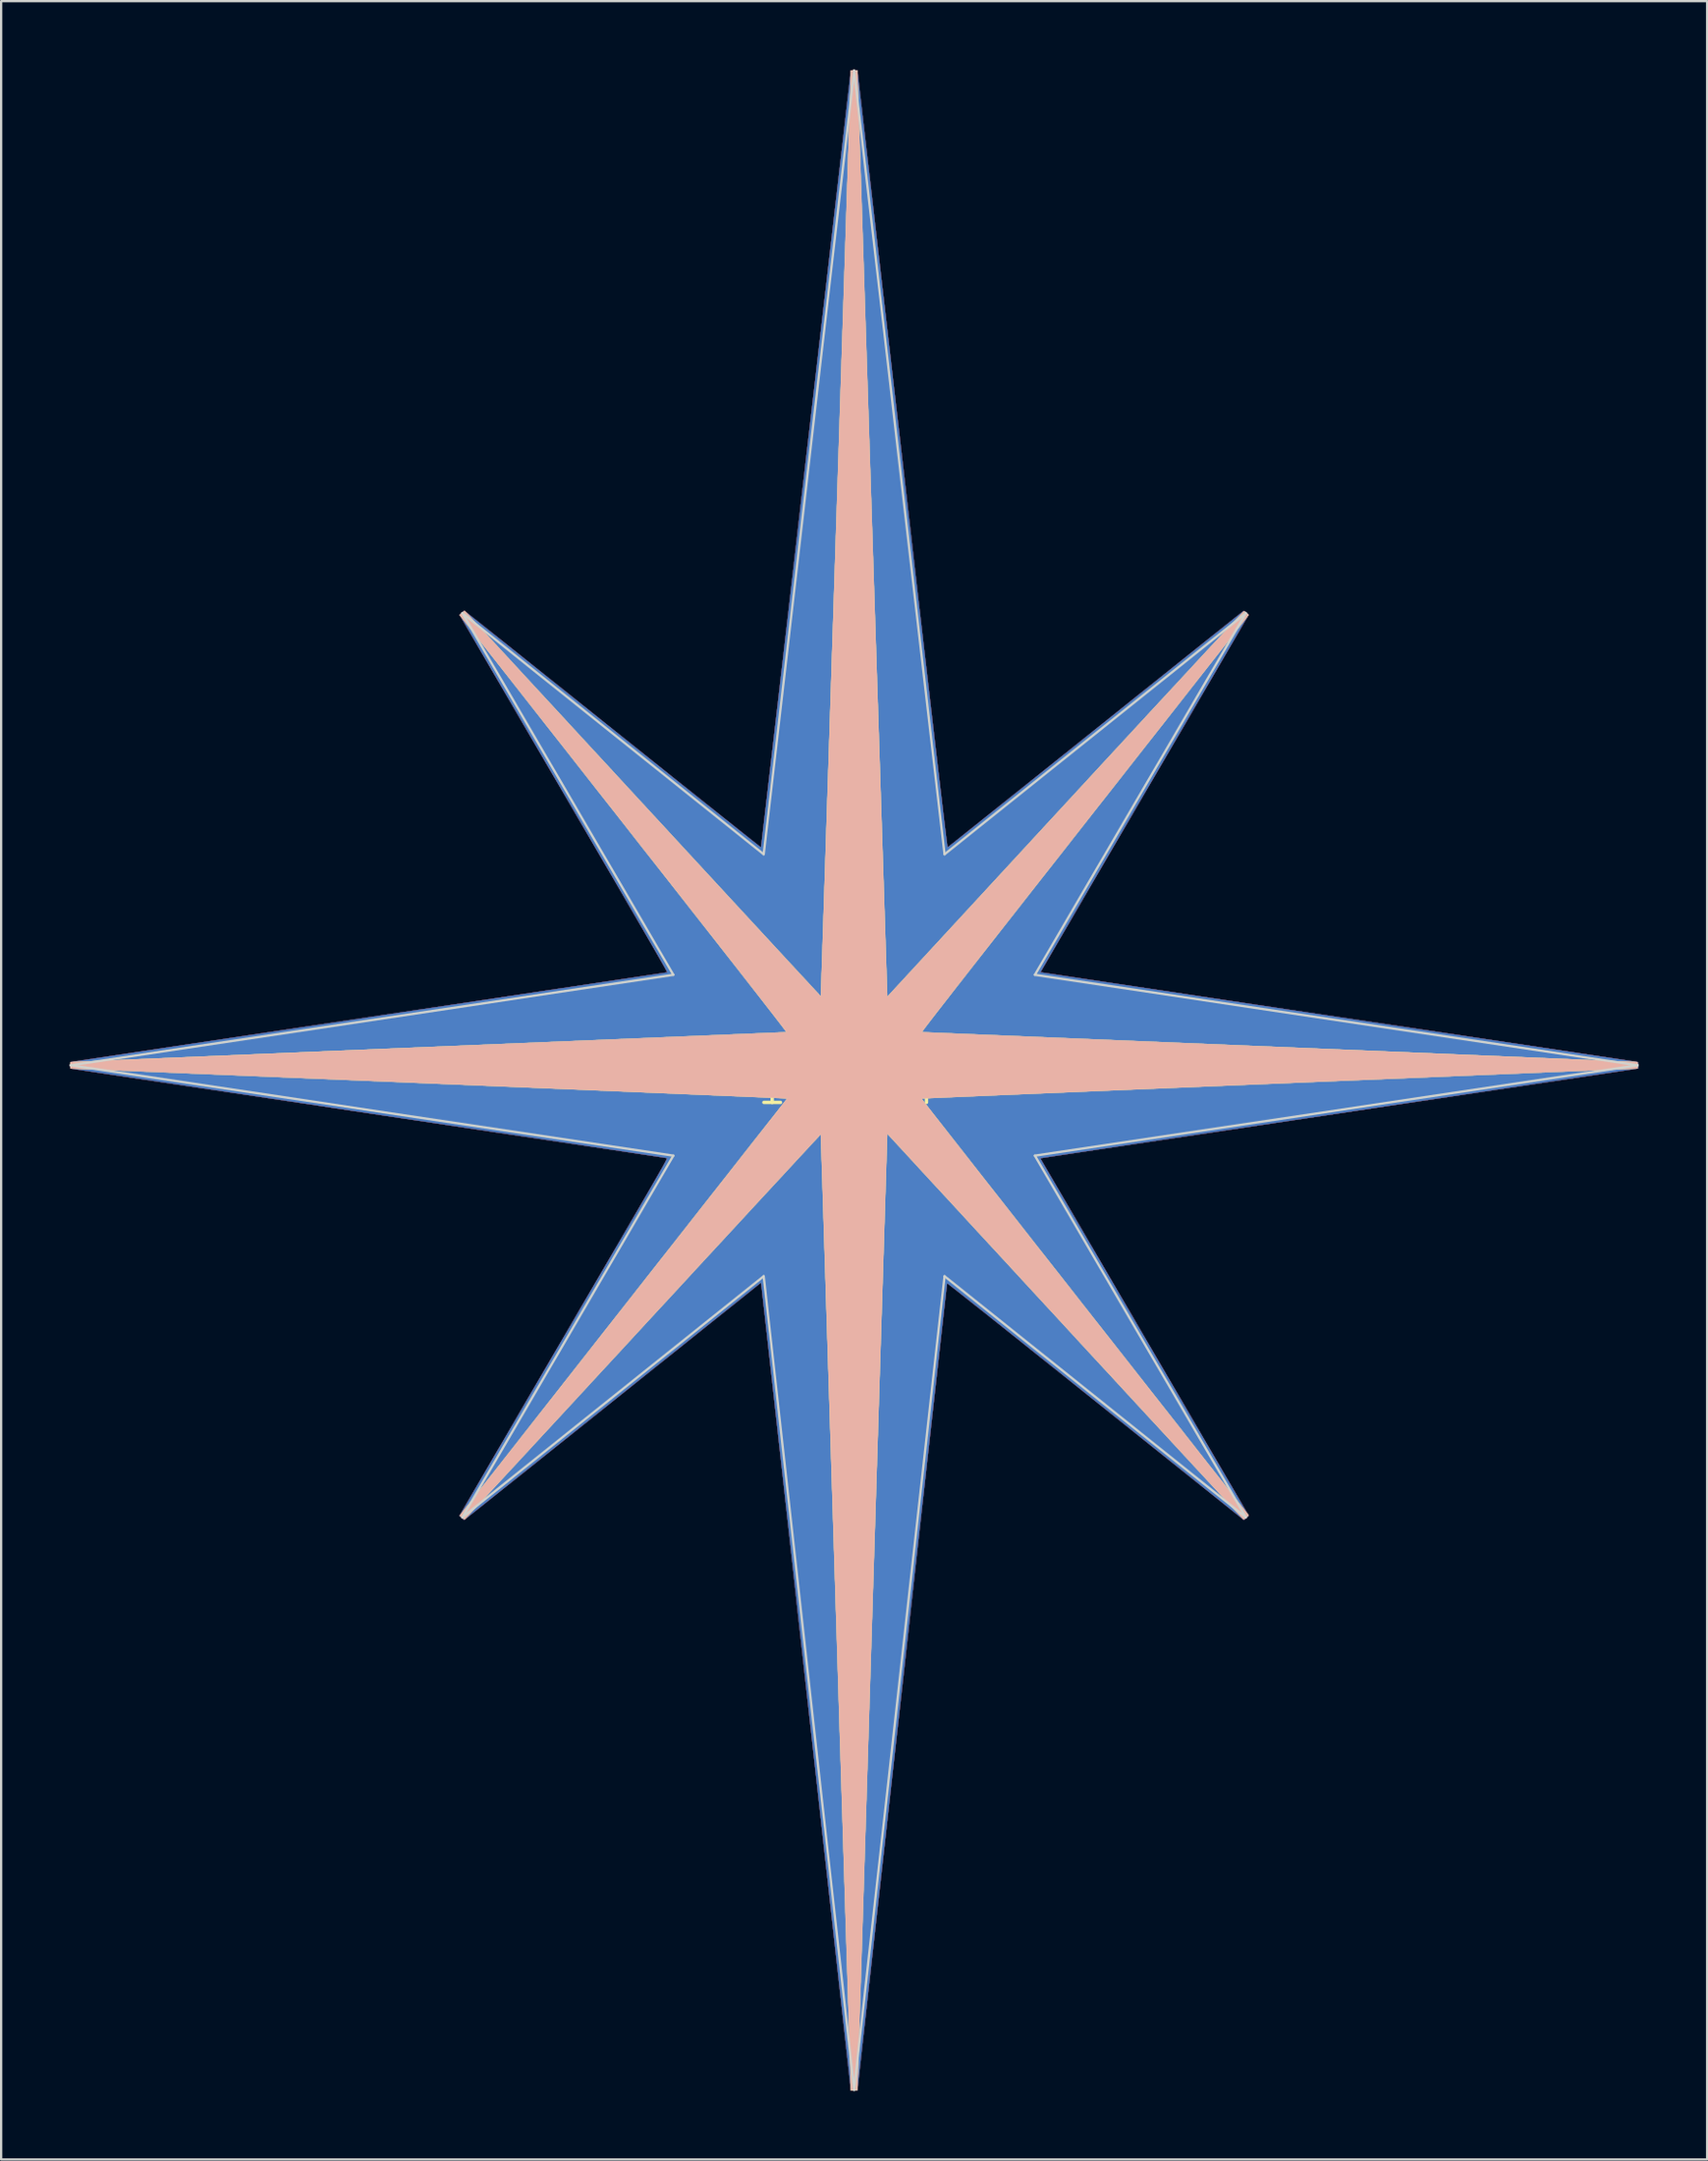
<source format=kicad_pcb>
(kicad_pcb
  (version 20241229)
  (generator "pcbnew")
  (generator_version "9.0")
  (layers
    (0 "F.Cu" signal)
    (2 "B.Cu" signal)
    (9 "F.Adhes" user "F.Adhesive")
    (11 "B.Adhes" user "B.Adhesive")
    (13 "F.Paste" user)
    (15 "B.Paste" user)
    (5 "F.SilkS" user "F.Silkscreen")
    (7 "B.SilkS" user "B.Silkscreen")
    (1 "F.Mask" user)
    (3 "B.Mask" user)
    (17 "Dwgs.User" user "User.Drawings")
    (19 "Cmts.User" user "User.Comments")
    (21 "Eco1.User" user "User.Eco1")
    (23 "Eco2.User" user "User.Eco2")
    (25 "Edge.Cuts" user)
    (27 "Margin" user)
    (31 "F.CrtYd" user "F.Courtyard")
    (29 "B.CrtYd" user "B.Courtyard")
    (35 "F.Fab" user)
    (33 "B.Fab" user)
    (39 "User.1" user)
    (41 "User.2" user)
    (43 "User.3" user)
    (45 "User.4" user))
  (footprint "12-Star"
    (layer "F.Cu")
    (at 34.175 44.758)
    (property "Reference" "12-Star" (at 0 0 0) (layer "F.SilkS") (effects (font (size 1.27 1.27) (thickness 0.15))))
    (attr through_hole)
    (fp_poly (pts (xy 0.413 -44.725) (xy 2.381 -27.664) (xy 2.506 -26.576) (xy 2.627 -25.529) (xy 2.743 -24.523) (xy 2.855 -23.558) (xy 2.962 -22.632) (xy 3.064 -21.745) (xy 3.162 -20.898) (xy 3.256 -20.088) (xy 3.345 -19.316) (xy 3.431 -18.581) (xy 3.512 -17.883) (xy 3.588 -17.22) (xy 3.661 -16.593) (xy 3.73 -16.001) (xy 3.795 -15.443) (xy 3.856 -14.919) (xy 3.914 -14.428) (xy 3.967 -13.969) (xy 4.017 -13.543) (xy 4.064 -13.148) (xy 4.107 -12.784) (xy 4.146 -12.45) (xy 4.182 -12.146) (xy 4.215 -11.872) (xy 4.244 -11.626) (xy 4.271 -11.408) (xy 4.294 -11.218) (xy 4.314 -11.055) (xy 4.331 -10.919) (xy 4.345 -10.808) (xy 4.357 -10.723) (xy 4.365 -10.662) (xy 4.371 -10.626) (xy 4.374 -10.613) (xy 4.374 -10.613) (xy 4.392 -10.627) (xy 4.443 -10.667) (xy 4.523 -10.731) (xy 4.634 -10.818) (xy 4.773 -10.929) (xy 4.94 -11.061) (xy 5.132 -11.215) (xy 5.35 -11.389) (xy 5.593 -11.582) (xy 5.858 -11.793) (xy 6.144 -12.022) (xy 6.452 -12.268) (xy 6.779 -12.529) (xy 7.124 -12.805) (xy 7.487 -13.095) (xy 7.866 -13.397) (xy 8.26 -13.712) (xy 8.668 -14.038) (xy 9.088 -14.375) (xy 9.521 -14.72) (xy 9.964 -15.074) (xy 10.416 -15.436) (xy 10.856 -15.788) (xy 11.316 -16.156) (xy 11.768 -16.518) (xy 12.211 -16.872) (xy 12.643 -17.218) (xy 13.064 -17.554) (xy 13.472 -17.88) (xy 13.865 -18.195) (xy 14.244 -18.498) (xy 14.607 -18.788) (xy 14.952 -19.064) (xy 15.279 -19.325) (xy 15.586 -19.57) (xy 15.873 -19.799) (xy 16.138 -20.011) (xy 16.38 -20.204) (xy 16.597 -20.378) (xy 16.79 -20.531) (xy 16.956 -20.664) (xy 17.095 -20.774) (xy 17.205 -20.862) (xy 17.286 -20.926) (xy 17.335 -20.965) (xy 17.353 -20.979) (xy 17.38 -20.989) (xy 17.411 -20.982) (xy 17.455 -20.952) (xy 17.491 -20.922) (xy 17.543 -20.877) (xy 17.579 -20.842) (xy 17.59 -20.828) (xy 17.579 -20.809) (xy 17.548 -20.755) (xy 17.497 -20.666) (xy 17.426 -20.545) (xy 17.337 -20.392) (xy 17.23 -20.208) (xy 17.106 -19.994) (xy 16.966 -19.752) (xy 16.809 -19.484) (xy 16.638 -19.189) (xy 16.452 -18.87) (xy 16.252 -18.527) (xy 16.039 -18.161) (xy 15.814 -17.775) (xy 15.577 -17.368) (xy 15.329 -16.943) (xy 15.071 -16.5) (xy 14.804 -16.041) (xy 14.527 -15.567) (xy 14.242 -15.078) (xy 13.95 -14.577) (xy 13.65 -14.063) (xy 13.345 -13.54) (xy 13.034 -13.007) (xy 13.017 -12.977) (xy 12.706 -12.444) (xy 12.4 -11.919) (xy 12.1 -11.406) (xy 11.808 -10.904) (xy 11.523 -10.415) (xy 11.246 -9.94) (xy 10.978 -9.48) (xy 10.719 -9.036) (xy 10.471 -8.61) (xy 10.234 -8.203) (xy 10.008 -7.815) (xy 9.795 -7.449) (xy 9.595 -7.105) (xy 9.408 -6.785) (xy 9.236 -6.489) (xy 9.079 -6.219) (xy 8.938 -5.976) (xy 8.814 -5.762) (xy 8.706 -5.576) (xy 8.616 -5.422) (xy 8.545 -5.299) (xy 8.493 -5.209) (xy 8.461 -5.153) (xy 8.45 -5.132) (xy 8.45 -5.132) (xy 8.471 -5.129) (xy 8.533 -5.119) (xy 8.634 -5.104) (xy 8.774 -5.083) (xy 8.952 -5.056) (xy 9.165 -5.024) (xy 9.414 -4.986) (xy 9.697 -4.943) (xy 10.013 -4.896) (xy 10.36 -4.843) (xy 10.738 -4.787) (xy 11.146 -4.725) (xy 11.582 -4.66) (xy 12.045 -4.59) (xy 12.535 -4.516) (xy 13.049 -4.439) (xy 13.588 -4.358) (xy 14.149 -4.274) (xy 14.732 -4.186) (xy 15.336 -4.095) (xy 15.959 -4.002) (xy 16.601 -3.906) (xy 17.259 -3.807) (xy 17.934 -3.705) (xy 18.624 -3.602) (xy 19.327 -3.496) (xy 20.044 -3.389) (xy 20.772 -3.28) (xy 21.51 -3.169) (xy 21.569 -3.16) (xy 34.682 -1.193) (xy 34.688 -1.054) (xy 34.694 -0.915) (xy 34.624 -0.903) (xy 34.6 -0.899) (xy 34.534 -0.889) (xy 34.429 -0.873) (xy 34.286 -0.851) (xy 34.105 -0.824) (xy 33.888 -0.791) (xy 33.636 -0.753) (xy 33.349 -0.711) (xy 33.031 -0.663) (xy 32.68 -0.61) (xy 32.299 -0.553) (xy 31.888 -0.491) (xy 31.45 -0.425) (xy 30.984 -0.355) (xy 30.492 -0.282) (xy 29.975 -0.204) (xy 29.435 -0.123) (xy 28.872 -0.039) (xy 28.287 0.049) (xy 27.682 0.14) (xy 27.058 0.233) (xy 26.416 0.33) (xy 25.756 0.429) (xy 25.081 0.53) (xy 24.392 0.633) (xy 23.689 0.739) (xy 22.973 0.846) (xy 22.246 0.955) (xy 21.558 1.058) (xy 20.822 1.168) (xy 20.096 1.277) (xy 19.381 1.384) (xy 18.679 1.49) (xy 17.99 1.593) (xy 17.317 1.694) (xy 16.659 1.793) (xy 16.018 1.889) (xy 15.396 1.982) (xy 14.792 2.073) (xy 14.209 2.16) (xy 13.648 2.245) (xy 13.109 2.326) (xy 12.595 2.403) (xy 12.105 2.477) (xy 11.641 2.547) (xy 11.205 2.612) (xy 10.797 2.674) (xy 10.418 2.731) (xy 10.07 2.783) (xy 9.754 2.831) (xy 9.471 2.874) (xy 9.221 2.912) (xy 9.007 2.944) (xy 8.829 2.971) (xy 8.689 2.993) (xy 8.587 3.008) (xy 8.524 3.018) (xy 8.503 3.021) (xy 8.444 3.037) (xy 13.018 10.877) (xy 17.591 18.717) (xy 17.543 18.769) (xy 17.488 18.821) (xy 17.437 18.862) (xy 17.38 18.903) (xy 10.87 13.695) (xy 10.371 13.296) (xy 9.885 12.908) (xy 9.414 12.531) (xy 8.957 12.167) (xy 8.516 11.815) (xy 8.092 11.476) (xy 7.686 11.152) (xy 7.298 10.843) (xy 6.93 10.55) (xy 6.582 10.273) (xy 6.256 10.014) (xy 5.953 9.772) (xy 5.672 9.55) (xy 5.416 9.347) (xy 5.185 9.164) (xy 4.98 9.002) (xy 4.803 8.862) (xy 4.653 8.745) (xy 4.532 8.651) (xy 4.441 8.58) (xy 4.381 8.535) (xy 4.353 8.515) (xy 4.351 8.514) (xy 4.348 8.536) (xy 4.341 8.599) (xy 4.329 8.703) (xy 4.313 8.845) (xy 4.293 9.026) (xy 4.268 9.244) (xy 4.24 9.498) (xy 4.208 9.788) (xy 4.171 10.112) (xy 4.132 10.469) (xy 4.088 10.858) (xy 4.041 11.279) (xy 3.991 11.73) (xy 3.937 12.211) (xy 3.881 12.72) (xy 3.821 13.256) (xy 3.758 13.819) (xy 3.693 14.408) (xy 3.625 15.021) (xy 3.554 15.658) (xy 3.48 16.317) (xy 3.405 16.998) (xy 3.327 17.7) (xy 3.246 18.421) (xy 3.164 19.162) (xy 3.08 19.919) (xy 2.994 20.694) (xy 2.906 21.484) (xy 2.817 22.29) (xy 2.726 23.109) (xy 2.633 23.941) (xy 2.539 24.785) (xy 2.445 25.64) (xy 2.378 26.241) (xy 0.413 43.942) (xy 0.27 43.942) (xy 0.198 43.94) (xy 0.147 43.934) (xy 0.127 43.926) (xy 0.127 43.926) (xy 0.125 43.903) (xy 0.118 43.839) (xy 0.107 43.735) (xy 0.091 43.593) (xy 0.071 43.413) (xy 0.047 43.198) (xy 0.02 42.947) (xy -0.012 42.663) (xy -0.047 42.346) (xy -0.085 41.997) (xy -0.127 41.619) (xy -0.172 41.211) (xy -0.221 40.776) (xy -0.272 40.314) (xy -0.326 39.826) (xy -0.383 39.315) (xy -0.442 38.78) (xy -0.504 38.223) (xy -0.568 37.646) (xy -0.634 37.049) (xy -0.702 36.434) (xy -0.772 35.801) (xy -0.844 35.153) (xy -0.918 34.49) (xy -0.993 33.814) (xy -1.07 33.125) (xy -1.148 32.424) (xy -1.226 31.714) (xy -1.306 30.995) (xy -1.387 30.269) (xy -1.469 29.536) (xy -1.551 28.797) (xy -1.633 28.055) (xy -1.716 27.31) (xy -1.799 26.563) (xy -1.882 25.815) (xy -1.965 25.069) (xy -2.048 24.324) (xy -2.131 23.582) (xy -2.213 22.845) (xy -2.294 22.112) (xy -2.375 21.387) (xy -2.455 20.669) (xy -2.533 19.961) (xy -2.611 19.262) (xy -2.688 18.575) (xy -2.763 17.9) (xy -2.836 17.24) (xy -2.908 16.594) (xy -2.978 15.964) (xy -3.047 15.352) (xy -3.113 14.758) (xy -3.177 14.184) (xy -3.238 13.63) (xy -3.298 13.099) (xy -3.354 12.591) (xy -3.408 12.107) (xy -3.459 11.649) (xy -3.507 11.218) (xy -3.552 10.815) (xy -3.594 10.441) (xy -3.632 10.098) (xy -3.667 9.786) (xy -3.699 9.507) (xy -3.726 9.261) (xy -3.75 9.051) (xy -3.769 8.877) (xy -3.785 8.741) (xy -3.796 8.643) (xy -3.802 8.586) (xy -3.804 8.569) (xy -3.821 8.491) (xy -10.327 13.696) (xy -10.789 14.066) (xy -11.242 14.429) (xy -11.686 14.784) (xy -12.119 15.13) (xy -12.541 15.467) (xy -12.95 15.794) (xy -13.345 16.11) (xy -13.724 16.413) (xy -14.088 16.703) (xy -14.434 16.98) (xy -14.761 17.241) (xy -15.069 17.487) (xy -15.357 17.717) (xy -15.622 17.929) (xy -15.865 18.122) (xy -16.083 18.296) (xy -16.277 18.45) (xy -16.444 18.583) (xy -16.584 18.694) (xy -16.695 18.782) (xy -16.776 18.847) (xy -16.827 18.887) (xy -16.846 18.901) (xy -16.846 18.901) (xy -16.868 18.888) (xy -16.911 18.854) (xy -16.954 18.817) (xy -17.048 18.734) (xy -17.003 18.643) (xy -16.989 18.619) (xy -16.955 18.559) (xy -16.9 18.465) (xy -16.827 18.339) (xy -16.735 18.18) (xy -16.625 17.991) (xy -16.498 17.773) (xy -16.354 17.526) (xy -16.195 17.253) (xy -16.021 16.954) (xy -15.833 16.63) (xy -15.631 16.283) (xy -15.416 15.914) (xy -15.188 15.525) (xy -14.95 15.115) (xy -14.7 14.687) (xy -14.441 14.242) (xy -14.172 13.781) (xy -13.894 13.305) (xy -13.608 12.815) (xy -13.315 12.313) (xy -13.016 11.8) (xy -12.71 11.276) (xy -12.429 10.795) (xy -12.059 10.161) (xy -11.71 9.562) (xy -11.381 8.998) (xy -11.071 8.467) (xy -10.78 7.969) (xy -10.508 7.502) (xy -10.254 7.066) (xy -10.016 6.659) (xy -9.796 6.28) (xy -9.591 5.929) (xy -9.402 5.604) (xy -9.227 5.304) (xy -9.067 5.028) (xy -8.921 4.776) (xy -8.787 4.546) (xy -8.667 4.337) (xy -8.558 4.148) (xy -8.46 3.978) (xy -8.373 3.826) (xy -8.296 3.692) (xy -8.229 3.573) (xy -8.17 3.47) (xy -8.12 3.38) (xy -8.078 3.304) (xy -8.043 3.239) (xy -8.014 3.185) (xy -7.992 3.141) (xy -7.975 3.106) (xy -7.962 3.079) (xy -7.954 3.058) (xy -7.95 3.044) (xy -7.948 3.034) (xy -7.949 3.027) (xy -7.952 3.024) (xy -7.956 3.022) (xy -7.957 3.022) (xy -7.981 3.018) (xy -8.045 3.008) (xy -8.149 2.992) (xy -8.292 2.97) (xy -8.472 2.943) (xy -8.688 2.91) (xy -8.94 2.872) (xy -9.225 2.829) (xy -9.543 2.781) (xy -9.893 2.728) (xy -10.273 2.67) (xy -10.683 2.609) (xy -11.121 2.543) (xy -11.586 2.473) (xy -12.077 2.399) (xy -12.594 2.321) (xy -13.133 2.24) (xy -13.696 2.155) (xy -14.28 2.068) (xy -14.884 1.977) (xy -15.508 1.883) (xy -16.15 1.787) (xy -16.809 1.688) (xy -17.483 1.587) (xy -18.173 1.483) (xy -18.876 1.378) (xy -19.591 1.271) (xy -20.318 1.162) (xy -21.008 1.058) (xy -21.744 0.948) (xy -22.471 0.839) (xy -23.185 0.732) (xy -23.888 0.626) (xy -24.576 0.523) (xy -25.25 0.422) (xy -25.908 0.323) (xy -26.55 0.227) (xy -27.172 0.134) (xy -27.776 0.043) (xy -28.359 -0.044) (xy -28.921 -0.128) (xy -29.46 -0.209) (xy -29.975 -0.287) (xy -30.465 -0.36) (xy -30.929 -0.43) (xy -31.366 -0.495) (xy -31.775 -0.557) (xy -32.154 -0.614) (xy -32.502 -0.666) (xy -32.819 -0.714) (xy -33.103 -0.756) (xy -33.353 -0.794) (xy -33.567 -0.826) (xy -33.746 -0.853) (xy -33.887 -0.874) (xy -33.989 -0.89) (xy -34.052 -0.899) (xy -34.074 -0.903) (xy -34.144 -0.915) (xy -34.137 -1.055) (xy -34.131 -1.194) (xy -21.05 -3.157) (xy -20.312 -3.268) (xy -19.583 -3.377) (xy -18.867 -3.485) (xy -18.162 -3.59) (xy -17.472 -3.694) (xy -16.796 -3.795) (xy -16.137 -3.894) (xy -15.494 -3.991) (xy -14.869 -4.085) (xy -14.264 -4.175) (xy -13.679 -4.263) (xy -13.116 -4.348) (xy -12.576 -4.429) (xy -12.059 -4.506) (xy -11.568 -4.58) (xy -11.102 -4.65) (xy -10.664 -4.716) (xy -10.253 -4.778) (xy -9.873 -4.835) (xy -9.523 -4.887) (xy -9.204 -4.935) (xy -8.919 -4.978) (xy -8.667 -5.016) (xy -8.451 -5.048) (xy -8.27 -5.076) (xy -8.127 -5.097) (xy -8.023 -5.113) (xy -7.958 -5.123) (xy -7.933 -5.126) (xy -7.933 -5.126) (xy -7.935 -5.135) (xy -7.946 -5.159) (xy -7.967 -5.2) (xy -7.998 -5.258) (xy -8.04 -5.335) (xy -8.094 -5.432) (xy -8.159 -5.548) (xy -8.237 -5.685) (xy -8.327 -5.843) (xy -8.431 -6.024) (xy -8.548 -6.228) (xy -8.68 -6.456) (xy -8.826 -6.71) (xy -8.987 -6.988) (xy -9.164 -7.293) (xy -9.357 -7.626) (xy -9.567 -7.987) (xy -9.793 -8.376) (xy -10.037 -8.795) (xy -10.298 -9.245) (xy -10.579 -9.726) (xy -10.878 -10.239) (xy -11.196 -10.785) (xy -11.534 -11.365) (xy -11.892 -11.979) (xy -12.271 -12.628) (xy -12.449 -12.933) (xy -12.759 -13.465) (xy -13.065 -13.989) (xy -13.364 -14.502) (xy -13.657 -15.003) (xy -13.942 -15.492) (xy -14.219 -15.967) (xy -14.487 -16.427) (xy -14.746 -16.871) (xy -14.995 -17.297) (xy -15.232 -17.705) (xy -15.458 -18.093) (xy -15.672 -18.459) (xy -15.873 -18.804) (xy -16.06 -19.125) (xy -16.233 -19.421) (xy -16.39 -19.692) (xy -16.532 -19.935) (xy -16.657 -20.151) (xy -16.766 -20.337) (xy -16.856 -20.492) (xy -16.928 -20.616) (xy -16.98 -20.706) (xy -17.013 -20.762) (xy -17.024 -20.783) (xy -17.035 -20.814) (xy -17.028 -20.842) (xy -16.998 -20.876) (xy -16.954 -20.916) (xy -16.9 -20.959) (xy -16.858 -20.989) (xy -16.841 -20.997) (xy -16.823 -20.984) (xy -16.773 -20.946) (xy -16.693 -20.882) (xy -16.583 -20.795) (xy -16.444 -20.685) (xy -16.278 -20.553) (xy -16.086 -20.4) (xy -15.868 -20.227) (xy -15.626 -20.034) (xy -15.362 -19.823) (xy -15.075 -19.595) (xy -14.768 -19.35) (xy -14.441 -19.089) (xy -14.096 -18.813) (xy -13.733 -18.524) (xy -13.354 -18.221) (xy -12.96 -17.906) (xy -12.552 -17.58) (xy -12.13 -17.243) (xy -11.698 -16.897) (xy -11.254 -16.543) (xy -10.801 -16.18) (xy -10.34 -15.811) (xy -10.325 -15.799) (xy -9.863 -15.43) (xy -9.41 -15.068) (xy -8.966 -14.713) (xy -8.533 -14.367) (xy -8.112 -14.031) (xy -7.704 -13.704) (xy -7.31 -13.389) (xy -6.93 -13.087) (xy -6.567 -12.797) (xy -6.222 -12.521) (xy -5.895 -12.261) (xy -5.587 -12.015) (xy -5.3 -11.787) (xy -5.035 -11.576) (xy -4.793 -11.383) (xy -4.575 -11.21) (xy -4.382 -11.057) (xy -4.216 -10.925) (xy -4.076 -10.815) (xy -3.966 -10.728) (xy -3.885 -10.664) (xy -3.835 -10.626) (xy -3.816 -10.612) (xy -3.816 -10.612) (xy -3.814 -10.633) (xy -3.806 -10.695) (xy -3.794 -10.797) (xy -3.778 -10.937) (xy -3.757 -11.115) (xy -3.732 -11.328) (xy -3.703 -11.576) (xy -3.67 -11.858) (xy -3.633 -12.172) (xy -3.593 -12.517) (xy -3.55 -12.893) (xy -3.503 -13.297) (xy -3.453 -13.729) (xy -3.399 -14.187) (xy -3.343 -14.67) (xy -3.285 -15.177) (xy -3.223 -15.707) (xy -3.159 -16.259) (xy -3.093 -16.831) (xy -3.024 -17.422) (xy -2.954 -18.031) (xy -2.881 -18.656) (xy -2.807 -19.298) (xy -2.731 -19.953) (xy -2.654 -20.622) (xy -2.575 -21.302) (xy -2.495 -21.993) (xy -2.414 -22.694) (xy -2.332 -23.403) (xy -2.249 -24.119) (xy -2.166 -24.841) (xy -2.081 -25.567) (xy -1.997 -26.297) (xy -1.912 -27.029) (xy -1.828 -27.763) (xy -1.743 -28.496) (xy -1.658 -29.227) (xy -1.574 -29.957) (xy -1.49 -30.682) (xy -1.407 -31.402) (xy -1.324 -32.116) (xy -1.243 -32.823) (xy -1.162 -33.521) (xy -1.082 -34.21) (xy -1.004 -34.887) (xy -0.927 -35.552) (xy -0.852 -36.204) (xy -0.779 -36.841) (xy -0.707 -37.462) (xy -0.637 -38.066) (xy -0.57 -38.652) (xy -0.504 -39.218) (xy -0.441 -39.764) (xy -0.381 -40.287) (xy -0.323 -40.788) (xy -0.268 -41.265) (xy -0.216 -41.716) (xy -0.167 -42.14) (xy -0.122 -42.536) (xy -0.08 -42.903) (xy -0.041 -43.24) (xy -0.006 -43.545) (xy 0.026 -43.818) (xy 0.053 -44.057) (xy 0.076 -44.26) (xy 0.095 -44.427) (xy 0.11 -44.557) (xy 0.12 -44.647) (xy 0.126 -44.698) (xy 0.127 -44.709) (xy 0.146 -44.717) (xy 0.197 -44.723) (xy 0.268 -44.725) (xy 0.27 -44.725) (xy 0.413 -44.725)) (stroke (width 0.01) (type solid)) (fill yes) (layer "F.Cu"))
    (fp_poly (pts (xy 0.413 -44.725) (xy 2.381 -27.664) (xy 2.506 -26.576) (xy 2.627 -25.529) (xy 2.743 -24.523) (xy 2.855 -23.558) (xy 2.962 -22.632) (xy 3.064 -21.745) (xy 3.162 -20.898) (xy 3.256 -20.088) (xy 3.345 -19.316) (xy 3.431 -18.581) (xy 3.512 -17.883) (xy 3.588 -17.22) (xy 3.661 -16.593) (xy 3.73 -16.001) (xy 3.795 -15.443) (xy 3.856 -14.919) (xy 3.914 -14.428) (xy 3.967 -13.969) (xy 4.017 -13.543) (xy 4.064 -13.148) (xy 4.107 -12.784) (xy 4.146 -12.45) (xy 4.182 -12.146) (xy 4.215 -11.872) (xy 4.244 -11.626) (xy 4.271 -11.408) (xy 4.294 -11.218) (xy 4.314 -11.055) (xy 4.331 -10.919) (xy 4.345 -10.808) (xy 4.357 -10.723) (xy 4.365 -10.662) (xy 4.371 -10.626) (xy 4.374 -10.613) (xy 4.374 -10.613) (xy 4.392 -10.627) (xy 4.443 -10.667) (xy 4.523 -10.731) (xy 4.634 -10.818) (xy 4.773 -10.929) (xy 4.94 -11.061) (xy 5.132 -11.215) (xy 5.35 -11.389) (xy 5.593 -11.582) (xy 5.858 -11.793) (xy 6.144 -12.022) (xy 6.452 -12.268) (xy 6.779 -12.529) (xy 7.124 -12.805) (xy 7.487 -13.095) (xy 7.866 -13.397) (xy 8.26 -13.712) (xy 8.668 -14.038) (xy 9.088 -14.375) (xy 9.521 -14.72) (xy 9.964 -15.074) (xy 10.416 -15.436) (xy 10.856 -15.788) (xy 11.316 -16.156) (xy 11.768 -16.518) (xy 12.211 -16.872) (xy 12.643 -17.218) (xy 13.064 -17.554) (xy 13.471 -17.88) (xy 13.865 -18.195) (xy 14.244 -18.498) (xy 14.607 -18.788) (xy 14.952 -19.063) (xy 15.279 -19.325) (xy 15.586 -19.57) (xy 15.872 -19.799) (xy 16.137 -20.01) (xy 16.379 -20.203) (xy 16.597 -20.377) (xy 16.789 -20.531) (xy 16.955 -20.663) (xy 17.094 -20.774) (xy 17.204 -20.861) (xy 17.284 -20.925) (xy 17.334 -20.964) (xy 17.351 -20.978) (xy 17.382 -20.989) (xy 17.414 -20.976) (xy 17.453 -20.94) (xy 17.503 -20.895) (xy 17.547 -20.861) (xy 17.555 -20.856) (xy 17.581 -20.835) (xy 17.578 -20.805) (xy 17.567 -20.783) (xy 17.555 -20.762) (xy 17.522 -20.705) (xy 17.469 -20.614) (xy 17.397 -20.49) (xy 17.306 -20.334) (xy 17.197 -20.147) (xy 17.072 -19.932) (xy 16.929 -19.687) (xy 16.771 -19.416) (xy 16.598 -19.12) (xy 16.411 -18.798) (xy 16.21 -18.453) (xy 15.996 -18.086) (xy 15.77 -17.698) (xy 15.532 -17.29) (xy 15.283 -16.863) (xy 15.024 -16.419) (xy 14.756 -15.959) (xy 14.479 -15.484) (xy 14.193 -14.995) (xy 13.901 -14.493) (xy 13.601 -13.979) (xy 13.296 -13.456) (xy 12.992 -12.935) (xy 12.682 -12.403) (xy 12.377 -11.881) (xy 12.079 -11.369) (xy 11.787 -10.868) (xy 11.502 -10.38) (xy 11.226 -9.907) (xy 10.959 -9.448) (xy 10.702 -9.006) (xy 10.454 -8.582) (xy 10.218 -8.176) (xy 9.993 -7.79) (xy 9.781 -7.426) (xy 9.582 -7.083) (xy 9.397 -6.765) (xy 9.226 -6.471) (xy 9.07 -6.203) (xy 8.93 -5.962) (xy 8.806 -5.749) (xy 8.7 -5.566) (xy 8.611 -5.413) (xy 8.541 -5.292) (xy 8.491 -5.204) (xy 8.46 -5.151) (xy 8.45 -5.132) (xy 8.471 -5.129) (xy 8.533 -5.119) (xy 8.634 -5.104) (xy 8.774 -5.083) (xy 8.952 -5.056) (xy 9.165 -5.024) (xy 9.414 -4.986) (xy 9.697 -4.943) (xy 10.013 -4.896) (xy 10.36 -4.843) (xy 10.738 -4.787) (xy 11.146 -4.725) (xy 11.582 -4.66) (xy 12.045 -4.59) (xy 12.535 -4.516) (xy 13.049 -4.439) (xy 13.588 -4.358) (xy 14.149 -4.274) (xy 14.732 -4.186) (xy 15.336 -4.095) (xy 15.959 -4.002) (xy 16.601 -3.906) (xy 17.259 -3.807) (xy 17.934 -3.705) (xy 18.624 -3.602) (xy 19.327 -3.496) (xy 20.044 -3.389) (xy 20.772 -3.28) (xy 21.51 -3.169) (xy 21.569 -3.16) (xy 34.682 -1.193) (xy 34.688 -0.914) (xy 34.621 -0.902) (xy 34.597 -0.899) (xy 34.532 -0.889) (xy 34.427 -0.873) (xy 34.283 -0.851) (xy 34.103 -0.824) (xy 33.886 -0.791) (xy 33.634 -0.754) (xy 33.348 -0.711) (xy 33.029 -0.663) (xy 32.679 -0.61) (xy 32.298 -0.553) (xy 31.888 -0.491) (xy 31.449 -0.426) (xy 30.983 -0.356) (xy 30.491 -0.282) (xy 29.975 -0.205) (xy 29.434 -0.123) (xy 28.871 -0.039) (xy 28.287 0.049) (xy 27.682 0.139) (xy 27.058 0.233) (xy 26.416 0.329) (xy 25.757 0.428) (xy 25.082 0.529) (xy 24.392 0.633) (xy 23.689 0.738) (xy 22.973 0.845) (xy 22.247 0.954) (xy 21.558 1.057) (xy 20.822 1.168) (xy 20.096 1.277) (xy 19.381 1.384) (xy 18.679 1.489) (xy 17.99 1.592) (xy 17.317 1.694) (xy 16.659 1.792) (xy 16.018 1.889) (xy 15.396 1.982) (xy 14.792 2.073) (xy 14.209 2.16) (xy 13.648 2.245) (xy 13.109 2.326) (xy 12.595 2.403) (xy 12.105 2.477) (xy 11.641 2.546) (xy 11.205 2.612) (xy 10.797 2.674) (xy 10.418 2.731) (xy 10.07 2.783) (xy 9.754 2.831) (xy 9.471 2.874) (xy 9.221 2.911) (xy 9.007 2.944) (xy 8.829 2.971) (xy 8.689 2.992) (xy 8.587 3.008) (xy 8.524 3.018) (xy 8.503 3.021) (xy 8.444 3.037) (xy 13.018 10.878) (xy 13.329 11.411) (xy 13.635 11.935) (xy 13.934 12.449) (xy 14.227 12.951) (xy 14.512 13.441) (xy 14.788 13.916) (xy 15.056 14.376) (xy 15.314 14.82) (xy 15.562 15.247) (xy 15.799 15.654) (xy 16.024 16.042) (xy 16.237 16.409) (xy 16.437 16.753) (xy 16.623 17.074) (xy 16.794 17.37) (xy 16.951 17.641) (xy 17.091 17.884) (xy 17.215 18.099) (xy 17.322 18.285) (xy 17.411 18.441) (xy 17.482 18.564) (xy 17.533 18.655) (xy 17.564 18.711) (xy 17.575 18.733) (xy 17.575 18.733) (xy 17.55 18.754) (xy 17.506 18.794) (xy 17.469 18.826) (xy 17.381 18.904) (xy 10.87 13.696) (xy 10.371 13.297) (xy 9.886 12.909) (xy 9.414 12.532) (xy 8.958 12.167) (xy 8.517 11.815) (xy 8.093 11.476) (xy 7.686 11.152) (xy 7.298 10.843) (xy 6.93 10.55) (xy 6.583 10.273) (xy 6.257 10.014) (xy 5.953 9.773) (xy 5.672 9.55) (xy 5.416 9.347) (xy 5.185 9.164) (xy 4.981 9.002) (xy 4.803 8.862) (xy 4.653 8.745) (xy 4.532 8.651) (xy 4.442 8.58) (xy 4.381 8.535) (xy 4.353 8.515) (xy 4.351 8.514) (xy 4.348 8.536) (xy 4.341 8.599) (xy 4.329 8.703) (xy 4.313 8.845) (xy 4.293 9.026) (xy 4.268 9.244) (xy 4.24 9.498) (xy 4.208 9.788) (xy 4.171 10.112) (xy 4.132 10.469) (xy 4.088 10.858) (xy 4.041 11.279) (xy 3.991 11.73) (xy 3.937 12.211) (xy 3.881 12.72) (xy 3.821 13.256) (xy 3.758 13.819) (xy 3.693 14.408) (xy 3.625 15.021) (xy 3.554 15.658) (xy 3.48 16.317) (xy 3.405 16.998) (xy 3.327 17.7) (xy 3.246 18.421) (xy 3.164 19.162) (xy 3.08 19.919) (xy 2.994 20.694) (xy 2.906 21.484) (xy 2.817 22.29) (xy 2.726 23.109) (xy 2.633 23.941) (xy 2.539 24.785) (xy 2.445 25.64) (xy 2.378 26.241) (xy 0.413 43.942) (xy 0.27 43.942) (xy 0.198 43.94) (xy 0.147 43.934) (xy 0.127 43.926) (xy 0.127 43.926) (xy 0.125 43.903) (xy 0.118 43.839) (xy 0.107 43.735) (xy 0.091 43.593) (xy 0.071 43.413) (xy 0.047 43.198) (xy 0.02 42.947) (xy -0.012 42.663) (xy -0.047 42.346) (xy -0.085 41.997) (xy -0.127 41.619) (xy -0.172 41.211) (xy -0.221 40.776) (xy -0.272 40.314) (xy -0.326 39.826) (xy -0.383 39.315) (xy -0.442 38.78) (xy -0.504 38.223) (xy -0.568 37.646) (xy -0.634 37.049) (xy -0.702 36.434) (xy -0.772 35.801) (xy -0.844 35.153) (xy -0.918 34.49) (xy -0.993 33.813) (xy -1.07 33.125) (xy -1.148 32.424) (xy -1.226 31.714) (xy -1.306 30.995) (xy -1.387 30.269) (xy -1.469 29.536) (xy -1.551 28.797) (xy -1.633 28.055) (xy -1.716 27.31) (xy -1.799 26.563) (xy -1.882 25.815) (xy -1.965 25.069) (xy -2.048 24.324) (xy -2.131 23.582) (xy -2.213 22.844) (xy -2.294 22.112) (xy -2.375 21.387) (xy -2.455 20.669) (xy -2.533 19.961) (xy -2.611 19.262) (xy -2.688 18.575) (xy -2.763 17.9) (xy -2.836 17.24) (xy -2.908 16.594) (xy -2.978 15.964) (xy -3.047 15.352) (xy -3.113 14.758) (xy -3.177 14.184) (xy -3.238 13.63) (xy -3.298 13.099) (xy -3.354 12.591) (xy -3.408 12.107) (xy -3.459 11.649) (xy -3.507 11.218) (xy -3.552 10.815) (xy -3.594 10.441) (xy -3.632 10.098) (xy -3.667 9.786) (xy -3.699 9.507) (xy -3.726 9.261) (xy -3.75 9.051) (xy -3.769 8.877) (xy -3.785 8.741) (xy -3.796 8.643) (xy -3.802 8.586) (xy -3.804 8.569) (xy -3.821 8.491) (xy -10.287 13.666) (xy -10.748 14.035) (xy -11.2 14.397) (xy -11.644 14.752) (xy -12.076 15.098) (xy -12.497 15.435) (xy -12.906 15.762) (xy -13.3 16.077) (xy -13.68 16.381) (xy -14.043 16.671) (xy -14.389 16.948) (xy -14.716 17.21) (xy -15.025 17.456) (xy -15.312 17.686) (xy -15.577 17.898) (xy -15.82 18.092) (xy -16.039 18.267) (xy -16.232 18.421) (xy -16.399 18.555) (xy -16.539 18.666) (xy -16.65 18.754) (xy -16.732 18.819) (xy -16.782 18.859) (xy -16.801 18.874) (xy -16.833 18.892) (xy -16.859 18.887) (xy -16.892 18.854) (xy -16.902 18.842) (xy -16.948 18.796) (xy -16.991 18.767) (xy -16.998 18.764) (xy -17.032 18.742) (xy -17.039 18.725) (xy -17.029 18.705) (xy -16.997 18.65) (xy -16.946 18.561) (xy -16.876 18.438) (xy -16.787 18.284) (xy -16.68 18.099) (xy -16.556 17.885) (xy -16.415 17.642) (xy -16.259 17.373) (xy -16.087 17.077) (xy -15.901 16.757) (xy -15.701 16.414) (xy -15.488 16.048) (xy -15.263 15.661) (xy -15.026 15.254) (xy -14.779 14.828) (xy -14.52 14.385) (xy -14.253 13.925) (xy -13.976 13.45) (xy -13.691 12.961) (xy -13.399 12.46) (xy -13.099 11.946) (xy -12.794 11.423) (xy -12.483 10.89) (xy -12.471 10.868) (xy -12.099 10.231) (xy -11.748 9.629) (xy -11.417 9.062) (xy -11.105 8.528) (xy -10.813 8.027) (xy -10.539 7.557) (xy -10.283 7.118) (xy -10.044 6.708) (xy -9.822 6.326) (xy -9.615 5.972) (xy -9.425 5.644) (xy -9.249 5.341) (xy -9.087 5.063) (xy -8.939 4.808) (xy -8.804 4.575) (xy -8.682 4.364) (xy -8.572 4.173) (xy -8.473 4.001) (xy -8.384 3.847) (xy -8.306 3.71) (xy -8.238 3.589) (xy -8.178 3.484) (xy -8.127 3.392) (xy -8.084 3.314) (xy -8.048 3.248) (xy -8.018 3.192) (xy -7.995 3.147) (xy -7.977 3.111) (xy -7.964 3.083) (xy -7.955 3.061) (xy -7.95 3.046) (xy -7.948 3.035) (xy -7.949 3.028) (xy -7.951 3.024) (xy -7.955 3.022) (xy -7.957 3.022) (xy -7.981 3.018) (xy -8.045 3.008) (xy -8.149 2.992) (xy -8.292 2.97) (xy -8.472 2.943) (xy -8.688 2.91) (xy -8.94 2.872) (xy -9.225 2.829) (xy -9.543 2.781) (xy -9.892 2.728) (xy -10.273 2.671) (xy -10.682 2.609) (xy -11.12 2.543) (xy -11.585 2.473) (xy -12.076 2.399) (xy -12.592 2.322) (xy -13.131 2.241) (xy -13.693 2.156) (xy -14.277 2.068) (xy -14.881 1.978) (xy -15.504 1.884) (xy -16.145 1.788) (xy -16.803 1.689) (xy -17.477 1.588) (xy -18.166 1.485) (xy -18.868 1.38) (xy -19.582 1.272) (xy -20.308 1.164) (xy -20.944 1.068) (xy -21.68 0.958) (xy -22.405 0.849) (xy -23.118 0.742) (xy -23.82 0.637) (xy -24.508 0.534) (xy -25.182 0.433) (xy -25.839 0.335) (xy -26.48 0.238) (xy -27.103 0.145) (xy -27.707 0.055) (xy -28.29 -0.033) (xy -28.852 -0.117) (xy -29.391 -0.198) (xy -29.907 -0.275) (xy -30.397 -0.349) (xy -30.862 -0.419) (xy -31.299 -0.484) (xy -31.708 -0.546) (xy -32.088 -0.603) (xy -32.437 -0.655) (xy -32.754 -0.703) (xy -33.038 -0.746) (xy -33.288 -0.783) (xy -33.503 -0.816) (xy -33.682 -0.843) (xy -33.823 -0.864) (xy -33.926 -0.879) (xy -33.989 -0.889) (xy -34.01 -0.892) (xy -34.144 -0.915) (xy -34.138 -1.053) (xy -32.482 -1.053) (xy -32.461 -1.051) (xy -32.4 -1.045) (xy -32.298 -1.035) (xy -32.158 -1.022) (xy -31.98 -1.006) (xy -31.765 -0.986) (xy -31.514 -0.963) (xy -31.229 -0.937) (xy -30.911 -0.907) (xy -30.561 -0.875) (xy -30.179 -0.84) (xy -29.767 -0.803) (xy -29.327 -0.762) (xy -28.858 -0.719) (xy -28.363 -0.674) (xy -27.842 -0.627) (xy -27.296 -0.577) (xy -26.727 -0.525) (xy -26.136 -0.471) (xy -25.523 -0.415) (xy -24.891 -0.357) (xy -24.239 -0.298) (xy -23.569 -0.237) (xy -22.883 -0.175) (xy -22.18 -0.111) (xy -21.463 -0.045) (xy -20.733 0.021) (xy -19.99 0.089) (xy -19.236 0.157) (xy -18.636 0.212) (xy -17.873 0.281) (xy -17.121 0.35) (xy -16.381 0.417) (xy -15.653 0.483) (xy -14.939 0.549) (xy -14.24 0.612) (xy -13.556 0.675) (xy -12.89 0.736) (xy -12.242 0.795) (xy -11.614 0.853) (xy -11.006 0.908) (xy -10.419 0.962) (xy -9.855 1.014) (xy -9.314 1.064) (xy -8.798 1.111) (xy -8.308 1.156) (xy -7.846 1.199) (xy -7.411 1.24) (xy -7.005 1.277) (xy -6.63 1.312) (xy -6.286 1.344) (xy -5.974 1.373) (xy -5.697 1.399) (xy -5.453 1.422) (xy -5.246 1.442) (xy -5.076 1.458) (xy -4.943 1.471) (xy -4.85 1.481) (xy -4.797 1.487) (xy -4.784 1.489) (xy -4.796 1.507) (xy -4.831 1.558) (xy -4.888 1.642) (xy -4.967 1.756) (xy -5.066 1.9) (xy -5.184 2.072) (xy -5.321 2.271) (xy -5.476 2.495) (xy -5.648 2.744) (xy -5.835 3.015) (xy -6.037 3.308) (xy -6.254 3.621) (xy -6.483 3.953) (xy -6.725 4.303) (xy -6.977 4.669) (xy -7.24 5.05) (xy -7.513 5.444) (xy -7.794 5.85) (xy -8.082 6.268) (xy -8.377 6.695) (xy -8.678 7.13) (xy -8.984 7.572) (xy -9.293 8.02) (xy -9.606 8.472) (xy -9.921 8.927) (xy -10.236 9.384) (xy -10.552 9.84) (xy -10.867 10.296) (xy -11.181 10.75) (xy -11.492 11.199) (xy -11.8 11.644) (xy -12.103 12.083) (xy -12.401 12.513) (xy -12.693 12.935) (xy -12.977 13.346) (xy -13.254 13.746) (xy -13.521 14.132) (xy -13.779 14.505) (xy -14.026 14.861) (xy -14.261 15.201) (xy -14.484 15.522) (xy -14.693 15.824) (xy -14.887 16.105) (xy -15.066 16.363) (xy -15.229 16.598) (xy -15.374 16.808) (xy -15.502 16.992) (xy -15.61 17.148) (xy -15.698 17.275) (xy -15.766 17.372) (xy -15.807 17.431) (xy -15.797 17.423) (xy -15.758 17.386) (xy -15.692 17.321) (xy -15.597 17.229) (xy -15.477 17.111) (xy -15.331 16.967) (xy -15.162 16.799) (xy -14.968 16.607) (xy -14.752 16.393) (xy -14.515 16.157) (xy -14.256 15.901) (xy -13.978 15.625) (xy -13.682 15.329) (xy -13.367 15.016) (xy -13.035 14.686) (xy -12.688 14.339) (xy -12.325 13.978) (xy -11.948 13.602) (xy -11.557 13.212) (xy -11.155 12.811) (xy -10.741 12.397) (xy -10.316 11.974) (xy -9.882 11.54) (xy -9.44 11.098) (xy -9.074 10.732) (xy -8.624 10.283) (xy -8.182 9.841) (xy -7.748 9.407) (xy -7.324 8.983) (xy -6.91 8.57) (xy -6.507 8.168) (xy -6.117 7.778) (xy -5.739 7.402) (xy -5.376 7.039) (xy -5.028 6.692) (xy -4.696 6.361) (xy -4.381 6.047) (xy -4.084 5.751) (xy -3.806 5.474) (xy -3.548 5.216) (xy -3.31 4.979) (xy -3.094 4.765) (xy -2.9 4.572) (xy -2.731 4.403) (xy -2.585 4.259) (xy -2.465 4.141) (xy -2.372 4.048) (xy -2.305 3.983) (xy -2.267 3.946) (xy -2.258 3.938) (xy -2.256 3.959) (xy -2.252 4.022) (xy -2.244 4.125) (xy -2.235 4.268) (xy -2.222 4.448) (xy -2.207 4.667) (xy -2.19 4.922) (xy -2.17 5.212) (xy -2.148 5.538) (xy -2.124 5.897) (xy -2.098 6.288) (xy -2.069 6.712) (xy -2.039 7.166) (xy -2.006 7.651) (xy -1.971 8.164) (xy -1.935 8.706) (xy -1.897 9.274) (xy -1.857 9.869) (xy -1.816 10.489) (xy -1.772 11.133) (xy -1.728 11.8) (xy -1.682 12.49) (xy -1.634 13.201) (xy -1.585 13.933) (xy -1.535 14.684) (xy -1.483 15.454) (xy -1.431 16.241) (xy -1.377 17.045) (xy -1.322 17.865) (xy -1.267 18.699) (xy -1.21 19.548) (xy -1.153 20.409) (xy -1.095 21.282) (xy -1.036 22.166) (xy -0.993 22.811) (xy -0.933 23.702) (xy -0.874 24.583) (xy -0.816 25.453) (xy -0.759 26.311) (xy -0.703 27.155) (xy -0.648 27.985) (xy -0.593 28.8) (xy -0.54 29.6) (xy -0.487 30.382) (xy -0.436 31.146) (xy -0.387 31.891) (xy -0.338 32.617) (xy -0.291 33.322) (xy -0.245 34.005) (xy -0.201 34.666) (xy -0.158 35.303) (xy -0.117 35.915) (xy -0.078 36.502) (xy -0.04 37.062) (xy -0.005 37.596) (xy 0.029 38.1) (xy 0.061 38.576) (xy 0.091 39.021) (xy 0.119 39.435) (xy 0.145 39.818) (xy 0.168 40.167) (xy 0.19 40.482) (xy 0.209 40.762) (xy 0.225 41.006) (xy 0.24 41.214) (xy 0.251 41.383) (xy 0.26 41.514) (xy 0.267 41.605) (xy 0.27 41.656) (xy 0.271 41.667) (xy 0.273 41.646) (xy 0.278 41.583) (xy 0.285 41.48) (xy 0.295 41.338) (xy 0.307 41.157) (xy 0.322 40.939) (xy 0.339 40.684) (xy 0.359 40.393) (xy 0.381 40.068) (xy 0.405 39.709) (xy 0.431 39.318) (xy 0.46 38.894) (xy 0.49 38.44) (xy 0.523 37.956) (xy 0.557 37.442) (xy 0.593 36.901) (xy 0.632 36.333) (xy 0.671 35.738) (xy 0.713 35.119) (xy 0.756 34.475) (xy 0.801 33.807) (xy 0.847 33.118) (xy 0.894 32.407) (xy 0.943 31.675) (xy 0.993 30.924) (xy 1.045 30.155) (xy 1.098 29.368) (xy 1.151 28.564) (xy 1.206 27.744) (xy 1.262 26.91) (xy 1.318 26.061) (xy 1.376 25.2) (xy 1.434 24.327) (xy 1.493 23.443) (xy 1.535 22.806) (xy 1.595 21.915) (xy 1.654 21.034) (xy 1.712 20.164) (xy 1.769 19.307) (xy 1.825 18.462) (xy 1.881 17.632) (xy 1.935 16.817) (xy 1.989 16.017) (xy 2.041 15.235) (xy 2.092 14.47) (xy 2.142 13.725) (xy 2.191 12.999) (xy 2.238 12.294) (xy 2.284 11.61) (xy 2.328 10.95) (xy 2.371 10.312) (xy 2.412 9.7) (xy 2.452 9.112) (xy 2.49 8.551) (xy 2.526 8.018) (xy 2.56 7.513) (xy 2.592 7.037) (xy 2.622 6.591) (xy 2.65 6.176) (xy 2.676 5.794) (xy 2.7 5.444) (xy 2.721 5.129) (xy 2.741 4.848) (xy 2.757 4.604) (xy 2.772 4.396) (xy 2.784 4.226) (xy 2.793 4.094) (xy 2.8 4.003) (xy 2.803 3.952) (xy 2.805 3.941) (xy 2.82 3.955) (xy 2.865 3.998) (xy 2.937 4.069) (xy 3.037 4.167) (xy 3.163 4.291) (xy 3.314 4.441) (xy 3.49 4.615) (xy 3.688 4.812) (xy 3.909 5.032) (xy 4.152 5.273) (xy 4.415 5.535) (xy 4.698 5.816) (xy 4.999 6.116) (xy 5.318 6.434) (xy 5.653 6.769) (xy 6.005 7.119) (xy 6.371 7.485) (xy 6.751 7.864) (xy 7.145 8.257) (xy 7.55 8.661) (xy 7.966 9.077) (xy 8.392 9.503) (xy 8.828 9.938) (xy 9.272 10.382) (xy 9.612 10.722) (xy 16.407 17.515) (xy 10.861 9.504) (xy 10.497 8.978) (xy 10.139 8.46) (xy 9.788 7.952) (xy 9.444 7.456) (xy 9.109 6.971) (xy 8.783 6.5) (xy 8.467 6.042) (xy 8.162 5.6) (xy 7.868 5.175) (xy 7.586 4.766) (xy 7.318 4.377) (xy 7.063 4.007) (xy 6.822 3.658) (xy 6.596 3.33) (xy 6.387 3.026) (xy 6.194 2.745) (xy 6.018 2.49) (xy 5.861 2.26) (xy 5.722 2.058) (xy 5.603 1.885) (xy 5.505 1.741) (xy 5.428 1.627) (xy 5.372 1.545) (xy 5.34 1.496) (xy 5.33 1.48) (xy 5.352 1.477) (xy 5.415 1.471) (xy 5.517 1.461) (xy 5.659 1.448) (xy 5.838 1.431) (xy 6.054 1.411) (xy 6.306 1.387) (xy 6.592 1.361) (xy 6.911 1.331) (xy 7.262 1.299) (xy 7.645 1.264) (xy 8.058 1.226) (xy 8.499 1.185) (xy 8.969 1.142) (xy 9.465 1.097) (xy 9.987 1.049) (xy 10.533 0.999) (xy 11.103 0.947) (xy 11.695 0.893) (xy 12.308 0.837) (xy 12.941 0.779) (xy 13.594 0.719) (xy 14.264 0.658) (xy 14.951 0.596) (xy 15.654 0.532) (xy 16.371 0.466) (xy 17.102 0.4) (xy 17.845 0.332) (xy 18.6 0.264) (xy 19.191 0.21) (xy 19.954 0.141) (xy 20.705 0.073) (xy 21.446 0.005) (xy 22.173 -0.061) (xy 22.887 -0.126) (xy 23.586 -0.189) (xy 24.269 -0.251) (xy 24.935 -0.312) (xy 25.582 -0.371) (xy 26.211 -0.428) (xy 26.819 -0.484) (xy 27.405 -0.537) (xy 27.969 -0.588) (xy 28.509 -0.638) (xy 29.024 -0.685) (xy 29.514 -0.729) (xy 29.976 -0.772) (xy 30.411 -0.811) (xy 30.816 -0.848) (xy 31.191 -0.883) (xy 31.534 -0.914) (xy 31.845 -0.943) (xy 32.123 -0.968) (xy 32.365 -0.991) (xy 32.572 -1.01) (xy 32.742 -1.025) (xy 32.874 -1.038) (xy 32.967 -1.046) (xy 33.02 -1.052) (xy 33.032 -1.053) (xy 33.011 -1.055) (xy 32.949 -1.061) (xy 32.847 -1.071) (xy 32.706 -1.084) (xy 32.527 -1.1) (xy 32.311 -1.12) (xy 32.06 -1.143) (xy 31.775 -1.169) (xy 31.456 -1.199) (xy 31.105 -1.231) (xy 30.723 -1.266) (xy 30.31 -1.303) (xy 29.869 -1.344) (xy 29.4 -1.387) (xy 28.904 -1.432) (xy 28.383 -1.479) (xy 27.837 -1.529) (xy 27.268 -1.581) (xy 26.676 -1.635) (xy 26.063 -1.691) (xy 25.43 -1.749) (xy 24.778 -1.808) (xy 24.108 -1.869) (xy 23.421 -1.932) (xy 22.719 -1.996) (xy 22.001 -2.061) (xy 21.271 -2.127) (xy 20.528 -2.195) (xy 19.773 -2.264) (xy 19.177 -2.318) (xy 18.415 -2.387) (xy 17.662 -2.455) (xy 16.922 -2.523) (xy 16.194 -2.589) (xy 15.48 -2.654) (xy 14.781 -2.718) (xy 14.098 -2.78) (xy 13.431 -2.841) (xy 12.783 -2.9) (xy 12.155 -2.957) (xy 11.546 -3.013) (xy 10.959 -3.066) (xy 10.395 -3.118) (xy 9.854 -3.167) (xy 9.338 -3.214) (xy 8.848 -3.259) (xy 8.385 -3.301) (xy 7.95 -3.341) (xy 7.544 -3.378) (xy 7.169 -3.413) (xy 6.824 -3.444) (xy 6.513 -3.473) (xy 6.235 -3.498) (xy 5.991 -3.521) (xy 5.784 -3.54) (xy 5.613 -3.556) (xy 5.48 -3.568) (xy 5.387 -3.577) (xy 5.333 -3.582) (xy 5.32 -3.584) (xy 5.332 -3.602) (xy 5.367 -3.653) (xy 5.424 -3.737) (xy 5.503 -3.852) (xy 5.603 -3.998) (xy 5.724 -4.173) (xy 5.864 -4.377) (xy 6.023 -4.607) (xy 6.2 -4.864) (xy 6.394 -5.145) (xy 6.605 -5.451) (xy 6.831 -5.778) (xy 7.073 -6.128) (xy 7.329 -6.498) (xy 7.598 -6.887) (xy 7.88 -7.295) (xy 8.173 -7.72) (xy 8.478 -8.161) (xy 8.794 -8.617) (xy 9.119 -9.087) (xy 9.453 -9.57) (xy 9.795 -10.065) (xy 10.145 -10.57) (xy 10.501 -11.084) (xy 10.734 -11.421) (xy 11.095 -11.943) (xy 11.451 -12.457) (xy 11.801 -12.962) (xy 12.143 -13.457) (xy 12.478 -13.94) (xy 12.804 -14.411) (xy 13.12 -14.867) (xy 13.426 -15.31) (xy 13.721 -15.736) (xy 14.004 -16.145) (xy 14.275 -16.536) (xy 14.532 -16.907) (xy 14.774 -17.258) (xy 15.002 -17.587) (xy 15.214 -17.894) (xy 15.41 -18.176) (xy 15.588 -18.434) (xy 15.748 -18.665) (xy 15.889 -18.869) (xy 16.011 -19.044) (xy 16.112 -19.19) (xy 16.191 -19.305) (xy 16.249 -19.388) (xy 16.283 -19.439) (xy 16.293 -19.452) (xy 16.302 -19.466) (xy 16.305 -19.474) (xy 16.303 -19.477) (xy 16.294 -19.472) (xy 16.277 -19.459) (xy 16.252 -19.438) (xy 16.218 -19.407) (xy 16.174 -19.367) (xy 16.12 -19.315) (xy 16.054 -19.252) (xy 15.976 -19.177) (xy 15.885 -19.088) (xy 15.78 -18.986) (xy 15.661 -18.869) (xy 15.526 -18.736) (xy 15.376 -18.588) (xy 15.209 -18.422) (xy 15.024 -18.239) (xy 14.82 -18.037) (xy 14.598 -17.816) (xy 14.356 -17.575) (xy 14.093 -17.313) (xy 13.809 -17.029) (xy 13.502 -16.724) (xy 13.173 -16.395) (xy 12.82 -16.042) (xy 12.442 -15.665) (xy 12.039 -15.262) (xy 11.61 -14.834) (xy 11.154 -14.378) (xy 10.67 -13.895) (xy 10.158 -13.383) (xy 9.617 -12.843) (xy 9.612 -12.838) (xy 9.162 -12.388) (xy 8.72 -11.945) (xy 8.286 -11.512) (xy 7.861 -11.088) (xy 7.447 -10.674) (xy 7.044 -10.272) (xy 6.654 -9.882) (xy 6.276 -9.506) (xy 5.913 -9.143) (xy 5.565 -8.796) (xy 5.233 -8.465) (xy 4.918 -8.151) (xy 4.621 -7.855) (xy 4.343 -7.578) (xy 4.084 -7.32) (xy 3.846 -7.084) (xy 3.63 -6.869) (xy 3.437 -6.677) (xy 3.267 -6.508) (xy 3.121 -6.364) (xy 3.001 -6.245) (xy 2.908 -6.153) (xy 2.841 -6.088) (xy 2.803 -6.051) (xy 2.794 -6.043) (xy 2.792 -6.067) (xy 2.788 -6.133) (xy 2.781 -6.238) (xy 2.771 -6.381) (xy 2.759 -6.563) (xy 2.744 -6.78) (xy 2.727 -7.032) (xy 2.707 -7.319) (xy 2.685 -7.638) (xy 2.661 -7.989) (xy 2.635 -8.37) (xy 2.606 -8.781) (xy 2.576 -9.219) (xy 2.544 -9.684) (xy 2.51 -10.176) (xy 2.475 -10.691) (xy 2.438 -11.23) (xy 2.399 -11.791) (xy 2.359 -12.374) (xy 2.317 -12.976) (xy 2.275 -13.597) (xy 2.23 -14.235) (xy 2.185 -14.889) (xy 2.139 -15.559) (xy 2.092 -16.243) (xy 2.044 -16.939) (xy 1.995 -17.648) (xy 1.945 -18.366) (xy 1.895 -19.094) (xy 1.844 -19.83) (xy 1.793 -20.573) (xy 1.741 -21.322) (xy 1.689 -22.076) (xy 1.637 -22.832) (xy 1.584 -23.591) (xy 1.532 -24.351) (xy 1.479 -25.111) (xy 1.427 -25.87) (xy 1.374 -26.627) (xy 1.322 -27.379) (xy 1.271 -28.127) (xy 1.219 -28.869) (xy 1.168 -29.604) (xy 1.118 -30.33) (xy 1.069 -31.047) (xy 1.02 -31.754) (xy 0.972 -32.448) (xy 0.924 -33.13) (xy 0.878 -33.797) (xy 0.833 -34.449) (xy 0.789 -35.085) (xy 0.746 -35.702) (xy 0.705 -36.301) (xy 0.665 -36.88) (xy 0.626 -37.438) (xy 0.589 -37.973) (xy 0.553 -38.485) (xy 0.52 -38.972) (xy 0.488 -39.433) (xy 0.457 -39.867) (xy 0.429 -40.273) (xy 0.403 -40.649) (xy 0.379 -40.994) (xy 0.357 -41.308) (xy 0.338 -41.589) (xy 0.32 -41.836) (xy 0.306 -42.048) (xy 0.293 -42.223) (xy 0.284 -42.36) (xy 0.277 -42.459) (xy 0.272 -42.517) (xy 0.271 -42.535) (xy 0.269 -42.514) (xy 0.265 -42.452) (xy 0.257 -42.35) (xy 0.247 -42.209) (xy 0.235 -42.029) (xy 0.219 -41.811) (xy 0.201 -41.557) (xy 0.181 -41.268) (xy 0.159 -40.944) (xy 0.134 -40.587) (xy 0.107 -40.197) (xy 0.077 -39.775) (xy 0.046 -39.322) (xy 0.012 -38.84) (xy -0.023 -38.329) (xy -0.061 -37.79) (xy -0.1 -37.225) (xy -0.141 -36.633) (xy -0.183 -36.017) (xy -0.228 -35.376) (xy -0.274 -34.713) (xy -0.321 -34.027) (xy -0.37 -33.321) (xy -0.42 -32.594) (xy -0.472 -31.848) (xy -0.524 -31.084) (xy -0.578 -30.303) (xy -0.634 -29.505) (xy -0.69 -28.692) (xy -0.747 -27.865) (xy -0.805 -27.024) (xy -0.864 -26.171) (xy -0.923 -25.307) (xy -0.983 -24.431) (xy -0.993 -24.292) (xy -1.053 -23.416) (xy -1.113 -22.549) (xy -1.172 -21.694) (xy -1.23 -20.851) (xy -1.288 -20.021) (xy -1.344 -19.206) (xy -1.399 -18.405) (xy -1.453 -17.621) (xy -1.506 -16.854) (xy -1.558 -16.105) (xy -1.609 -15.375) (xy -1.658 -14.664) (xy -1.705 -13.975) (xy -1.752 -13.307) (xy -1.796 -12.663) (xy -1.839 -12.042) (xy -1.88 -11.446) (xy -1.92 -10.876) (xy -1.958 -10.332) (xy -1.994 -9.816) (xy -2.027 -9.329) (xy -2.059 -8.871) (xy -2.089 -8.443) (xy -2.116 -8.048) (xy -2.142 -7.684) (xy -2.165 -7.354) (xy -2.186 -7.059) (xy -2.204 -6.799) (xy -2.22 -6.575) (xy -2.233 -6.388) (xy -2.243 -6.24) (xy -2.251 -6.131) (xy -2.256 -6.062) (xy -2.259 -6.034) (xy -2.259 -6.033) (xy -2.274 -6.048) (xy -2.318 -6.091) (xy -2.391 -6.162) (xy -2.49 -6.26) (xy -2.616 -6.385) (xy -2.767 -6.535) (xy -2.942 -6.709) (xy -3.14 -6.906) (xy -3.361 -7.126) (xy -3.604 -7.367) (xy -3.867 -7.629) (xy -4.149 -7.911) (xy -4.45 -8.211) (xy -4.769 -8.529) (xy -5.104 -8.863) (xy -5.456 -9.214) (xy -5.822 -9.579) (xy -6.202 -9.959) (xy -6.595 -10.351) (xy -7 -10.756) (xy -7.417 -11.171) (xy -7.843 -11.597) (xy -8.279 -12.033) (xy -8.723 -12.476) (xy -9.064 -12.817) (xy -9.513 -13.266) (xy -9.955 -13.708) (xy -10.388 -14.14) (xy -10.811 -14.563) (xy -11.224 -14.976) (xy -11.626 -15.377) (xy -12.015 -15.766) (xy -12.391 -16.141) (xy -12.752 -16.502) (xy -13.099 -16.848) (xy -13.429 -17.178) (xy -13.742 -17.491) (xy -14.038 -17.785) (xy -14.314 -18.061) (xy -14.571 -18.317) (xy -14.806 -18.552) (xy -15.02 -18.765) (xy -15.212 -18.956) (xy -15.379 -19.123) (xy -15.523 -19.266) (xy -15.64 -19.383) (xy -15.732 -19.474) (xy -15.796 -19.537) (xy -15.831 -19.572) (xy -15.839 -19.579) (xy -15.809 -19.537) (xy -15.757 -19.462) (xy -15.683 -19.355) (xy -15.589 -19.219) (xy -15.475 -19.055) (xy -15.342 -18.863) (xy -15.191 -18.645) (xy -15.023 -18.403) (xy -14.839 -18.137) (xy -14.64 -17.85) (xy -14.427 -17.542) (xy -14.2 -17.215) (xy -13.961 -16.869) (xy -13.711 -16.508) (xy -13.45 -16.131) (xy -13.18 -15.74) (xy -12.9 -15.337) (xy -12.614 -14.922) (xy -12.32 -14.497) (xy -12.02 -14.064) (xy -11.715 -13.623) (xy -11.406 -13.177) (xy -11.094 -12.726) (xy -10.78 -12.272) (xy -10.464 -11.815) (xy -10.148 -11.358) (xy -9.832 -10.902) (xy -9.518 -10.448) (xy -9.206 -9.997) (xy -8.898 -9.551) (xy -8.593 -9.11) (xy -8.294 -8.678) (xy -8.001 -8.253) (xy -7.714 -7.839) (xy -7.436 -7.436) (xy -7.166 -7.046) (xy -6.906 -6.67) (xy -6.656 -6.309) (xy -6.418 -5.965) (xy -6.193 -5.639) (xy -5.981 -5.332) (xy -5.783 -5.045) (xy -5.6 -4.781) (xy -5.434 -4.54) (xy -5.284 -4.323) (xy -5.153 -4.133) (xy -5.04 -3.97) (xy -4.947 -3.835) (xy -4.875 -3.73) (xy -4.824 -3.657) (xy -4.796 -3.616) (xy -4.791 -3.607) (xy -4.8 -3.588) (xy -4.848 -3.574) (xy -4.893 -3.567) (xy -4.92 -3.565) (xy -4.989 -3.558) (xy -5.097 -3.548) (xy -5.244 -3.535) (xy -5.428 -3.518) (xy -5.649 -3.498) (xy -5.906 -3.474) (xy -6.197 -3.448) (xy -6.521 -3.418) (xy -6.878 -3.386) (xy -7.265 -3.35) (xy -7.682 -3.312) (xy -8.128 -3.272) (xy -8.602 -3.229) (xy -9.102 -3.183) (xy -9.627 -3.135) (xy -10.177 -3.085) (xy -10.75 -3.033) (xy -11.345 -2.979) (xy -11.96 -2.923) (xy -12.596 -2.865) (xy -13.25 -2.806) (xy -13.922 -2.744) (xy -14.611 -2.682) (xy -15.314 -2.618) (xy -16.032 -2.553) (xy -16.763 -2.486) (xy -17.506 -2.419) (xy -18.26 -2.35) (xy -18.741 -2.306) (xy -19.5 -2.237) (xy -20.249 -2.169) (xy -20.987 -2.102) (xy -21.711 -2.037) (xy -22.422 -1.972) (xy -23.118 -1.909) (xy -23.798 -1.847) (xy -24.461 -1.786) (xy -25.106 -1.728) (xy -25.731 -1.671) (xy -26.336 -1.616) (xy -26.919 -1.562) (xy -27.48 -1.511) (xy -28.017 -1.462) (xy -28.529 -1.416) (xy -29.016 -1.371) (xy -29.475 -1.329) (xy -29.906 -1.29) (xy -30.308 -1.253) (xy -30.679 -1.219) (xy -31.019 -1.188) (xy -31.326 -1.16) (xy -31.6 -1.135) (xy -31.839 -1.113) (xy -32.042 -1.094) (xy -32.208 -1.079) (xy -32.336 -1.067) (xy -32.424 -1.059) (xy -32.473 -1.054) (xy -32.482 -1.053) (xy -34.138 -1.053) (xy -34.137 -1.055) (xy -34.131 -1.194) (xy -21.05 -3.157) (xy -20.312 -3.268) (xy -19.583 -3.377) (xy -18.867 -3.485) (xy -18.162 -3.59) (xy -17.472 -3.694) (xy -16.796 -3.795) (xy -16.137 -3.894) (xy -15.494 -3.991) (xy -14.869 -4.085) (xy -14.264 -4.175) (xy -13.679 -4.263) (xy -13.116 -4.348) (xy -12.576 -4.429) (xy -12.059 -4.506) (xy -11.568 -4.58) (xy -11.102 -4.65) (xy -10.664 -4.716) (xy -10.253 -4.778) (xy -9.873 -4.835) (xy -9.523 -4.887) (xy -9.204 -4.935) (xy -8.919 -4.978) (xy -8.667 -5.016) (xy -8.451 -5.048) (xy -8.27 -5.076) (xy -8.127 -5.097) (xy -8.023 -5.113) (xy -7.958 -5.123) (xy -7.933 -5.126) (xy -7.933 -5.126) (xy -7.935 -5.135) (xy -7.946 -5.159) (xy -7.967 -5.2) (xy -7.998 -5.259) (xy -8.04 -5.336) (xy -8.094 -5.432) (xy -8.159 -5.548) (xy -8.237 -5.685) (xy -8.328 -5.844) (xy -8.431 -6.025) (xy -8.549 -6.229) (xy -8.68 -6.458) (xy -8.827 -6.711) (xy -8.988 -6.99) (xy -9.165 -7.295) (xy -9.358 -7.628) (xy -9.568 -7.989) (xy -9.794 -8.378) (xy -10.038 -8.798) (xy -10.3 -9.248) (xy -10.58 -9.729) (xy -10.88 -10.242) (xy -11.198 -10.789) (xy -11.536 -11.369) (xy -11.895 -11.983) (xy -12.274 -12.633) (xy -12.449 -12.933) (xy -12.759 -13.465) (xy -13.065 -13.989) (xy -13.364 -14.502) (xy -13.657 -15.003) (xy -13.942 -15.492) (xy -14.219 -15.967) (xy -14.487 -16.427) (xy -14.746 -16.87) (xy -14.994 -17.297) (xy -15.232 -17.704) (xy -15.458 -18.092) (xy -15.672 -18.458) (xy -15.872 -18.803) (xy -16.059 -19.123) (xy -16.232 -19.42) (xy -16.389 -19.69) (xy -16.531 -19.933) (xy -16.656 -20.149) (xy -16.764 -20.334) (xy -16.855 -20.489) (xy -16.926 -20.613) (xy -16.979 -20.703) (xy -17.011 -20.759) (xy -17.023 -20.78) (xy -17.032 -20.81) (xy -17.023 -20.839) (xy -16.99 -20.877) (xy -16.952 -20.911) (xy -16.9 -20.957) (xy -16.858 -20.988) (xy -16.841 -20.996) (xy -16.823 -20.983) (xy -16.773 -20.945) (xy -16.693 -20.882) (xy -16.583 -20.795) (xy -16.444 -20.685) (xy -16.278 -20.553) (xy -16.086 -20.4) (xy -15.868 -20.227) (xy -15.626 -20.034) (xy -15.362 -19.823) (xy -15.075 -19.595) (xy -14.768 -19.35) (xy -14.441 -19.089) (xy -14.096 -18.813) (xy -13.733 -18.523) (xy -13.354 -18.221) (xy -12.96 -17.906) (xy -12.552 -17.58) (xy -12.131 -17.243) (xy -11.698 -16.897) (xy -11.254 -16.543) (xy -10.801 -16.181) (xy -10.34 -15.811) (xy -10.325 -15.799) (xy -9.863 -15.43) (xy -9.41 -15.068) (xy -8.966 -14.713) (xy -8.533 -14.367) (xy -8.112 -14.031) (xy -7.704 -13.704) (xy -7.31 -13.389) (xy -6.93 -13.087) (xy -6.567 -12.797) (xy -6.222 -12.521) (xy -5.895 -12.261) (xy -5.587 -12.015) (xy -5.3 -11.787) (xy -5.035 -11.576) (xy -4.793 -11.383) (xy -4.575 -11.21) (xy -4.382 -11.057) (xy -4.216 -10.925) (xy -4.076 -10.815) (xy -3.966 -10.728) (xy -3.885 -10.664) (xy -3.835 -10.626) (xy -3.816 -10.612) (xy -3.816 -10.612) (xy -3.814 -10.633) (xy -3.806 -10.695) (xy -3.794 -10.797) (xy -3.778 -10.937) (xy -3.757 -11.115) (xy -3.732 -11.328) (xy -3.703 -11.576) (xy -3.67 -11.858) (xy -3.633 -12.172) (xy -3.593 -12.517) (xy -3.55 -12.893) (xy -3.503 -13.297) (xy -3.453 -13.729) (xy -3.399 -14.187) (xy -3.343 -14.67) (xy -3.285 -15.177) (xy -3.223 -15.707) (xy -3.159 -16.259) (xy -3.093 -16.831) (xy -3.024 -17.422) (xy -2.954 -18.031) (xy -2.881 -18.656) (xy -2.807 -19.298) (xy -2.731 -19.953) (xy -2.654 -20.622) (xy -2.575 -21.302) (xy -2.495 -21.993) (xy -2.414 -22.694) (xy -2.332 -23.403) (xy -2.249 -24.119) (xy -2.166 -24.841) (xy -2.081 -25.567) (xy -1.997 -26.297) (xy -1.912 -27.029) (xy -1.828 -27.763) (xy -1.743 -28.496) (xy -1.658 -29.227) (xy -1.574 -29.957) (xy -1.49 -30.682) (xy -1.407 -31.402) (xy -1.324 -32.116) (xy -1.243 -32.823) (xy -1.162 -33.521) (xy -1.082 -34.21) (xy -1.004 -34.887) (xy -0.927 -35.552) (xy -0.852 -36.204) (xy -0.779 -36.841) (xy -0.707 -37.462) (xy -0.637 -38.066) (xy -0.57 -38.652) (xy -0.504 -39.218) (xy -0.441 -39.764) (xy -0.381 -40.287) (xy -0.323 -40.788) (xy -0.268 -41.265) (xy -0.216 -41.716) (xy -0.167 -42.14) (xy -0.122 -42.536) (xy -0.08 -42.903) (xy -0.041 -43.24) (xy -0.006 -43.545) (xy 0.026 -43.818) (xy 0.053 -44.057) (xy 0.076 -44.26) (xy 0.095 -44.427) (xy 0.11 -44.557) (xy 0.12 -44.647) (xy 0.126 -44.698) (xy 0.127 -44.709) (xy 0.146 -44.717) (xy 0.197 -44.723) (xy 0.268 -44.725) (xy 0.27 -44.725) (xy 0.413 -44.725)) (stroke (width 0.01) (type solid)) (fill yes) (layer "F.Mask"))
    (fp_poly (pts (xy 0.413 -44.725) (xy 2.381 -27.664) (xy 2.506 -26.576) (xy 2.627 -25.529) (xy 2.743 -24.523) (xy 2.855 -23.558) (xy 2.962 -22.632) (xy 3.064 -21.745) (xy 3.162 -20.898) (xy 3.256 -20.088) (xy 3.345 -19.316) (xy 3.431 -18.581) (xy 3.512 -17.883) (xy 3.588 -17.22) (xy 3.661 -16.593) (xy 3.73 -16.001) (xy 3.795 -15.443) (xy 3.856 -14.919) (xy 3.914 -14.428) (xy 3.967 -13.969) (xy 4.017 -13.543) (xy 4.064 -13.148) (xy 4.107 -12.784) (xy 4.146 -12.45) (xy 4.182 -12.146) (xy 4.215 -11.872) (xy 4.244 -11.626) (xy 4.271 -11.408) (xy 4.294 -11.218) (xy 4.314 -11.055) (xy 4.331 -10.919) (xy 4.345 -10.808) (xy 4.357 -10.723) (xy 4.365 -10.662) (xy 4.371 -10.626) (xy 4.374 -10.613) (xy 4.374 -10.613) (xy 4.392 -10.627) (xy 4.443 -10.667) (xy 4.523 -10.731) (xy 4.634 -10.818) (xy 4.773 -10.929) (xy 4.94 -11.061) (xy 5.132 -11.215) (xy 5.35 -11.389) (xy 5.593 -11.582) (xy 5.858 -11.793) (xy 6.144 -12.022) (xy 6.452 -12.268) (xy 6.779 -12.529) (xy 7.124 -12.805) (xy 7.487 -13.095) (xy 7.866 -13.397) (xy 8.26 -13.712) (xy 8.668 -14.038) (xy 9.088 -14.375) (xy 9.521 -14.72) (xy 9.964 -15.074) (xy 10.416 -15.436) (xy 10.856 -15.788) (xy 11.316 -16.156) (xy 11.768 -16.518) (xy 12.211 -16.872) (xy 12.643 -17.218) (xy 13.064 -17.554) (xy 13.472 -17.88) (xy 13.865 -18.195) (xy 14.244 -18.498) (xy 14.607 -18.788) (xy 14.952 -19.064) (xy 15.279 -19.325) (xy 15.586 -19.57) (xy 15.873 -19.799) (xy 16.138 -20.011) (xy 16.38 -20.204) (xy 16.597 -20.378) (xy 16.79 -20.531) (xy 16.956 -20.664) (xy 17.095 -20.774) (xy 17.205 -20.862) (xy 17.286 -20.926) (xy 17.335 -20.965) (xy 17.353 -20.979) (xy 17.38 -20.989) (xy 17.411 -20.982) (xy 17.455 -20.952) (xy 17.491 -20.922) (xy 17.543 -20.877) (xy 17.579 -20.842) (xy 17.59 -20.828) (xy 17.579 -20.809) (xy 17.548 -20.755) (xy 17.497 -20.666) (xy 17.426 -20.545) (xy 17.337 -20.392) (xy 17.23 -20.208) (xy 17.106 -19.994) (xy 16.966 -19.752) (xy 16.809 -19.484) (xy 16.638 -19.189) (xy 16.452 -18.87) (xy 16.252 -18.527) (xy 16.039 -18.161) (xy 15.814 -17.775) (xy 15.577 -17.368) (xy 15.329 -16.943) (xy 15.071 -16.5) (xy 14.804 -16.041) (xy 14.527 -15.567) (xy 14.242 -15.078) (xy 13.95 -14.577) (xy 13.65 -14.063) (xy 13.345 -13.54) (xy 13.034 -13.007) (xy 13.017 -12.977) (xy 12.706 -12.444) (xy 12.4 -11.919) (xy 12.1 -11.406) (xy 11.808 -10.904) (xy 11.523 -10.415) (xy 11.246 -9.94) (xy 10.978 -9.48) (xy 10.719 -9.036) (xy 10.471 -8.61) (xy 10.234 -8.203) (xy 10.008 -7.815) (xy 9.795 -7.449) (xy 9.595 -7.105) (xy 9.408 -6.785) (xy 9.236 -6.489) (xy 9.079 -6.219) (xy 8.938 -5.976) (xy 8.814 -5.762) (xy 8.706 -5.576) (xy 8.616 -5.422) (xy 8.545 -5.299) (xy 8.493 -5.209) (xy 8.461 -5.153) (xy 8.45 -5.132) (xy 8.45 -5.132) (xy 8.471 -5.129) (xy 8.533 -5.119) (xy 8.634 -5.104) (xy 8.774 -5.083) (xy 8.952 -5.056) (xy 9.165 -5.024) (xy 9.414 -4.986) (xy 9.697 -4.943) (xy 10.013 -4.896) (xy 10.36 -4.843) (xy 10.738 -4.787) (xy 11.146 -4.725) (xy 11.582 -4.66) (xy 12.045 -4.59) (xy 12.535 -4.516) (xy 13.049 -4.439) (xy 13.588 -4.358) (xy 14.149 -4.274) (xy 14.732 -4.186) (xy 15.336 -4.095) (xy 15.959 -4.002) (xy 16.601 -3.906) (xy 17.259 -3.807) (xy 17.934 -3.705) (xy 18.624 -3.602) (xy 19.327 -3.496) (xy 20.044 -3.389) (xy 20.772 -3.28) (xy 21.51 -3.169) (xy 21.569 -3.16) (xy 34.682 -1.193) (xy 34.688 -1.054) (xy 34.694 -0.915) (xy 34.624 -0.903) (xy 34.6 -0.899) (xy 34.534 -0.889) (xy 34.429 -0.873) (xy 34.286 -0.851) (xy 34.105 -0.824) (xy 33.888 -0.791) (xy 33.636 -0.753) (xy 33.349 -0.711) (xy 33.031 -0.663) (xy 32.68 -0.61) (xy 32.299 -0.553) (xy 31.888 -0.491) (xy 31.45 -0.425) (xy 30.984 -0.355) (xy 30.492 -0.282) (xy 29.975 -0.204) (xy 29.435 -0.123) (xy 28.872 -0.039) (xy 28.287 0.049) (xy 27.682 0.14) (xy 27.058 0.233) (xy 26.416 0.33) (xy 25.756 0.429) (xy 25.081 0.53) (xy 24.392 0.633) (xy 23.689 0.739) (xy 22.973 0.846) (xy 22.246 0.955) (xy 21.558 1.058) (xy 20.822 1.168) (xy 20.096 1.277) (xy 19.381 1.384) (xy 18.679 1.49) (xy 17.99 1.593) (xy 17.317 1.694) (xy 16.659 1.793) (xy 16.018 1.889) (xy 15.396 1.982) (xy 14.792 2.073) (xy 14.209 2.16) (xy 13.648 2.245) (xy 13.109 2.326) (xy 12.595 2.403) (xy 12.105 2.477) (xy 11.641 2.547) (xy 11.205 2.612) (xy 10.797 2.674) (xy 10.418 2.731) (xy 10.07 2.783) (xy 9.754 2.831) (xy 9.471 2.874) (xy 9.221 2.912) (xy 9.007 2.944) (xy 8.829 2.971) (xy 8.689 2.993) (xy 8.587 3.008) (xy 8.524 3.018) (xy 8.503 3.021) (xy 8.444 3.037) (xy 13.018 10.877) (xy 17.591 18.717) (xy 17.543 18.769) (xy 17.488 18.821) (xy 17.437 18.862) (xy 17.38 18.903) (xy 10.87 13.695) (xy 10.371 13.296) (xy 9.885 12.908) (xy 9.414 12.531) (xy 8.957 12.167) (xy 8.516 11.815) (xy 8.092 11.476) (xy 7.686 11.152) (xy 7.298 10.843) (xy 6.93 10.55) (xy 6.582 10.273) (xy 6.256 10.014) (xy 5.953 9.772) (xy 5.672 9.55) (xy 5.416 9.347) (xy 5.185 9.164) (xy 4.98 9.002) (xy 4.803 8.862) (xy 4.653 8.745) (xy 4.532 8.651) (xy 4.441 8.58) (xy 4.381 8.535) (xy 4.353 8.515) (xy 4.351 8.514) (xy 4.348 8.536) (xy 4.341 8.599) (xy 4.329 8.703) (xy 4.313 8.845) (xy 4.293 9.026) (xy 4.268 9.244) (xy 4.24 9.498) (xy 4.208 9.788) (xy 4.171 10.112) (xy 4.132 10.469) (xy 4.088 10.858) (xy 4.041 11.279) (xy 3.991 11.73) (xy 3.937 12.211) (xy 3.881 12.72) (xy 3.821 13.256) (xy 3.758 13.819) (xy 3.693 14.408) (xy 3.625 15.021) (xy 3.554 15.658) (xy 3.48 16.317) (xy 3.405 16.998) (xy 3.327 17.7) (xy 3.246 18.421) (xy 3.164 19.162) (xy 3.08 19.919) (xy 2.994 20.694) (xy 2.906 21.484) (xy 2.817 22.29) (xy 2.726 23.109) (xy 2.633 23.941) (xy 2.539 24.785) (xy 2.445 25.64) (xy 2.378 26.241) (xy 0.413 43.942) (xy 0.27 43.942) (xy 0.198 43.94) (xy 0.147 43.934) (xy 0.127 43.926) (xy 0.127 43.926) (xy 0.125 43.903) (xy 0.118 43.839) (xy 0.107 43.735) (xy 0.091 43.593) (xy 0.071 43.413) (xy 0.047 43.198) (xy 0.02 42.947) (xy -0.012 42.663) (xy -0.047 42.346) (xy -0.085 41.997) (xy -0.127 41.619) (xy -0.172 41.211) (xy -0.221 40.776) (xy -0.272 40.314) (xy -0.326 39.826) (xy -0.383 39.315) (xy -0.442 38.78) (xy -0.504 38.223) (xy -0.568 37.646) (xy -0.634 37.049) (xy -0.702 36.434) (xy -0.772 35.801) (xy -0.844 35.153) (xy -0.918 34.49) (xy -0.993 33.814) (xy -1.07 33.125) (xy -1.148 32.424) (xy -1.226 31.714) (xy -1.306 30.995) (xy -1.387 30.269) (xy -1.469 29.536) (xy -1.551 28.797) (xy -1.633 28.055) (xy -1.716 27.31) (xy -1.799 26.563) (xy -1.882 25.815) (xy -1.965 25.069) (xy -2.048 24.324) (xy -2.131 23.582) (xy -2.213 22.845) (xy -2.294 22.112) (xy -2.375 21.387) (xy -2.455 20.669) (xy -2.533 19.961) (xy -2.611 19.262) (xy -2.688 18.575) (xy -2.763 17.9) (xy -2.836 17.24) (xy -2.908 16.594) (xy -2.978 15.964) (xy -3.047 15.352) (xy -3.113 14.758) (xy -3.177 14.184) (xy -3.238 13.63) (xy -3.298 13.099) (xy -3.354 12.591) (xy -3.408 12.107) (xy -3.459 11.649) (xy -3.507 11.218) (xy -3.552 10.815) (xy -3.594 10.441) (xy -3.632 10.098) (xy -3.667 9.786) (xy -3.699 9.507) (xy -3.726 9.261) (xy -3.75 9.051) (xy -3.769 8.877) (xy -3.785 8.741) (xy -3.796 8.643) (xy -3.802 8.586) (xy -3.804 8.569) (xy -3.821 8.491) (xy -10.327 13.696) (xy -10.789 14.066) (xy -11.242 14.429) (xy -11.686 14.784) (xy -12.119 15.13) (xy -12.541 15.467) (xy -12.95 15.794) (xy -13.345 16.11) (xy -13.724 16.413) (xy -14.088 16.703) (xy -14.434 16.98) (xy -14.761 17.241) (xy -15.069 17.487) (xy -15.357 17.717) (xy -15.622 17.929) (xy -15.865 18.122) (xy -16.083 18.296) (xy -16.277 18.45) (xy -16.444 18.583) (xy -16.584 18.694) (xy -16.695 18.782) (xy -16.776 18.847) (xy -16.827 18.887) (xy -16.846 18.901) (xy -16.846 18.901) (xy -16.868 18.888) (xy -16.911 18.854) (xy -16.954 18.817) (xy -17.048 18.734) (xy -17.003 18.643) (xy -16.989 18.619) (xy -16.955 18.559) (xy -16.9 18.465) (xy -16.827 18.339) (xy -16.735 18.18) (xy -16.625 17.991) (xy -16.498 17.773) (xy -16.354 17.526) (xy -16.195 17.253) (xy -16.021 16.954) (xy -15.833 16.63) (xy -15.631 16.283) (xy -15.416 15.914) (xy -15.188 15.525) (xy -14.95 15.115) (xy -14.7 14.687) (xy -14.441 14.242) (xy -14.172 13.781) (xy -13.894 13.305) (xy -13.608 12.815) (xy -13.315 12.313) (xy -13.016 11.8) (xy -12.71 11.276) (xy -12.429 10.795) (xy -12.059 10.161) (xy -11.71 9.562) (xy -11.381 8.998) (xy -11.071 8.467) (xy -10.78 7.969) (xy -10.508 7.502) (xy -10.254 7.066) (xy -10.016 6.659) (xy -9.796 6.28) (xy -9.591 5.929) (xy -9.402 5.604) (xy -9.227 5.304) (xy -9.067 5.028) (xy -8.921 4.776) (xy -8.787 4.546) (xy -8.667 4.337) (xy -8.558 4.148) (xy -8.46 3.978) (xy -8.373 3.826) (xy -8.296 3.692) (xy -8.229 3.573) (xy -8.17 3.47) (xy -8.12 3.38) (xy -8.078 3.304) (xy -8.043 3.239) (xy -8.014 3.185) (xy -7.992 3.141) (xy -7.975 3.106) (xy -7.962 3.079) (xy -7.954 3.058) (xy -7.95 3.044) (xy -7.948 3.034) (xy -7.949 3.027) (xy -7.952 3.024) (xy -7.956 3.022) (xy -7.957 3.022) (xy -7.981 3.018) (xy -8.045 3.008) (xy -8.149 2.992) (xy -8.292 2.97) (xy -8.472 2.943) (xy -8.688 2.91) (xy -8.94 2.872) (xy -9.225 2.829) (xy -9.543 2.781) (xy -9.893 2.728) (xy -10.273 2.67) (xy -10.683 2.609) (xy -11.121 2.543) (xy -11.586 2.473) (xy -12.077 2.399) (xy -12.594 2.321) (xy -13.133 2.24) (xy -13.696 2.155) (xy -14.28 2.068) (xy -14.884 1.977) (xy -15.508 1.883) (xy -16.15 1.787) (xy -16.809 1.688) (xy -17.483 1.587) (xy -18.173 1.483) (xy -18.876 1.378) (xy -19.591 1.271) (xy -20.318 1.162) (xy -21.008 1.058) (xy -21.744 0.948) (xy -22.471 0.839) (xy -23.185 0.732) (xy -23.888 0.626) (xy -24.576 0.523) (xy -25.25 0.422) (xy -25.908 0.323) (xy -26.55 0.227) (xy -27.172 0.134) (xy -27.776 0.043) (xy -28.359 -0.044) (xy -28.921 -0.128) (xy -29.46 -0.209) (xy -29.975 -0.287) (xy -30.465 -0.36) (xy -30.929 -0.43) (xy -31.366 -0.495) (xy -31.775 -0.557) (xy -32.154 -0.614) (xy -32.502 -0.666) (xy -32.819 -0.714) (xy -33.103 -0.756) (xy -33.353 -0.794) (xy -33.567 -0.826) (xy -33.746 -0.853) (xy -33.887 -0.874) (xy -33.989 -0.89) (xy -34.052 -0.899) (xy -34.074 -0.903) (xy -34.144 -0.915) (xy -34.137 -1.055) (xy -34.131 -1.194) (xy -21.05 -3.157) (xy -20.312 -3.268) (xy -19.583 -3.377) (xy -18.867 -3.485) (xy -18.162 -3.59) (xy -17.472 -3.694) (xy -16.796 -3.795) (xy -16.137 -3.894) (xy -15.494 -3.991) (xy -14.869 -4.085) (xy -14.264 -4.175) (xy -13.679 -4.263) (xy -13.116 -4.348) (xy -12.576 -4.429) (xy -12.059 -4.506) (xy -11.568 -4.58) (xy -11.102 -4.65) (xy -10.664 -4.716) (xy -10.253 -4.778) (xy -9.873 -4.835) (xy -9.523 -4.887) (xy -9.204 -4.935) (xy -8.919 -4.978) (xy -8.667 -5.016) (xy -8.451 -5.048) (xy -8.27 -5.076) (xy -8.127 -5.097) (xy -8.023 -5.113) (xy -7.958 -5.123) (xy -7.933 -5.126) (xy -7.933 -5.126) (xy -7.935 -5.135) (xy -7.946 -5.159) (xy -7.967 -5.2) (xy -7.998 -5.258) (xy -8.04 -5.335) (xy -8.094 -5.432) (xy -8.159 -5.548) (xy -8.237 -5.685) (xy -8.327 -5.843) (xy -8.431 -6.024) (xy -8.548 -6.228) (xy -8.68 -6.456) (xy -8.826 -6.71) (xy -8.987 -6.988) (xy -9.164 -7.293) (xy -9.357 -7.626) (xy -9.567 -7.987) (xy -9.793 -8.376) (xy -10.037 -8.795) (xy -10.298 -9.245) (xy -10.579 -9.726) (xy -10.878 -10.239) (xy -11.196 -10.785) (xy -11.534 -11.365) (xy -11.892 -11.979) (xy -12.271 -12.628) (xy -12.449 -12.933) (xy -12.759 -13.465) (xy -13.065 -13.989) (xy -13.364 -14.502) (xy -13.657 -15.003) (xy -13.942 -15.492) (xy -14.219 -15.967) (xy -14.487 -16.427) (xy -14.746 -16.871) (xy -14.995 -17.297) (xy -15.232 -17.705) (xy -15.458 -18.093) (xy -15.672 -18.459) (xy -15.873 -18.804) (xy -16.06 -19.125) (xy -16.233 -19.421) (xy -16.39 -19.692) (xy -16.532 -19.935) (xy -16.657 -20.151) (xy -16.766 -20.337) (xy -16.856 -20.492) (xy -16.928 -20.616) (xy -16.98 -20.706) (xy -17.013 -20.762) (xy -17.024 -20.783) (xy -17.035 -20.814) (xy -17.028 -20.842) (xy -16.998 -20.876) (xy -16.954 -20.916) (xy -16.9 -20.959) (xy -16.858 -20.989) (xy -16.841 -20.997) (xy -16.823 -20.984) (xy -16.773 -20.946) (xy -16.693 -20.882) (xy -16.583 -20.795) (xy -16.444 -20.685) (xy -16.278 -20.553) (xy -16.086 -20.4) (xy -15.868 -20.227) (xy -15.626 -20.034) (xy -15.362 -19.823) (xy -15.075 -19.595) (xy -14.768 -19.35) (xy -14.441 -19.089) (xy -14.096 -18.813) (xy -13.733 -18.524) (xy -13.354 -18.221) (xy -12.96 -17.906) (xy -12.552 -17.58) (xy -12.13 -17.243) (xy -11.698 -16.897) (xy -11.254 -16.543) (xy -10.801 -16.18) (xy -10.34 -15.811) (xy -10.325 -15.799) (xy -9.863 -15.43) (xy -9.41 -15.068) (xy -8.966 -14.713) (xy -8.533 -14.367) (xy -8.112 -14.031) (xy -7.704 -13.704) (xy -7.31 -13.389) (xy -6.93 -13.087) (xy -6.567 -12.797) (xy -6.222 -12.521) (xy -5.895 -12.261) (xy -5.587 -12.015) (xy -5.3 -11.787) (xy -5.035 -11.576) (xy -4.793 -11.383) (xy -4.575 -11.21) (xy -4.382 -11.057) (xy -4.216 -10.925) (xy -4.076 -10.815) (xy -3.966 -10.728) (xy -3.885 -10.664) (xy -3.835 -10.626) (xy -3.816 -10.612) (xy -3.816 -10.612) (xy -3.814 -10.633) (xy -3.806 -10.695) (xy -3.794 -10.797) (xy -3.778 -10.937) (xy -3.757 -11.115) (xy -3.732 -11.328) (xy -3.703 -11.576) (xy -3.67 -11.858) (xy -3.633 -12.172) (xy -3.593 -12.517) (xy -3.55 -12.893) (xy -3.503 -13.297) (xy -3.453 -13.729) (xy -3.399 -14.187) (xy -3.343 -14.67) (xy -3.285 -15.177) (xy -3.223 -15.707) (xy -3.159 -16.259) (xy -3.093 -16.831) (xy -3.024 -17.422) (xy -2.954 -18.031) (xy -2.881 -18.656) (xy -2.807 -19.298) (xy -2.731 -19.953) (xy -2.654 -20.622) (xy -2.575 -21.302) (xy -2.495 -21.993) (xy -2.414 -22.694) (xy -2.332 -23.403) (xy -2.249 -24.119) (xy -2.166 -24.841) (xy -2.081 -25.567) (xy -1.997 -26.297) (xy -1.912 -27.029) (xy -1.828 -27.763) (xy -1.743 -28.496) (xy -1.658 -29.227) (xy -1.574 -29.957) (xy -1.49 -30.682) (xy -1.407 -31.402) (xy -1.324 -32.116) (xy -1.243 -32.823) (xy -1.162 -33.521) (xy -1.082 -34.21) (xy -1.004 -34.887) (xy -0.927 -35.552) (xy -0.852 -36.204) (xy -0.779 -36.841) (xy -0.707 -37.462) (xy -0.637 -38.066) (xy -0.57 -38.652) (xy -0.504 -39.218) (xy -0.441 -39.764) (xy -0.381 -40.287) (xy -0.323 -40.788) (xy -0.268 -41.265) (xy -0.216 -41.716) (xy -0.167 -42.14) (xy -0.122 -42.536) (xy -0.08 -42.903) (xy -0.041 -43.24) (xy -0.006 -43.545) (xy 0.026 -43.818) (xy 0.053 -44.057) (xy 0.076 -44.26) (xy 0.095 -44.427) (xy 0.11 -44.557) (xy 0.12 -44.647) (xy 0.126 -44.698) (xy 0.127 -44.709) (xy 0.146 -44.717) (xy 0.197 -44.723) (xy 0.268 -44.725) (xy 0.27 -44.725) (xy 0.413 -44.725)) (stroke (width 0.01) (type solid)) (fill yes) (layer "B.Cu"))
    (fp_poly (pts (xy 0.413 -44.725) (xy 2.381 -27.664) (xy 2.506 -26.576) (xy 2.627 -25.529) (xy 2.743 -24.523) (xy 2.855 -23.558) (xy 2.962 -22.632) (xy 3.064 -21.745) (xy 3.162 -20.898) (xy 3.256 -20.088) (xy 3.345 -19.316) (xy 3.431 -18.581) (xy 3.512 -17.883) (xy 3.588 -17.22) (xy 3.661 -16.593) (xy 3.73 -16.001) (xy 3.795 -15.443) (xy 3.856 -14.919) (xy 3.914 -14.428) (xy 3.967 -13.969) (xy 4.017 -13.543) (xy 4.064 -13.148) (xy 4.107 -12.784) (xy 4.146 -12.45) (xy 4.182 -12.146) (xy 4.215 -11.872) (xy 4.244 -11.626) (xy 4.271 -11.408) (xy 4.294 -11.218) (xy 4.314 -11.055) (xy 4.331 -10.919) (xy 4.345 -10.808) (xy 4.357 -10.723) (xy 4.365 -10.662) (xy 4.371 -10.626) (xy 4.374 -10.613) (xy 4.374 -10.613) (xy 4.392 -10.627) (xy 4.443 -10.667) (xy 4.523 -10.731) (xy 4.634 -10.818) (xy 4.773 -10.929) (xy 4.94 -11.061) (xy 5.132 -11.215) (xy 5.35 -11.389) (xy 5.593 -11.582) (xy 5.858 -11.793) (xy 6.144 -12.022) (xy 6.452 -12.268) (xy 6.779 -12.529) (xy 7.124 -12.805) (xy 7.487 -13.095) (xy 7.866 -13.397) (xy 8.26 -13.712) (xy 8.668 -14.038) (xy 9.088 -14.375) (xy 9.521 -14.72) (xy 9.964 -15.074) (xy 10.416 -15.436) (xy 10.856 -15.788) (xy 11.316 -16.156) (xy 11.768 -16.518) (xy 12.211 -16.872) (xy 12.643 -17.218) (xy 13.064 -17.554) (xy 13.471 -17.88) (xy 13.865 -18.195) (xy 14.244 -18.498) (xy 14.607 -18.788) (xy 14.952 -19.063) (xy 15.279 -19.325) (xy 15.586 -19.57) (xy 15.872 -19.799) (xy 16.137 -20.01) (xy 16.379 -20.203) (xy 16.597 -20.377) (xy 16.789 -20.531) (xy 16.955 -20.663) (xy 17.094 -20.774) (xy 17.204 -20.861) (xy 17.284 -20.925) (xy 17.334 -20.964) (xy 17.351 -20.978) (xy 17.382 -20.989) (xy 17.414 -20.976) (xy 17.453 -20.94) (xy 17.503 -20.895) (xy 17.547 -20.861) (xy 17.555 -20.856) (xy 17.581 -20.835) (xy 17.578 -20.805) (xy 17.567 -20.783) (xy 17.555 -20.762) (xy 17.522 -20.705) (xy 17.469 -20.614) (xy 17.397 -20.49) (xy 17.306 -20.334) (xy 17.197 -20.147) (xy 17.072 -19.932) (xy 16.929 -19.687) (xy 16.771 -19.416) (xy 16.598 -19.12) (xy 16.411 -18.798) (xy 16.21 -18.453) (xy 15.996 -18.086) (xy 15.77 -17.698) (xy 15.532 -17.29) (xy 15.283 -16.863) (xy 15.024 -16.419) (xy 14.756 -15.959) (xy 14.479 -15.484) (xy 14.193 -14.995) (xy 13.901 -14.493) (xy 13.601 -13.979) (xy 13.296 -13.456) (xy 12.992 -12.935) (xy 12.682 -12.403) (xy 12.377 -11.881) (xy 12.079 -11.369) (xy 11.787 -10.868) (xy 11.502 -10.38) (xy 11.226 -9.907) (xy 10.959 -9.448) (xy 10.702 -9.006) (xy 10.454 -8.582) (xy 10.218 -8.176) (xy 9.993 -7.79) (xy 9.781 -7.426) (xy 9.582 -7.083) (xy 9.397 -6.765) (xy 9.226 -6.471) (xy 9.07 -6.203) (xy 8.93 -5.962) (xy 8.806 -5.749) (xy 8.7 -5.566) (xy 8.611 -5.413) (xy 8.541 -5.292) (xy 8.491 -5.204) (xy 8.46 -5.151) (xy 8.45 -5.132) (xy 8.471 -5.129) (xy 8.533 -5.119) (xy 8.634 -5.104) (xy 8.774 -5.083) (xy 8.952 -5.056) (xy 9.165 -5.024) (xy 9.414 -4.986) (xy 9.697 -4.943) (xy 10.013 -4.896) (xy 10.36 -4.843) (xy 10.738 -4.787) (xy 11.146 -4.725) (xy 11.582 -4.66) (xy 12.045 -4.59) (xy 12.535 -4.516) (xy 13.049 -4.439) (xy 13.588 -4.358) (xy 14.149 -4.274) (xy 14.732 -4.186) (xy 15.336 -4.095) (xy 15.959 -4.002) (xy 16.601 -3.906) (xy 17.259 -3.807) (xy 17.934 -3.705) (xy 18.624 -3.602) (xy 19.327 -3.496) (xy 20.044 -3.389) (xy 20.772 -3.28) (xy 21.51 -3.169) (xy 21.569 -3.16) (xy 34.682 -1.193) (xy 34.688 -0.914) (xy 34.621 -0.902) (xy 34.597 -0.899) (xy 34.532 -0.889) (xy 34.427 -0.873) (xy 34.283 -0.851) (xy 34.103 -0.824) (xy 33.886 -0.791) (xy 33.634 -0.754) (xy 33.348 -0.711) (xy 33.029 -0.663) (xy 32.679 -0.61) (xy 32.298 -0.553) (xy 31.888 -0.491) (xy 31.449 -0.426) (xy 30.983 -0.356) (xy 30.491 -0.282) (xy 29.975 -0.205) (xy 29.434 -0.123) (xy 28.871 -0.039) (xy 28.287 0.049) (xy 27.682 0.139) (xy 27.058 0.233) (xy 26.416 0.329) (xy 25.757 0.428) (xy 25.082 0.529) (xy 24.392 0.633) (xy 23.689 0.738) (xy 22.973 0.845) (xy 22.247 0.954) (xy 21.558 1.057) (xy 20.822 1.168) (xy 20.096 1.277) (xy 19.381 1.384) (xy 18.679 1.489) (xy 17.99 1.592) (xy 17.317 1.694) (xy 16.659 1.792) (xy 16.018 1.888) (xy 15.396 1.982) (xy 14.792 2.073) (xy 14.209 2.16) (xy 13.648 2.245) (xy 13.109 2.325) (xy 12.595 2.403) (xy 12.105 2.477) (xy 11.641 2.546) (xy 11.205 2.612) (xy 10.797 2.674) (xy 10.418 2.731) (xy 10.07 2.783) (xy 9.754 2.831) (xy 9.471 2.874) (xy 9.221 2.911) (xy 9.007 2.944) (xy 8.829 2.971) (xy 8.689 2.992) (xy 8.587 3.008) (xy 8.524 3.018) (xy 8.503 3.021) (xy 8.444 3.037) (xy 13.018 10.878) (xy 13.329 11.411) (xy 13.635 11.935) (xy 13.934 12.449) (xy 14.227 12.951) (xy 14.512 13.441) (xy 14.788 13.916) (xy 15.056 14.376) (xy 15.314 14.82) (xy 15.562 15.247) (xy 15.799 15.654) (xy 16.024 16.042) (xy 16.237 16.409) (xy 16.437 16.753) (xy 16.623 17.074) (xy 16.794 17.37) (xy 16.951 17.641) (xy 17.091 17.884) (xy 17.215 18.099) (xy 17.322 18.285) (xy 17.411 18.441) (xy 17.482 18.564) (xy 17.533 18.655) (xy 17.564 18.711) (xy 17.575 18.733) (xy 17.575 18.733) (xy 17.55 18.754) (xy 17.506 18.794) (xy 17.469 18.826) (xy 17.381 18.904) (xy 10.87 13.696) (xy 10.371 13.297) (xy 9.886 12.909) (xy 9.414 12.532) (xy 8.958 12.167) (xy 8.517 11.815) (xy 8.093 11.476) (xy 7.686 11.152) (xy 7.298 10.843) (xy 6.93 10.55) (xy 6.583 10.273) (xy 6.257 10.014) (xy 5.953 9.773) (xy 5.672 9.55) (xy 5.416 9.347) (xy 5.185 9.164) (xy 4.981 9.002) (xy 4.803 8.862) (xy 4.653 8.745) (xy 4.532 8.651) (xy 4.442 8.58) (xy 4.381 8.535) (xy 4.353 8.515) (xy 4.351 8.514) (xy 4.348 8.536) (xy 4.341 8.599) (xy 4.329 8.703) (xy 4.313 8.845) (xy 4.293 9.026) (xy 4.268 9.244) (xy 4.24 9.498) (xy 4.208 9.788) (xy 4.171 10.112) (xy 4.132 10.469) (xy 4.088 10.858) (xy 4.041 11.279) (xy 3.991 11.73) (xy 3.937 12.211) (xy 3.881 12.72) (xy 3.821 13.256) (xy 3.758 13.819) (xy 3.693 14.408) (xy 3.625 15.021) (xy 3.554 15.658) (xy 3.48 16.317) (xy 3.405 16.998) (xy 3.327 17.7) (xy 3.246 18.421) (xy 3.164 19.162) (xy 3.08 19.919) (xy 2.994 20.694) (xy 2.906 21.484) (xy 2.817 22.29) (xy 2.726 23.109) (xy 2.633 23.941) (xy 2.539 24.785) (xy 2.445 25.64) (xy 2.378 26.241) (xy 0.413 43.942) (xy 0.27 43.942) (xy 0.198 43.94) (xy 0.147 43.934) (xy 0.127 43.926) (xy 0.127 43.926) (xy 0.125 43.903) (xy 0.118 43.839) (xy 0.107 43.735) (xy 0.091 43.593) (xy 0.071 43.413) (xy 0.047 43.198) (xy 0.02 42.947) (xy -0.012 42.663) (xy -0.047 42.346) (xy -0.085 41.997) (xy -0.127 41.619) (xy -0.172 41.211) (xy -0.221 40.776) (xy -0.272 40.314) (xy -0.326 39.826) (xy -0.383 39.315) (xy -0.442 38.78) (xy -0.504 38.223) (xy -0.568 37.646) (xy -0.634 37.049) (xy -0.702 36.434) (xy -0.772 35.801) (xy -0.844 35.153) (xy -0.918 34.49) (xy -0.993 33.814) (xy -1.07 33.125) (xy -1.148 32.424) (xy -1.226 31.714) (xy -1.306 30.995) (xy -1.387 30.269) (xy -1.469 29.536) (xy -1.551 28.797) (xy -1.633 28.055) (xy -1.716 27.31) (xy -1.799 26.563) (xy -1.882 25.815) (xy -1.965 25.069) (xy -2.048 24.324) (xy -2.131 23.582) (xy -2.213 22.845) (xy -2.294 22.112) (xy -2.375 21.387) (xy -2.455 20.669) (xy -2.533 19.961) (xy -2.611 19.262) (xy -2.688 18.575) (xy -2.763 17.9) (xy -2.836 17.24) (xy -2.908 16.594) (xy -2.978 15.964) (xy -3.047 15.352) (xy -3.113 14.758) (xy -3.177 14.184) (xy -3.238 13.63) (xy -3.298 13.099) (xy -3.354 12.591) (xy -3.408 12.107) (xy -3.459 11.649) (xy -3.507 11.218) (xy -3.552 10.815) (xy -3.594 10.441) (xy -3.632 10.098) (xy -3.667 9.786) (xy -3.699 9.507) (xy -3.726 9.261) (xy -3.75 9.051) (xy -3.769 8.877) (xy -3.785 8.741) (xy -3.796 8.643) (xy -3.802 8.586) (xy -3.804 8.569) (xy -3.821 8.491) (xy -10.287 13.666) (xy -10.748 14.035) (xy -11.2 14.397) (xy -11.644 14.752) (xy -12.076 15.098) (xy -12.497 15.435) (xy -12.906 15.762) (xy -13.3 16.077) (xy -13.68 16.381) (xy -14.043 16.671) (xy -14.389 16.948) (xy -14.716 17.21) (xy -15.025 17.456) (xy -15.312 17.686) (xy -15.577 17.898) (xy -15.82 18.092) (xy -16.039 18.267) (xy -16.232 18.421) (xy -16.399 18.555) (xy -16.539 18.666) (xy -16.65 18.754) (xy -16.732 18.819) (xy -16.782 18.859) (xy -16.801 18.874) (xy -16.833 18.892) (xy -16.859 18.887) (xy -16.892 18.854) (xy -16.902 18.842) (xy -16.948 18.796) (xy -16.991 18.767) (xy -16.998 18.764) (xy -17.032 18.742) (xy -17.039 18.725) (xy -17.029 18.705) (xy -16.997 18.65) (xy -16.946 18.561) (xy -16.876 18.438) (xy -16.787 18.284) (xy -16.68 18.099) (xy -16.556 17.885) (xy -16.415 17.642) (xy -16.259 17.373) (xy -16.087 17.077) (xy -15.901 16.757) (xy -15.701 16.414) (xy -15.488 16.048) (xy -15.263 15.661) (xy -15.026 15.254) (xy -14.779 14.828) (xy -14.52 14.385) (xy -14.253 13.925) (xy -13.976 13.45) (xy -13.691 12.961) (xy -13.399 12.46) (xy -13.099 11.946) (xy -12.794 11.423) (xy -12.483 10.89) (xy -12.471 10.868) (xy -12.099 10.231) (xy -11.748 9.629) (xy -11.417 9.062) (xy -11.105 8.528) (xy -10.813 8.027) (xy -10.539 7.557) (xy -10.283 7.118) (xy -10.044 6.708) (xy -9.822 6.326) (xy -9.615 5.972) (xy -9.425 5.644) (xy -9.249 5.341) (xy -9.087 5.063) (xy -8.939 4.808) (xy -8.804 4.575) (xy -8.682 4.364) (xy -8.572 4.173) (xy -8.473 4.001) (xy -8.384 3.847) (xy -8.306 3.71) (xy -8.238 3.589) (xy -8.178 3.484) (xy -8.127 3.392) (xy -8.084 3.314) (xy -8.048 3.248) (xy -8.018 3.192) (xy -7.995 3.147) (xy -7.977 3.111) (xy -7.964 3.083) (xy -7.955 3.061) (xy -7.95 3.046) (xy -7.948 3.035) (xy -7.949 3.028) (xy -7.951 3.024) (xy -7.955 3.022) (xy -7.957 3.022) (xy -7.981 3.018) (xy -8.045 3.008) (xy -8.149 2.992) (xy -8.292 2.97) (xy -8.472 2.943) (xy -8.688 2.91) (xy -8.94 2.872) (xy -9.225 2.829) (xy -9.543 2.781) (xy -9.892 2.728) (xy -10.273 2.671) (xy -10.682 2.609) (xy -11.12 2.543) (xy -11.585 2.473) (xy -12.076 2.399) (xy -12.592 2.322) (xy -13.131 2.241) (xy -13.693 2.156) (xy -14.277 2.068) (xy -14.881 1.978) (xy -15.504 1.884) (xy -16.145 1.788) (xy -16.803 1.689) (xy -17.477 1.588) (xy -18.166 1.485) (xy -18.868 1.38) (xy -19.582 1.272) (xy -20.308 1.164) (xy -20.944 1.068) (xy -21.68 0.958) (xy -22.405 0.849) (xy -23.118 0.742) (xy -23.82 0.637) (xy -24.508 0.534) (xy -25.182 0.433) (xy -25.839 0.335) (xy -26.48 0.238) (xy -27.103 0.145) (xy -27.707 0.055) (xy -28.29 -0.033) (xy -28.852 -0.117) (xy -29.391 -0.198) (xy -29.907 -0.275) (xy -30.397 -0.349) (xy -30.862 -0.419) (xy -31.299 -0.484) (xy -31.708 -0.546) (xy -32.088 -0.603) (xy -32.437 -0.655) (xy -32.754 -0.703) (xy -33.038 -0.746) (xy -33.288 -0.783) (xy -33.503 -0.816) (xy -33.682 -0.843) (xy -33.823 -0.864) (xy -33.926 -0.879) (xy -33.989 -0.889) (xy -34.01 -0.892) (xy -34.144 -0.915) (xy -34.138 -1.053) (xy -32.482 -1.053) (xy -32.461 -1.051) (xy -32.4 -1.045) (xy -32.298 -1.035) (xy -32.158 -1.022) (xy -31.98 -1.006) (xy -31.765 -0.986) (xy -31.514 -0.963) (xy -31.229 -0.937) (xy -30.911 -0.907) (xy -30.561 -0.875) (xy -30.179 -0.84) (xy -29.767 -0.803) (xy -29.327 -0.762) (xy -28.858 -0.719) (xy -28.363 -0.674) (xy -27.842 -0.627) (xy -27.296 -0.577) (xy -26.727 -0.525) (xy -26.136 -0.471) (xy -25.523 -0.415) (xy -24.891 -0.357) (xy -24.239 -0.298) (xy -23.569 -0.237) (xy -22.883 -0.175) (xy -22.18 -0.111) (xy -21.463 -0.045) (xy -20.733 0.021) (xy -19.99 0.089) (xy -19.236 0.157) (xy -18.636 0.212) (xy -17.873 0.281) (xy -17.121 0.35) (xy -16.381 0.417) (xy -15.653 0.483) (xy -14.939 0.549) (xy -14.24 0.612) (xy -13.556 0.675) (xy -12.89 0.736) (xy -12.242 0.795) (xy -11.614 0.853) (xy -11.006 0.908) (xy -10.419 0.962) (xy -9.855 1.014) (xy -9.314 1.064) (xy -8.798 1.111) (xy -8.308 1.156) (xy -7.846 1.199) (xy -7.411 1.24) (xy -7.005 1.277) (xy -6.63 1.312) (xy -6.286 1.344) (xy -5.974 1.373) (xy -5.697 1.399) (xy -5.453 1.422) (xy -5.246 1.442) (xy -5.076 1.458) (xy -4.943 1.471) (xy -4.85 1.481) (xy -4.797 1.487) (xy -4.784 1.489) (xy -4.796 1.507) (xy -4.831 1.558) (xy -4.888 1.642) (xy -4.967 1.756) (xy -5.066 1.9) (xy -5.184 2.072) (xy -5.321 2.271) (xy -5.476 2.495) (xy -5.648 2.744) (xy -5.835 3.015) (xy -6.037 3.308) (xy -6.254 3.621) (xy -6.483 3.953) (xy -6.725 4.303) (xy -6.977 4.669) (xy -7.24 5.05) (xy -7.513 5.444) (xy -7.794 5.85) (xy -8.082 6.268) (xy -8.377 6.695) (xy -8.678 7.13) (xy -8.984 7.572) (xy -9.293 8.02) (xy -9.606 8.472) (xy -9.921 8.927) (xy -10.236 9.384) (xy -10.552 9.84) (xy -10.867 10.296) (xy -11.181 10.75) (xy -11.492 11.199) (xy -11.8 11.644) (xy -12.103 12.083) (xy -12.401 12.513) (xy -12.693 12.935) (xy -12.977 13.346) (xy -13.254 13.746) (xy -13.521 14.132) (xy -13.779 14.505) (xy -14.026 14.861) (xy -14.261 15.201) (xy -14.484 15.522) (xy -14.693 15.824) (xy -14.887 16.105) (xy -15.066 16.363) (xy -15.229 16.598) (xy -15.374 16.808) (xy -15.502 16.992) (xy -15.61 17.148) (xy -15.698 17.275) (xy -15.766 17.372) (xy -15.807 17.431) (xy -15.797 17.423) (xy -15.758 17.386) (xy -15.692 17.321) (xy -15.597 17.229) (xy -15.477 17.111) (xy -15.331 16.967) (xy -15.162 16.799) (xy -14.968 16.607) (xy -14.752 16.393) (xy -14.515 16.157) (xy -14.256 15.901) (xy -13.978 15.625) (xy -13.682 15.329) (xy -13.367 15.016) (xy -13.035 14.686) (xy -12.688 14.339) (xy -12.325 13.978) (xy -11.948 13.602) (xy -11.557 13.212) (xy -11.155 12.811) (xy -10.741 12.397) (xy -10.316 11.974) (xy -9.882 11.54) (xy -9.44 11.098) (xy -9.074 10.732) (xy -8.624 10.283) (xy -8.182 9.841) (xy -7.748 9.407) (xy -7.324 8.983) (xy -6.91 8.57) (xy -6.507 8.168) (xy -6.117 7.778) (xy -5.739 7.402) (xy -5.376 7.039) (xy -5.028 6.692) (xy -4.696 6.361) (xy -4.381 6.047) (xy -4.084 5.751) (xy -3.806 5.474) (xy -3.548 5.216) (xy -3.31 4.979) (xy -3.094 4.765) (xy -2.9 4.572) (xy -2.731 4.403) (xy -2.585 4.259) (xy -2.465 4.141) (xy -2.372 4.048) (xy -2.305 3.983) (xy -2.267 3.946) (xy -2.258 3.938) (xy -2.256 3.959) (xy -2.252 4.022) (xy -2.244 4.125) (xy -2.235 4.268) (xy -2.222 4.448) (xy -2.207 4.667) (xy -2.19 4.922) (xy -2.17 5.212) (xy -2.148 5.538) (xy -2.124 5.897) (xy -2.098 6.288) (xy -2.069 6.712) (xy -2.039 7.166) (xy -2.006 7.651) (xy -1.971 8.164) (xy -1.935 8.706) (xy -1.897 9.274) (xy -1.857 9.869) (xy -1.816 10.489) (xy -1.772 11.133) (xy -1.728 11.8) (xy -1.682 12.49) (xy -1.634 13.201) (xy -1.585 13.933) (xy -1.535 14.684) (xy -1.483 15.454) (xy -1.431 16.241) (xy -1.377 17.045) (xy -1.322 17.865) (xy -1.267 18.699) (xy -1.21 19.548) (xy -1.153 20.409) (xy -1.095 21.282) (xy -1.036 22.166) (xy -0.993 22.811) (xy -0.933 23.702) (xy -0.874 24.583) (xy -0.816 25.453) (xy -0.759 26.311) (xy -0.703 27.155) (xy -0.648 27.985) (xy -0.593 28.8) (xy -0.54 29.6) (xy -0.487 30.382) (xy -0.436 31.146) (xy -0.387 31.891) (xy -0.338 32.617) (xy -0.291 33.322) (xy -0.245 34.005) (xy -0.201 34.666) (xy -0.158 35.303) (xy -0.117 35.915) (xy -0.078 36.502) (xy -0.04 37.062) (xy -0.005 37.596) (xy 0.029 38.1) (xy 0.061 38.576) (xy 0.091 39.021) (xy 0.119 39.435) (xy 0.145 39.818) (xy 0.168 40.167) (xy 0.19 40.482) (xy 0.209 40.762) (xy 0.225 41.006) (xy 0.24 41.214) (xy 0.251 41.383) (xy 0.26 41.514) (xy 0.267 41.605) (xy 0.27 41.656) (xy 0.271 41.667) (xy 0.273 41.646) (xy 0.278 41.583) (xy 0.285 41.48) (xy 0.295 41.338) (xy 0.307 41.157) (xy 0.322 40.939) (xy 0.339 40.684) (xy 0.359 40.393) (xy 0.381 40.068) (xy 0.405 39.709) (xy 0.431 39.318) (xy 0.46 38.894) (xy 0.49 38.44) (xy 0.523 37.956) (xy 0.557 37.442) (xy 0.593 36.901) (xy 0.632 36.333) (xy 0.671 35.738) (xy 0.713 35.119) (xy 0.756 34.475) (xy 0.801 33.807) (xy 0.847 33.118) (xy 0.894 32.407) (xy 0.943 31.675) (xy 0.993 30.924) (xy 1.045 30.155) (xy 1.098 29.368) (xy 1.151 28.564) (xy 1.206 27.744) (xy 1.262 26.91) (xy 1.318 26.061) (xy 1.376 25.2) (xy 1.434 24.327) (xy 1.493 23.443) (xy 1.535 22.806) (xy 1.595 21.915) (xy 1.654 21.034) (xy 1.712 20.164) (xy 1.769 19.307) (xy 1.825 18.462) (xy 1.881 17.632) (xy 1.935 16.817) (xy 1.989 16.017) (xy 2.041 15.235) (xy 2.092 14.47) (xy 2.142 13.725) (xy 2.191 12.999) (xy 2.238 12.294) (xy 2.284 11.61) (xy 2.328 10.95) (xy 2.371 10.312) (xy 2.412 9.7) (xy 2.452 9.112) (xy 2.49 8.551) (xy 2.526 8.018) (xy 2.56 7.513) (xy 2.592 7.037) (xy 2.622 6.591) (xy 2.65 6.176) (xy 2.676 5.794) (xy 2.7 5.444) (xy 2.721 5.129) (xy 2.741 4.848) (xy 2.757 4.604) (xy 2.772 4.396) (xy 2.784 4.226) (xy 2.793 4.094) (xy 2.8 4.003) (xy 2.803 3.952) (xy 2.805 3.941) (xy 2.82 3.955) (xy 2.865 3.998) (xy 2.937 4.069) (xy 3.037 4.167) (xy 3.163 4.291) (xy 3.314 4.441) (xy 3.49 4.615) (xy 3.688 4.812) (xy 3.909 5.032) (xy 4.152 5.273) (xy 4.415 5.535) (xy 4.698 5.816) (xy 4.999 6.116) (xy 5.318 6.434) (xy 5.653 6.769) (xy 6.005 7.119) (xy 6.371 7.485) (xy 6.751 7.864) (xy 7.145 8.257) (xy 7.55 8.661) (xy 7.966 9.077) (xy 8.392 9.503) (xy 8.828 9.938) (xy 9.272 10.382) (xy 9.612 10.722) (xy 16.407 17.515) (xy 10.861 9.504) (xy 10.497 8.978) (xy 10.139 8.46) (xy 9.788 7.952) (xy 9.444 7.456) (xy 9.109 6.971) (xy 8.783 6.5) (xy 8.467 6.042) (xy 8.162 5.6) (xy 7.868 5.175) (xy 7.586 4.766) (xy 7.318 4.377) (xy 7.063 4.007) (xy 6.822 3.658) (xy 6.596 3.33) (xy 6.387 3.026) (xy 6.194 2.745) (xy 6.018 2.49) (xy 5.861 2.26) (xy 5.722 2.058) (xy 5.603 1.885) (xy 5.505 1.741) (xy 5.428 1.627) (xy 5.372 1.545) (xy 5.34 1.496) (xy 5.33 1.48) (xy 5.352 1.477) (xy 5.415 1.471) (xy 5.517 1.461) (xy 5.659 1.448) (xy 5.838 1.431) (xy 6.054 1.411) (xy 6.306 1.387) (xy 6.592 1.361) (xy 6.911 1.331) (xy 7.262 1.299) (xy 7.645 1.264) (xy 8.058 1.226) (xy 8.499 1.185) (xy 8.969 1.142) (xy 9.465 1.097) (xy 9.987 1.049) (xy 10.533 0.999) (xy 11.103 0.947) (xy 11.695 0.893) (xy 12.308 0.837) (xy 12.941 0.779) (xy 13.594 0.719) (xy 14.264 0.658) (xy 14.951 0.596) (xy 15.654 0.532) (xy 16.371 0.466) (xy 17.102 0.4) (xy 17.845 0.332) (xy 18.6 0.264) (xy 19.191 0.21) (xy 19.954 0.141) (xy 20.705 0.073) (xy 21.446 0.005) (xy 22.173 -0.061) (xy 22.887 -0.126) (xy 23.586 -0.189) (xy 24.269 -0.251) (xy 24.935 -0.312) (xy 25.582 -0.371) (xy 26.211 -0.428) (xy 26.819 -0.484) (xy 27.405 -0.537) (xy 27.969 -0.588) (xy 28.509 -0.638) (xy 29.024 -0.685) (xy 29.514 -0.729) (xy 29.976 -0.772) (xy 30.411 -0.811) (xy 30.816 -0.848) (xy 31.191 -0.883) (xy 31.534 -0.914) (xy 31.845 -0.943) (xy 32.123 -0.968) (xy 32.365 -0.991) (xy 32.572 -1.01) (xy 32.742 -1.025) (xy 32.874 -1.038) (xy 32.967 -1.046) (xy 33.02 -1.052) (xy 33.032 -1.053) (xy 33.011 -1.055) (xy 32.949 -1.061) (xy 32.847 -1.071) (xy 32.706 -1.084) (xy 32.527 -1.1) (xy 32.311 -1.12) (xy 32.06 -1.143) (xy 31.775 -1.169) (xy 31.456 -1.199) (xy 31.105 -1.231) (xy 30.723 -1.266) (xy 30.31 -1.303) (xy 29.869 -1.344) (xy 29.4 -1.387) (xy 28.904 -1.432) (xy 28.383 -1.479) (xy 27.837 -1.529) (xy 27.268 -1.581) (xy 26.676 -1.635) (xy 26.063 -1.691) (xy 25.43 -1.749) (xy 24.778 -1.808) (xy 24.108 -1.869) (xy 23.421 -1.932) (xy 22.719 -1.996) (xy 22.001 -2.061) (xy 21.271 -2.127) (xy 20.528 -2.195) (xy 19.773 -2.264) (xy 19.177 -2.318) (xy 18.415 -2.387) (xy 17.662 -2.455) (xy 16.922 -2.523) (xy 16.194 -2.589) (xy 15.48 -2.654) (xy 14.781 -2.718) (xy 14.098 -2.78) (xy 13.431 -2.841) (xy 12.783 -2.9) (xy 12.155 -2.957) (xy 11.546 -3.013) (xy 10.959 -3.066) (xy 10.395 -3.118) (xy 9.854 -3.167) (xy 9.338 -3.214) (xy 8.848 -3.259) (xy 8.385 -3.301) (xy 7.95 -3.341) (xy 7.544 -3.378) (xy 7.169 -3.413) (xy 6.824 -3.444) (xy 6.513 -3.473) (xy 6.235 -3.498) (xy 5.991 -3.521) (xy 5.784 -3.54) (xy 5.613 -3.556) (xy 5.48 -3.568) (xy 5.387 -3.577) (xy 5.333 -3.582) (xy 5.32 -3.584) (xy 5.332 -3.602) (xy 5.367 -3.653) (xy 5.424 -3.737) (xy 5.503 -3.852) (xy 5.603 -3.998) (xy 5.724 -4.173) (xy 5.864 -4.377) (xy 6.023 -4.607) (xy 6.2 -4.864) (xy 6.394 -5.145) (xy 6.605 -5.451) (xy 6.831 -5.778) (xy 7.073 -6.128) (xy 7.329 -6.498) (xy 7.598 -6.887) (xy 7.88 -7.295) (xy 8.173 -7.72) (xy 8.478 -8.161) (xy 8.794 -8.617) (xy 9.119 -9.087) (xy 9.453 -9.57) (xy 9.795 -10.065) (xy 10.145 -10.57) (xy 10.501 -11.084) (xy 10.734 -11.421) (xy 11.095 -11.943) (xy 11.451 -12.457) (xy 11.801 -12.962) (xy 12.143 -13.457) (xy 12.478 -13.94) (xy 12.804 -14.411) (xy 13.12 -14.867) (xy 13.426 -15.31) (xy 13.721 -15.736) (xy 14.004 -16.145) (xy 14.275 -16.536) (xy 14.532 -16.907) (xy 14.774 -17.258) (xy 15.002 -17.587) (xy 15.214 -17.894) (xy 15.41 -18.176) (xy 15.588 -18.434) (xy 15.748 -18.665) (xy 15.889 -18.869) (xy 16.011 -19.044) (xy 16.112 -19.19) (xy 16.191 -19.305) (xy 16.249 -19.388) (xy 16.283 -19.439) (xy 16.293 -19.452) (xy 16.302 -19.466) (xy 16.305 -19.474) (xy 16.303 -19.477) (xy 16.294 -19.472) (xy 16.277 -19.459) (xy 16.252 -19.438) (xy 16.218 -19.407) (xy 16.174 -19.367) (xy 16.12 -19.315) (xy 16.054 -19.252) (xy 15.976 -19.177) (xy 15.885 -19.088) (xy 15.78 -18.986) (xy 15.661 -18.869) (xy 15.526 -18.736) (xy 15.376 -18.588) (xy 15.208 -18.422) (xy 15.024 -18.239) (xy 14.82 -18.037) (xy 14.598 -17.816) (xy 14.356 -17.574) (xy 14.093 -17.312) (xy 13.808 -17.029) (xy 13.502 -16.723) (xy 13.172 -16.394) (xy 12.819 -16.042) (xy 12.441 -15.664) (xy 12.038 -15.262) (xy 11.609 -14.833) (xy 11.153 -14.377) (xy 10.67 -13.894) (xy 10.158 -13.383) (xy 9.616 -12.842) (xy 9.615 -12.841) (xy 2.8 -6.028) (xy 2.787 -6.173) (xy 2.784 -6.201) (xy 2.78 -6.27) (xy 2.772 -6.38) (xy 2.761 -6.529) (xy 2.748 -6.716) (xy 2.733 -6.94) (xy 2.715 -7.201) (xy 2.694 -7.498) (xy 2.671 -7.828) (xy 2.646 -8.192) (xy 2.619 -8.589) (xy 2.589 -9.017) (xy 2.557 -9.475) (xy 2.524 -9.963) (xy 2.488 -10.48) (xy 2.45 -11.024) (xy 2.411 -11.594) (xy 2.37 -12.191) (xy 2.327 -12.811) (xy 2.283 -13.456) (xy 2.237 -14.123) (xy 2.189 -14.812) (xy 2.14 -15.521) (xy 2.09 -16.25) (xy 2.039 -16.998) (xy 1.986 -17.764) (xy 1.932 -18.546) (xy 1.877 -19.345) (xy 1.821 -20.158) (xy 1.764 -20.985) (xy 1.706 -21.825) (xy 1.648 -22.676) (xy 1.588 -23.539) (xy 1.535 -24.31) (xy 1.475 -25.181) (xy 1.416 -26.042) (xy 1.357 -26.893) (xy 1.3 -27.731) (xy 1.243 -28.556) (xy 1.187 -29.367) (xy 1.132 -30.163) (xy 1.078 -30.943) (xy 1.025 -31.707) (xy 0.974 -32.452) (xy 0.924 -33.178) (xy 0.875 -33.885) (xy 0.828 -34.571) (xy 0.782 -35.235) (xy 0.737 -35.876) (xy 0.695 -36.494) (xy 0.654 -37.086) (xy 0.614 -37.653) (xy 0.577 -38.194) (xy 0.541 -38.706) (xy 0.508 -39.19) (xy 0.476 -39.644) (xy 0.447 -40.068) (xy 0.42 -40.46) (xy 0.395 -40.82) (xy 0.372 -41.146) (xy 0.351 -41.437) (xy 0.333 -41.693) (xy 0.318 -41.913) (xy 0.305 -42.095) (xy 0.295 -42.239) (xy 0.287 -42.343) (xy 0.283 -42.407) (xy 0.281 -42.429) (xy 0.279 -42.424) (xy 0.275 -42.395) (xy 0.27 -42.341) (xy 0.263 -42.26) (xy 0.255 -42.153) (xy 0.244 -42.019) (xy 0.232 -41.858) (xy 0.218 -41.669) (xy 0.202 -41.451) (xy 0.183 -41.204) (xy 0.163 -40.928) (xy 0.141 -40.622) (xy 0.117 -40.285) (xy 0.091 -39.917) (xy 0.063 -39.518) (xy 0.032 -39.086) (xy -0.000474 -38.622) (xy -0.035 -38.125) (xy -0.073 -37.594) (xy -0.112 -37.029) (xy -0.154 -36.43) (xy -0.198 -35.795) (xy -0.245 -35.125) (xy -0.294 -34.418) (xy -0.345 -33.675) (xy -0.4 -32.895) (xy -0.456 -32.077) (xy -0.515 -31.22) (xy -0.577 -30.325) (xy -0.642 -29.391) (xy -0.709 -28.417) (xy -0.779 -27.403) (xy -0.852 -26.348) (xy -0.927 -25.251) (xy -0.993 -24.299) (xy -1.053 -23.422) (xy -1.113 -22.556) (xy -1.172 -21.7) (xy -1.23 -20.857) (xy -1.288 -20.028) (xy -1.344 -19.212) (xy -1.399 -18.411) (xy -1.453 -17.627) (xy -1.506 -16.859) (xy -1.558 -16.11) (xy -1.608 -15.38) (xy -1.658 -14.669) (xy -1.705 -13.98) (xy -1.751 -13.312) (xy -1.796 -12.667) (xy -1.839 -12.046) (xy -1.88 -11.45) (xy -1.92 -10.879) (xy -1.958 -10.336) (xy -1.993 -9.819) (xy -2.027 -9.332) (xy -2.059 -8.874) (xy -2.089 -8.446) (xy -2.116 -8.05) (xy -2.142 -7.687) (xy -2.165 -7.357) (xy -2.185 -7.061) (xy -2.204 -6.8) (xy -2.219 -6.576) (xy -2.233 -6.389) (xy -2.243 -6.241) (xy -2.251 -6.131) (xy -2.256 -6.062) (xy -2.259 -6.034) (xy -2.259 -6.033) (xy -2.274 -6.048) (xy -2.318 -6.091) (xy -2.391 -6.162) (xy -2.49 -6.26) (xy -2.616 -6.385) (xy -2.767 -6.535) (xy -2.942 -6.709) (xy -3.14 -6.906) (xy -3.361 -7.126) (xy -3.604 -7.367) (xy -3.867 -7.629) (xy -4.149 -7.911) (xy -4.45 -8.211) (xy -4.769 -8.529) (xy -5.104 -8.863) (xy -5.456 -9.214) (xy -5.822 -9.579) (xy -6.202 -9.959) (xy -6.595 -10.351) (xy -7 -10.756) (xy -7.417 -11.171) (xy -7.843 -11.597) (xy -8.279 -12.033) (xy -8.723 -12.476) (xy -9.064 -12.817) (xy -9.513 -13.266) (xy -9.955 -13.708) (xy -10.388 -14.14) (xy -10.811 -14.563) (xy -11.224 -14.976) (xy -11.626 -15.377) (xy -12.015 -15.766) (xy -12.391 -16.141) (xy -12.752 -16.502) (xy -13.099 -16.848) (xy -13.429 -17.178) (xy -13.742 -17.491) (xy -14.038 -17.785) (xy -14.314 -18.061) (xy -14.571 -18.317) (xy -14.806 -18.552) (xy -15.02 -18.765) (xy -15.212 -18.956) (xy -15.379 -19.123) (xy -15.523 -19.266) (xy -15.64 -19.383) (xy -15.732 -19.474) (xy -15.796 -19.537) (xy -15.831 -19.572) (xy -15.839 -19.579) (xy -15.809 -19.537) (xy -15.757 -19.462) (xy -15.683 -19.355) (xy -15.589 -19.219) (xy -15.475 -19.055) (xy -15.342 -18.863) (xy -15.191 -18.645) (xy -15.023 -18.403) (xy -14.839 -18.137) (xy -14.64 -17.85) (xy -14.427 -17.542) (xy -14.2 -17.215) (xy -13.961 -16.869) (xy -13.711 -16.508) (xy -13.45 -16.131) (xy -13.18 -15.74) (xy -12.9 -15.337) (xy -12.614 -14.922) (xy -12.32 -14.497) (xy -12.02 -14.064) (xy -11.715 -13.623) (xy -11.406 -13.177) (xy -11.094 -12.726) (xy -10.78 -12.272) (xy -10.464 -11.815) (xy -10.148 -11.358) (xy -9.832 -10.902) (xy -9.518 -10.448) (xy -9.206 -9.997) (xy -8.898 -9.551) (xy -8.593 -9.11) (xy -8.294 -8.678) (xy -8.001 -8.253) (xy -7.714 -7.839) (xy -7.436 -7.436) (xy -7.166 -7.046) (xy -6.906 -6.67) (xy -6.656 -6.309) (xy -6.418 -5.965) (xy -6.193 -5.639) (xy -5.981 -5.332) (xy -5.783 -5.045) (xy -5.6 -4.781) (xy -5.434 -4.54) (xy -5.284 -4.323) (xy -5.153 -4.133) (xy -5.04 -3.97) (xy -4.947 -3.835) (xy -4.875 -3.73) (xy -4.824 -3.657) (xy -4.796 -3.616) (xy -4.791 -3.607) (xy -4.8 -3.588) (xy -4.848 -3.574) (xy -4.893 -3.567) (xy -4.92 -3.565) (xy -4.989 -3.558) (xy -5.097 -3.548) (xy -5.244 -3.535) (xy -5.428 -3.518) (xy -5.649 -3.498) (xy -5.906 -3.474) (xy -6.197 -3.448) (xy -6.521 -3.418) (xy -6.878 -3.386) (xy -7.265 -3.35) (xy -7.682 -3.312) (xy -8.128 -3.272) (xy -8.602 -3.229) (xy -9.102 -3.183) (xy -9.627 -3.135) (xy -10.177 -3.085) (xy -10.75 -3.033) (xy -11.345 -2.979) (xy -11.96 -2.923) (xy -12.596 -2.865) (xy -13.25 -2.806) (xy -13.922 -2.744) (xy -14.611 -2.682) (xy -15.314 -2.618) (xy -16.032 -2.553) (xy -16.763 -2.486) (xy -17.506 -2.419) (xy -18.26 -2.35) (xy -18.741 -2.306) (xy -19.5 -2.237) (xy -20.249 -2.169) (xy -20.987 -2.102) (xy -21.711 -2.037) (xy -22.422 -1.972) (xy -23.118 -1.909) (xy -23.798 -1.847) (xy -24.461 -1.786) (xy -25.106 -1.728) (xy -25.731 -1.671) (xy -26.336 -1.616) (xy -26.919 -1.562) (xy -27.48 -1.511) (xy -28.017 -1.462) (xy -28.529 -1.416) (xy -29.016 -1.371) (xy -29.475 -1.329) (xy -29.906 -1.29) (xy -30.308 -1.253) (xy -30.679 -1.219) (xy -31.019 -1.188) (xy -31.326 -1.16) (xy -31.6 -1.135) (xy -31.839 -1.113) (xy -32.042 -1.094) (xy -32.208 -1.079) (xy -32.336 -1.067) (xy -32.424 -1.059) (xy -32.473 -1.054) (xy -32.482 -1.053) (xy -34.138 -1.053) (xy -34.137 -1.055) (xy -34.131 -1.194) (xy -21.05 -3.157) (xy -20.312 -3.268) (xy -19.583 -3.377) (xy -18.867 -3.485) (xy -18.162 -3.59) (xy -17.472 -3.694) (xy -16.796 -3.795) (xy -16.137 -3.894) (xy -15.494 -3.991) (xy -14.869 -4.085) (xy -14.264 -4.175) (xy -13.679 -4.263) (xy -13.116 -4.348) (xy -12.576 -4.429) (xy -12.059 -4.506) (xy -11.568 -4.58) (xy -11.102 -4.65) (xy -10.664 -4.716) (xy -10.253 -4.778) (xy -9.873 -4.835) (xy -9.523 -4.887) (xy -9.204 -4.935) (xy -8.919 -4.978) (xy -8.667 -5.016) (xy -8.451 -5.048) (xy -8.27 -5.076) (xy -8.127 -5.097) (xy -8.023 -5.113) (xy -7.958 -5.123) (xy -7.933 -5.126) (xy -7.933 -5.126) (xy -7.935 -5.135) (xy -7.946 -5.159) (xy -7.967 -5.2) (xy -7.998 -5.259) (xy -8.04 -5.336) (xy -8.094 -5.432) (xy -8.159 -5.548) (xy -8.237 -5.685) (xy -8.328 -5.844) (xy -8.431 -6.025) (xy -8.549 -6.229) (xy -8.68 -6.458) (xy -8.827 -6.711) (xy -8.988 -6.99) (xy -9.165 -7.295) (xy -9.358 -7.628) (xy -9.568 -7.989) (xy -9.794 -8.378) (xy -10.038 -8.798) (xy -10.3 -9.248) (xy -10.58 -9.729) (xy -10.88 -10.242) (xy -11.198 -10.789) (xy -11.536 -11.369) (xy -11.895 -11.983) (xy -12.274 -12.633) (xy -12.449 -12.933) (xy -12.759 -13.465) (xy -13.065 -13.989) (xy -13.364 -14.502) (xy -13.657 -15.003) (xy -13.942 -15.492) (xy -14.219 -15.967) (xy -14.487 -16.427) (xy -14.746 -16.87) (xy -14.994 -17.297) (xy -15.232 -17.704) (xy -15.458 -18.092) (xy -15.672 -18.458) (xy -15.872 -18.803) (xy -16.059 -19.123) (xy -16.232 -19.42) (xy -16.389 -19.69) (xy -16.531 -19.933) (xy -16.656 -20.149) (xy -16.764 -20.334) (xy -16.855 -20.489) (xy -16.926 -20.613) (xy -16.979 -20.703) (xy -17.011 -20.759) (xy -17.023 -20.78) (xy -17.032 -20.81) (xy -17.023 -20.839) (xy -16.99 -20.877) (xy -16.952 -20.911) (xy -16.9 -20.957) (xy -16.858 -20.988) (xy -16.841 -20.996) (xy -16.823 -20.983) (xy -16.773 -20.945) (xy -16.693 -20.882) (xy -16.583 -20.795) (xy -16.444 -20.685) (xy -16.278 -20.553) (xy -16.086 -20.4) (xy -15.868 -20.227) (xy -15.626 -20.034) (xy -15.362 -19.823) (xy -15.075 -19.595) (xy -14.768 -19.35) (xy -14.441 -19.089) (xy -14.096 -18.813) (xy -13.733 -18.523) (xy -13.354 -18.221) (xy -12.96 -17.906) (xy -12.552 -17.58) (xy -12.131 -17.243) (xy -11.698 -16.897) (xy -11.254 -16.543) (xy -10.801 -16.181) (xy -10.34 -15.811) (xy -10.325 -15.799) (xy -9.863 -15.43) (xy -9.41 -15.068) (xy -8.966 -14.713) (xy -8.533 -14.367) (xy -8.112 -14.031) (xy -7.704 -13.704) (xy -7.31 -13.389) (xy -6.93 -13.087) (xy -6.567 -12.797) (xy -6.222 -12.521) (xy -5.895 -12.261) (xy -5.587 -12.015) (xy -5.3 -11.787) (xy -5.035 -11.576) (xy -4.793 -11.383) (xy -4.575 -11.21) (xy -4.382 -11.057) (xy -4.216 -10.925) (xy -4.076 -10.815) (xy -3.966 -10.728) (xy -3.885 -10.664) (xy -3.835 -10.626) (xy -3.816 -10.612) (xy -3.816 -10.612) (xy -3.814 -10.633) (xy -3.806 -10.695) (xy -3.794 -10.797) (xy -3.778 -10.937) (xy -3.757 -11.115) (xy -3.732 -11.328) (xy -3.703 -11.576) (xy -3.67 -11.858) (xy -3.633 -12.172) (xy -3.593 -12.517) (xy -3.55 -12.893) (xy -3.503 -13.297) (xy -3.453 -13.729) (xy -3.399 -14.187) (xy -3.343 -14.67) (xy -3.285 -15.177) (xy -3.223 -15.707) (xy -3.159 -16.259) (xy -3.093 -16.831) (xy -3.024 -17.422) (xy -2.954 -18.031) (xy -2.881 -18.656) (xy -2.807 -19.298) (xy -2.731 -19.953) (xy -2.654 -20.622) (xy -2.575 -21.302) (xy -2.495 -21.993) (xy -2.414 -22.694) (xy -2.332 -23.403) (xy -2.249 -24.119) (xy -2.166 -24.841) (xy -2.081 -25.567) (xy -1.997 -26.297) (xy -1.912 -27.029) (xy -1.828 -27.763) (xy -1.743 -28.496) (xy -1.658 -29.227) (xy -1.574 -29.957) (xy -1.49 -30.682) (xy -1.407 -31.402) (xy -1.324 -32.116) (xy -1.243 -32.823) (xy -1.162 -33.521) (xy -1.082 -34.21) (xy -1.004 -34.887) (xy -0.927 -35.552) (xy -0.852 -36.204) (xy -0.779 -36.841) (xy -0.707 -37.462) (xy -0.637 -38.066) (xy -0.57 -38.652) (xy -0.504 -39.218) (xy -0.441 -39.764) (xy -0.381 -40.287) (xy -0.323 -40.788) (xy -0.268 -41.265) (xy -0.216 -41.716) (xy -0.167 -42.14) (xy -0.122 -42.536) (xy -0.08 -42.903) (xy -0.041 -43.24) (xy -0.006 -43.545) (xy 0.026 -43.818) (xy 0.053 -44.057) (xy 0.076 -44.26) (xy 0.095 -44.427) (xy 0.11 -44.557) (xy 0.12 -44.647) (xy 0.126 -44.698) (xy 0.127 -44.709) (xy 0.146 -44.717) (xy 0.197 -44.723) (xy 0.268 -44.725) (xy 0.27 -44.725) (xy 0.413 -44.725)) (stroke (width 0.01) (type solid)) (fill yes) (layer "B.Mask"))
    (fp_poly (pts (xy 0.243 -44.722) (xy 0.27 -44.721) (xy 0.413 -44.715) (xy 1.725 -4.053) (xy 9.545 -12.524) (xy 10.126 -13.153) (xy 10.688 -13.762) (xy 11.23 -14.349) (xy 11.752 -14.914) (xy 12.254 -15.457) (xy 12.735 -15.977) (xy 13.194 -16.474) (xy 13.632 -16.947) (xy 14.048 -17.397) (xy 14.442 -17.822) (xy 14.813 -18.222) (xy 15.161 -18.597) (xy 15.485 -18.947) (xy 15.785 -19.27) (xy 16.06 -19.567) (xy 16.311 -19.836) (xy 16.537 -20.079) (xy 16.737 -20.293) (xy 16.911 -20.479) (xy 17.059 -20.637) (xy 17.18 -20.765) (xy 17.274 -20.864) (xy 17.34 -20.933) (xy 17.379 -20.972) (xy 17.389 -20.98) (xy 17.418 -20.959) (xy 17.466 -20.92) (xy 17.501 -20.89) (xy 17.588 -20.815) (xy 10.396 -11.661) (xy 9.861 -10.981) (xy 9.352 -10.332) (xy 8.868 -9.716) (xy 8.408 -9.131) (xy 7.972 -8.576) (xy 7.56 -8.051) (xy 7.171 -7.555) (xy 6.803 -7.087) (xy 6.458 -6.646) (xy 6.134 -6.233) (xy 5.831 -5.846) (xy 5.547 -5.484) (xy 5.283 -5.147) (xy 5.039 -4.834) (xy 4.812 -4.545) (xy 4.604 -4.278) (xy 4.413 -4.032) (xy 4.238 -3.809) (xy 4.08 -3.605) (xy 3.938 -3.422) (xy 3.81 -3.257) (xy 3.698 -3.111) (xy 3.599 -2.983) (xy 3.514 -2.871) (xy 3.441 -2.776) (xy 3.381 -2.696) (xy 3.333 -2.631) (xy 3.296 -2.581) (xy 3.27 -2.543) (xy 3.254 -2.519) (xy 3.247 -2.506) (xy 3.248 -2.504) (xy 3.271 -2.503) (xy 3.335 -2.5) (xy 3.44 -2.495) (xy 3.584 -2.489) (xy 3.766 -2.482) (xy 3.985 -2.472) (xy 4.24 -2.462) (xy 4.53 -2.45) (xy 4.854 -2.436) (xy 5.211 -2.421) (xy 5.6 -2.405) (xy 6.02 -2.387) (xy 6.469 -2.369) (xy 6.947 -2.349) (xy 7.453 -2.328) (xy 7.985 -2.306) (xy 8.543 -2.282) (xy 9.125 -2.258) (xy 9.731 -2.233) (xy 10.359 -2.207) (xy 11.009 -2.18) (xy 11.679 -2.152) (xy 12.369 -2.123) (xy 13.076 -2.094) (xy 13.801 -2.064) (xy 14.542 -2.033) (xy 15.299 -2.002) (xy 16.069 -1.97) (xy 16.852 -1.937) (xy 17.648 -1.904) (xy 18.454 -1.871) (xy 18.934 -1.851) (xy 19.746 -1.817) (xy 20.548 -1.784) (xy 21.338 -1.751) (xy 22.116 -1.719) (xy 22.881 -1.687) (xy 23.631 -1.656) (xy 24.366 -1.626) (xy 25.084 -1.596) (xy 25.784 -1.567) (xy 26.466 -1.538) (xy 27.128 -1.511) (xy 27.769 -1.484) (xy 28.389 -1.458) (xy 28.985 -1.433) (xy 29.558 -1.409) (xy 30.105 -1.386) (xy 30.627 -1.364) (xy 31.122 -1.343) (xy 31.588 -1.324) (xy 32.026 -1.305) (xy 32.433 -1.288) (xy 32.809 -1.272) (xy 33.152 -1.258) (xy 33.463 -1.245) (xy 33.739 -1.233) (xy 33.979 -1.223) (xy 34.184 -1.214) (xy 34.35 -1.206) (xy 34.478 -1.201) (xy 34.567 -1.197) (xy 34.615 -1.194) (xy 34.623 -1.194) (xy 34.649 -1.185) (xy 34.664 -1.164) (xy 34.67 -1.122) (xy 34.671 -1.047) (xy 34.671 -1.047) (xy 34.67 -0.977) (xy 34.668 -0.928) (xy 34.666 -0.91) (xy 34.644 -0.909) (xy 34.582 -0.906) (xy 34.479 -0.902) (xy 34.337 -0.896) (xy 34.157 -0.889) (xy 33.94 -0.88) (xy 33.687 -0.869) (xy 33.399 -0.857) (xy 33.076 -0.844) (xy 32.721 -0.829) (xy 32.334 -0.813) (xy 31.916 -0.795) (xy 31.469 -0.777) (xy 30.992 -0.757) (xy 30.488 -0.736) (xy 29.957 -0.713) (xy 29.4 -0.69) (xy 28.819 -0.666) (xy 28.214 -0.641) (xy 27.586 -0.615) (xy 26.937 -0.588) (xy 26.268 -0.56) (xy 25.579 -0.531) (xy 24.872 -0.501) (xy 24.147 -0.471) (xy 23.406 -0.44) (xy 22.65 -0.409) (xy 21.88 -0.377) (xy 21.096 -0.344) (xy 20.3 -0.311) (xy 19.493 -0.277) (xy 18.947 -0.254) (xy 18.133 -0.221) (xy 17.33 -0.187) (xy 16.538 -0.154) (xy 15.758 -0.121) (xy 14.992 -0.089) (xy 14.241 -0.058) (xy 13.505 -0.027) (xy 12.786 0.003) (xy 12.085 0.032) (xy 11.402 0.061) (xy 10.739 0.089) (xy 10.097 0.116) (xy 9.477 0.142) (xy 8.879 0.167) (xy 8.306 0.191) (xy 7.758 0.214) (xy 7.235 0.236) (xy 6.74 0.257) (xy 6.272 0.277) (xy 5.834 0.296) (xy 5.426 0.313) (xy 5.05 0.329) (xy 4.705 0.344) (xy 4.394 0.357) (xy 4.117 0.369) (xy 3.875 0.38) (xy 3.67 0.389) (xy 3.502 0.396) (xy 3.373 0.402) (xy 3.283 0.406) (xy 3.234 0.408) (xy 3.225 0.409) (xy 3.237 0.426) (xy 3.275 0.475) (xy 3.337 0.556) (xy 3.424 0.667) (xy 3.533 0.808) (xy 3.666 0.977) (xy 3.819 1.174) (xy 3.994 1.397) (xy 4.189 1.646) (xy 4.403 1.92) (xy 4.636 2.217) (xy 4.887 2.537) (xy 5.156 2.879) (xy 5.44 3.242) (xy 5.741 3.625) (xy 6.056 4.027) (xy 6.386 4.447) (xy 6.729 4.884) (xy 7.085 5.338) (xy 7.453 5.806) (xy 7.832 6.289) (xy 8.221 6.785) (xy 8.621 7.293) (xy 9.029 7.813) (xy 9.446 8.343) (xy 9.87 8.883) (xy 10.3 9.431) (xy 10.401 9.559) (xy 17.587 18.701) (xy 17.488 18.791) (xy 17.433 18.837) (xy 17.389 18.869) (xy 17.368 18.879) (xy 17.352 18.864) (xy 17.309 18.818) (xy 17.238 18.743) (xy 17.142 18.639) (xy 17.02 18.508) (xy 16.873 18.351) (xy 16.703 18.167) (xy 16.509 17.959) (xy 16.294 17.726) (xy 16.057 17.471) (xy 15.8 17.193) (xy 15.524 16.895) (xy 15.228 16.575) (xy 14.915 16.237) (xy 14.584 15.879) (xy 14.237 15.504) (xy 13.875 15.112) (xy 13.498 14.704) (xy 13.107 14.281) (xy 12.704 13.844) (xy 12.288 13.394) (xy 11.86 12.931) (xy 11.423 12.457) (xy 10.975 11.973) (xy 10.519 11.478) (xy 10.054 10.975) (xy 9.583 10.464) (xy 9.536 10.413) (xy 1.725 1.948) (xy 1.069 22.94) (xy 0.413 43.931) (xy 0.27 43.938) (xy 0.127 43.944) (xy 0.127 43.885) (xy 0.126 43.853) (xy 0.124 43.781) (xy 0.121 43.668) (xy 0.116 43.517) (xy 0.11 43.329) (xy 0.103 43.103) (xy 0.096 42.843) (xy 0.086 42.548) (xy 0.076 42.219) (xy 0.065 41.859) (xy 0.053 41.467) (xy 0.04 41.046) (xy 0.026 40.595) (xy 0.011 40.117) (xy -0.005 39.612) (xy -0.021 39.082) (xy -0.038 38.527) (xy -0.056 37.949) (xy -0.075 37.348) (xy -0.095 36.727) (xy -0.115 36.085) (xy -0.135 35.424) (xy -0.157 34.746) (xy -0.178 34.05) (xy -0.201 33.339) (xy -0.223 32.613) (xy -0.246 31.874) (xy -0.27 31.122) (xy -0.294 30.36) (xy -0.318 29.587) (xy -0.343 28.804) (xy -0.368 28.014) (xy -0.393 27.217) (xy -0.418 26.414) (xy -0.443 25.607) (xy -0.469 24.795) (xy -0.494 23.982) (xy -0.52 23.166) (xy -0.546 22.351) (xy -0.571 21.536) (xy -0.597 20.723) (xy -0.622 19.914) (xy -0.648 19.108) (xy -0.673 18.307) (xy -0.698 17.513) (xy -0.723 16.726) (xy -0.747 15.948) (xy -0.771 15.179) (xy -0.795 14.42) (xy -0.819 13.674) (xy -0.842 12.94) (xy -0.865 12.221) (xy -0.887 11.516) (xy -0.909 10.828) (xy -0.93 10.156) (xy -0.951 9.504) (xy -0.971 8.87) (xy -0.99 8.257) (xy -1.009 7.666) (xy -1.027 7.098) (xy -1.044 6.553) (xy -1.061 6.033) (xy -1.076 5.54) (xy -1.091 5.073) (xy -1.105 4.635) (xy -1.118 4.226) (xy -1.13 3.847) (xy -1.141 3.5) (xy -1.152 3.186) (xy -1.161 2.905) (xy -1.169 2.659) (xy -1.175 2.45) (xy -1.181 2.277) (xy -1.185 2.142) (xy -1.189 2.046) (xy -1.191 1.991) (xy -1.191 1.977) (xy -1.206 1.991) (xy -1.249 2.036) (xy -1.319 2.111) (xy -1.414 2.214) (xy -1.536 2.344) (xy -1.682 2.501) (xy -1.851 2.684) (xy -2.044 2.892) (xy -2.259 3.123) (xy -2.495 3.378) (xy -2.751 3.655) (xy -3.027 3.953) (xy -3.322 4.272) (xy -3.635 4.61) (xy -3.965 4.967) (xy -4.311 5.341) (xy -4.673 5.733) (xy -5.05 6.14) (xy -5.44 6.562) (xy -5.843 6.999) (xy -6.259 7.449) (xy -6.686 7.911) (xy -7.123 8.384) (xy -7.571 8.869) (xy -8.027 9.363) (xy -8.491 9.865) (xy -8.963 10.376) (xy -9.007 10.424) (xy -9.479 10.935) (xy -9.944 11.439) (xy -10.401 11.934) (xy -10.849 12.419) (xy -11.288 12.894) (xy -11.716 13.358) (xy -12.133 13.809) (xy -12.538 14.247) (xy -12.929 14.671) (xy -13.307 15.08) (xy -13.671 15.473) (xy -14.019 15.85) (xy -14.351 16.209) (xy -14.666 16.549) (xy -14.963 16.87) (xy -15.241 17.17) (xy -15.499 17.45) (xy -15.738 17.707) (xy -15.955 17.941) (xy -16.15 18.152) (xy -16.322 18.337) (xy -16.47 18.497) (xy -16.595 18.631) (xy -16.693 18.737) (xy -16.766 18.814) (xy -16.811 18.862) (xy -16.829 18.881) (xy -16.829 18.881) (xy -16.853 18.868) (xy -16.896 18.837) (xy -16.947 18.796) (xy -16.995 18.755) (xy -17.029 18.723) (xy -17.038 18.711) (xy -17.025 18.694) (xy -16.986 18.645) (xy -16.924 18.564) (xy -16.837 18.453) (xy -16.727 18.312) (xy -16.594 18.143) (xy -16.44 17.946) (xy -16.265 17.722) (xy -16.07 17.473) (xy -15.855 17.199) (xy -15.621 16.902) (xy -15.37 16.581) (xy -15.102 16.239) (xy -14.817 15.876) (xy -14.516 15.493) (xy -14.2 15.091) (xy -13.87 14.671) (xy -13.527 14.233) (xy -13.171 13.78) (xy -12.803 13.311) (xy -12.424 12.828) (xy -12.034 12.332) (xy -11.635 11.824) (xy -11.226 11.304) (xy -10.81 10.773) (xy -10.386 10.234) (xy -9.955 9.685) (xy -9.854 9.557) (xy -2.669 0.413) (xy -2.895 0.396) (xy -2.924 0.394) (xy -2.993 0.391) (xy -3.101 0.387) (xy -3.249 0.38) (xy -3.433 0.372) (xy -3.653 0.363) (xy -3.908 0.352) (xy -4.196 0.34) (xy -4.516 0.326) (xy -4.867 0.311) (xy -5.247 0.295) (xy -5.656 0.278) (xy -6.091 0.26) (xy -6.552 0.24) (xy -7.037 0.22) (xy -7.546 0.198) (xy -8.076 0.176) (xy -8.627 0.153) (xy -9.197 0.129) (xy -9.785 0.104) (xy -10.389 0.079) (xy -11.009 0.053) (xy -11.643 0.026) (xy -12.29 -0.001) (xy -12.949 -0.028) (xy -13.618 -0.056) (xy -14.296 -0.085) (xy -14.981 -0.113) (xy -15.673 -0.142) (xy -16.37 -0.172) (xy -17.071 -0.201) (xy -17.775 -0.23) (xy -18.48 -0.26) (xy -19.185 -0.289) (xy -19.889 -0.319) (xy -20.591 -0.348) (xy -21.288 -0.377) (xy -21.981 -0.406) (xy -22.667 -0.435) (xy -23.346 -0.463) (xy -24.015 -0.491) (xy -24.675 -0.518) (xy -25.323 -0.546) (xy -25.958 -0.572) (xy -26.58 -0.598) (xy -27.186 -0.623) (xy -27.775 -0.648) (xy -28.347 -0.671) (xy -28.899 -0.694) (xy -29.432 -0.717) (xy -29.942 -0.738) (xy -30.43 -0.758) (xy -30.893 -0.777) (xy -31.331 -0.795) (xy -31.742 -0.813) (xy -32.125 -0.828) (xy -32.478 -0.843) (xy -32.801 -0.856) (xy -33.092 -0.868) (xy -33.35 -0.879) (xy -33.573 -0.888) (xy -33.761 -0.896) (xy -33.912 -0.902) (xy -34.024 -0.906) (xy -34.097 -0.909) (xy -34.129 -0.91) (xy -34.13 -0.91) (xy -34.136 -0.929) (xy -34.14 -0.98) (xy -34.142 -1.047) (xy -34.142 -1.183) (xy -34.073 -1.194) (xy -34.048 -1.195) (xy -33.983 -1.198) (xy -33.877 -1.203) (xy -33.731 -1.209) (xy -33.548 -1.217) (xy -33.328 -1.227) (xy -33.071 -1.238) (xy -32.78 -1.25) (xy -32.455 -1.264) (xy -32.097 -1.279) (xy -31.707 -1.296) (xy -31.286 -1.313) (xy -30.836 -1.332) (xy -30.357 -1.352) (xy -29.85 -1.374) (xy -29.317 -1.396) (xy -28.758 -1.419) (xy -28.174 -1.444) (xy -27.568 -1.469) (xy -26.938 -1.495) (xy -26.288 -1.523) (xy -25.617 -1.551) (xy -24.927 -1.579) (xy -24.219 -1.609) (xy -23.493 -1.639) (xy -22.752 -1.67) (xy -21.995 -1.701) (xy -21.225 -1.733) (xy -20.441 -1.766) (xy -19.646 -1.799) (xy -18.839 -1.832) (xy -18.373 -1.851) (xy -17.561 -1.885) (xy -16.759 -1.918) (xy -15.969 -1.951) (xy -15.191 -1.983) (xy -14.427 -2.015) (xy -13.677 -2.046) (xy -12.943 -2.077) (xy -12.226 -2.106) (xy -11.526 -2.135) (xy -10.844 -2.164) (xy -10.183 -2.191) (xy -9.542 -2.218) (xy -8.923 -2.243) (xy -8.328 -2.268) (xy -7.756 -2.292) (xy -7.209 -2.315) (xy -6.687 -2.336) (xy -6.194 -2.357) (xy -5.728 -2.376) (xy -5.291 -2.395) (xy -4.884 -2.412) (xy -4.509 -2.427) (xy -4.166 -2.442) (xy -3.857 -2.455) (xy -3.581 -2.466) (xy -3.342 -2.476) (xy -3.138 -2.485) (xy -2.972 -2.492) (xy -2.845 -2.497) (xy -2.757 -2.501) (xy -2.71 -2.503) (xy -2.702 -2.504) (xy -2.706 -2.513) (xy -2.724 -2.539) (xy -2.756 -2.584) (xy -2.804 -2.648) (xy -2.866 -2.732) (xy -2.945 -2.835) (xy -3.04 -2.959) (xy -3.152 -3.104) (xy -3.28 -3.271) (xy -3.427 -3.46) (xy -3.591 -3.671) (xy -3.774 -3.907) (xy -3.976 -4.166) (xy -4.198 -4.449) (xy -4.439 -4.758) (xy -4.7 -5.092) (xy -4.982 -5.453) (xy -5.286 -5.84) (xy -5.61 -6.254) (xy -5.957 -6.697) (xy -6.326 -7.168) (xy -6.719 -7.668) (xy -7.134 -8.197) (xy -7.574 -8.757) (xy -8.037 -9.347) (xy -8.525 -9.969) (xy -9.039 -10.622) (xy -9.577 -11.308) (xy -9.854 -11.661) (xy -17.045 -20.813) (xy -16.942 -20.904) (xy -16.887 -20.95) (xy -16.845 -20.982) (xy -16.826 -20.991) (xy -16.811 -20.975) (xy -16.768 -20.93) (xy -16.698 -20.854) (xy -16.602 -20.751) (xy -16.48 -20.62) (xy -16.334 -20.462) (xy -16.164 -20.278) (xy -15.971 -20.07) (xy -15.756 -19.837) (xy -15.52 -19.582) (xy -15.264 -19.304) (xy -14.987 -19.005) (xy -14.692 -18.686) (xy -14.379 -18.347) (xy -14.049 -17.99) (xy -13.703 -17.615) (xy -13.34 -17.223) (xy -12.964 -16.815) (xy -12.573 -16.392) (xy -12.17 -15.955) (xy -11.754 -15.505) (xy -11.327 -15.042) (xy -10.889 -14.568) (xy -10.442 -14.084) (xy -9.986 -13.589) (xy -9.521 -13.086) (xy -9.05 -12.575) (xy -9.005 -12.527) (xy -8.533 -12.015) (xy -8.068 -11.512) (xy -7.611 -11.017) (xy -7.163 -10.531) (xy -6.724 -10.057) (xy -6.296 -9.593) (xy -5.879 -9.142) (xy -5.475 -8.704) (xy -5.083 -8.28) (xy -4.705 -7.871) (xy -4.342 -7.478) (xy -3.994 -7.102) (xy -3.663 -6.743) (xy -3.348 -6.403) (xy -3.052 -6.082) (xy -2.774 -5.782) (xy -2.516 -5.503) (xy -2.278 -5.246) (xy -2.061 -5.012) (xy -1.866 -4.802) (xy -1.694 -4.616) (xy -1.546 -4.456) (xy -1.423 -4.323) (xy -1.324 -4.218) (xy -1.252 -4.14) (xy -1.207 -4.092) (xy -1.19 -4.074) (xy -1.189 -4.074) (xy -1.189 -4.095) (xy -1.186 -4.158) (xy -1.183 -4.26) (xy -1.178 -4.401) (xy -1.172 -4.581) (xy -1.165 -4.797) (xy -1.157 -5.048) (xy -1.147 -5.335) (xy -1.137 -5.654) (xy -1.125 -6.006) (xy -1.112 -6.389) (xy -1.099 -6.802) (xy -1.084 -7.244) (xy -1.069 -7.713) (xy -1.053 -8.21) (xy -1.036 -8.732) (xy -1.018 -9.278) (xy -0.999 -9.848) (xy -0.98 -10.44) (xy -0.96 -11.053) (xy -0.94 -11.687) (xy -0.918 -12.339) (xy -0.897 -13.008) (xy -0.874 -13.695) (xy -0.851 -14.397) (xy -0.828 -15.113) (xy -0.804 -15.843) (xy -0.78 -16.585) (xy -0.756 -17.338) (xy -0.731 -18.101) (xy -0.706 -18.873) (xy -0.681 -19.653) (xy -0.655 -20.439) (xy -0.629 -21.231) (xy -0.604 -22.027) (xy -0.578 -22.826) (xy -0.552 -23.628) (xy -0.526 -24.43) (xy -0.5 -25.233) (xy -0.474 -26.034) (xy -0.448 -26.833) (xy -0.422 -27.628) (xy -0.396 -28.42) (xy -0.371 -29.205) (xy -0.346 -29.984) (xy -0.321 -30.754) (xy -0.296 -31.516) (xy -0.272 -32.268) (xy -0.248 -33.008) (xy -0.224 -33.736) (xy -0.201 -34.451) (xy -0.179 -35.151) (xy -0.157 -35.835) (xy -0.135 -36.503) (xy -0.114 -37.152) (xy -0.094 -37.783) (xy -0.074 -38.393) (xy -0.055 -38.982) (xy -0.037 -39.549) (xy -0.019 -40.092) (xy -0.003 -40.611) (xy 0.013 -41.104) (xy 0.028 -41.57) (xy 0.042 -42.008) (xy 0.055 -42.417) (xy 0.067 -42.796) (xy 0.079 -43.144) (xy 0.089 -43.459) (xy 0.098 -43.74) (xy 0.105 -43.987) (xy 0.112 -44.199) (xy 0.117 -44.373) (xy 0.122 -44.509) (xy 0.125 -44.606) (xy 0.126 -44.663) (xy 0.127 -44.679) (xy 0.129 -44.704) (xy 0.143 -44.718) (xy 0.178 -44.723) (xy 0.243 -44.722)) (stroke (width 0.01) (type solid)) (fill yes) (layer "F.SilkS"))
    (fp_poly (pts (xy 0.243 -44.722) (xy 0.27 -44.721) (xy 0.413 -44.715) (xy 1.725 -4.053) (xy 9.545 -12.524) (xy 10.126 -13.153) (xy 10.688 -13.762) (xy 11.23 -14.349) (xy 11.752 -14.914) (xy 12.254 -15.457) (xy 12.735 -15.977) (xy 13.194 -16.474) (xy 13.632 -16.947) (xy 14.048 -17.397) (xy 14.442 -17.822) (xy 14.813 -18.222) (xy 15.161 -18.597) (xy 15.485 -18.947) (xy 15.785 -19.27) (xy 16.06 -19.567) (xy 16.311 -19.836) (xy 16.537 -20.079) (xy 16.737 -20.293) (xy 16.911 -20.479) (xy 17.059 -20.637) (xy 17.18 -20.765) (xy 17.274 -20.864) (xy 17.34 -20.933) (xy 17.379 -20.972) (xy 17.389 -20.98) (xy 17.418 -20.959) (xy 17.466 -20.92) (xy 17.501 -20.89) (xy 17.588 -20.815) (xy 10.396 -11.661) (xy 9.861 -10.981) (xy 9.352 -10.332) (xy 8.868 -9.716) (xy 8.408 -9.131) (xy 7.972 -8.576) (xy 7.56 -8.051) (xy 7.171 -7.555) (xy 6.803 -7.087) (xy 6.458 -6.646) (xy 6.134 -6.233) (xy 5.831 -5.846) (xy 5.547 -5.484) (xy 5.283 -5.147) (xy 5.039 -4.834) (xy 4.812 -4.545) (xy 4.604 -4.278) (xy 4.413 -4.032) (xy 4.238 -3.809) (xy 4.08 -3.605) (xy 3.938 -3.422) (xy 3.81 -3.257) (xy 3.698 -3.111) (xy 3.599 -2.983) (xy 3.514 -2.871) (xy 3.441 -2.776) (xy 3.381 -2.696) (xy 3.333 -2.631) (xy 3.296 -2.581) (xy 3.27 -2.543) (xy 3.254 -2.519) (xy 3.247 -2.506) (xy 3.248 -2.504) (xy 3.271 -2.503) (xy 3.335 -2.5) (xy 3.44 -2.495) (xy 3.584 -2.489) (xy 3.766 -2.482) (xy 3.985 -2.472) (xy 4.24 -2.462) (xy 4.53 -2.45) (xy 4.854 -2.436) (xy 5.211 -2.421) (xy 5.6 -2.405) (xy 6.02 -2.387) (xy 6.469 -2.369) (xy 6.947 -2.349) (xy 7.453 -2.328) (xy 7.985 -2.306) (xy 8.543 -2.282) (xy 9.125 -2.258) (xy 9.731 -2.233) (xy 10.359 -2.207) (xy 11.009 -2.18) (xy 11.679 -2.152) (xy 12.369 -2.123) (xy 13.076 -2.094) (xy 13.801 -2.064) (xy 14.542 -2.033) (xy 15.299 -2.002) (xy 16.069 -1.97) (xy 16.852 -1.937) (xy 17.648 -1.904) (xy 18.454 -1.871) (xy 18.934 -1.851) (xy 19.746 -1.817) (xy 20.548 -1.784) (xy 21.338 -1.751) (xy 22.116 -1.719) (xy 22.881 -1.687) (xy 23.631 -1.656) (xy 24.366 -1.626) (xy 25.084 -1.596) (xy 25.784 -1.567) (xy 26.466 -1.538) (xy 27.128 -1.511) (xy 27.769 -1.484) (xy 28.389 -1.458) (xy 28.985 -1.433) (xy 29.558 -1.409) (xy 30.105 -1.386) (xy 30.627 -1.364) (xy 31.122 -1.343) (xy 31.588 -1.324) (xy 32.026 -1.305) (xy 32.433 -1.288) (xy 32.809 -1.272) (xy 33.152 -1.258) (xy 33.463 -1.245) (xy 33.739 -1.233) (xy 33.979 -1.223) (xy 34.184 -1.214) (xy 34.35 -1.206) (xy 34.478 -1.201) (xy 34.567 -1.197) (xy 34.615 -1.194) (xy 34.623 -1.194) (xy 34.649 -1.185) (xy 34.664 -1.164) (xy 34.67 -1.122) (xy 34.671 -1.047) (xy 34.671 -1.047) (xy 34.67 -0.977) (xy 34.668 -0.928) (xy 34.666 -0.91) (xy 34.644 -0.909) (xy 34.582 -0.906) (xy 34.479 -0.902) (xy 34.337 -0.896) (xy 34.157 -0.889) (xy 33.94 -0.88) (xy 33.687 -0.869) (xy 33.399 -0.857) (xy 33.076 -0.844) (xy 32.721 -0.829) (xy 32.334 -0.813) (xy 31.916 -0.795) (xy 31.469 -0.777) (xy 30.992 -0.757) (xy 30.488 -0.736) (xy 29.957 -0.713) (xy 29.4 -0.69) (xy 28.819 -0.666) (xy 28.214 -0.641) (xy 27.586 -0.615) (xy 26.937 -0.588) (xy 26.268 -0.56) (xy 25.579 -0.531) (xy 24.872 -0.501) (xy 24.147 -0.471) (xy 23.406 -0.44) (xy 22.65 -0.409) (xy 21.88 -0.377) (xy 21.096 -0.344) (xy 20.3 -0.311) (xy 19.493 -0.277) (xy 18.947 -0.254) (xy 18.133 -0.221) (xy 17.33 -0.187) (xy 16.538 -0.154) (xy 15.758 -0.121) (xy 14.992 -0.089) (xy 14.241 -0.058) (xy 13.505 -0.027) (xy 12.786 0.003) (xy 12.085 0.032) (xy 11.402 0.061) (xy 10.739 0.089) (xy 10.097 0.116) (xy 9.477 0.142) (xy 8.879 0.167) (xy 8.306 0.191) (xy 7.758 0.214) (xy 7.235 0.236) (xy 6.74 0.257) (xy 6.272 0.277) (xy 5.834 0.296) (xy 5.426 0.313) (xy 5.05 0.329) (xy 4.705 0.344) (xy 4.394 0.357) (xy 4.117 0.369) (xy 3.875 0.38) (xy 3.67 0.389) (xy 3.502 0.396) (xy 3.373 0.402) (xy 3.283 0.406) (xy 3.234 0.408) (xy 3.225 0.409) (xy 3.237 0.426) (xy 3.275 0.475) (xy 3.337 0.556) (xy 3.424 0.667) (xy 3.533 0.808) (xy 3.666 0.977) (xy 3.819 1.174) (xy 3.994 1.397) (xy 4.189 1.646) (xy 4.403 1.92) (xy 4.636 2.217) (xy 4.887 2.537) (xy 5.156 2.879) (xy 5.44 3.242) (xy 5.741 3.625) (xy 6.056 4.027) (xy 6.386 4.447) (xy 6.729 4.884) (xy 7.085 5.338) (xy 7.453 5.806) (xy 7.832 6.289) (xy 8.221 6.785) (xy 8.621 7.293) (xy 9.029 7.813) (xy 9.446 8.343) (xy 9.87 8.883) (xy 10.3 9.431) (xy 10.401 9.559) (xy 17.587 18.701) (xy 17.488 18.791) (xy 17.433 18.837) (xy 17.389 18.869) (xy 17.368 18.879) (xy 17.352 18.864) (xy 17.309 18.818) (xy 17.238 18.743) (xy 17.142 18.639) (xy 17.02 18.508) (xy 16.873 18.351) (xy 16.703 18.167) (xy 16.509 17.959) (xy 16.294 17.726) (xy 16.057 17.471) (xy 15.8 17.193) (xy 15.524 16.895) (xy 15.228 16.575) (xy 14.915 16.237) (xy 14.584 15.879) (xy 14.237 15.504) (xy 13.875 15.112) (xy 13.498 14.704) (xy 13.107 14.281) (xy 12.704 13.844) (xy 12.288 13.394) (xy 11.86 12.931) (xy 11.423 12.457) (xy 10.975 11.973) (xy 10.519 11.478) (xy 10.054 10.975) (xy 9.583 10.464) (xy 9.536 10.413) (xy 1.725 1.948) (xy 1.069 22.94) (xy 0.413 43.931) (xy 0.27 43.938) (xy 0.127 43.944) (xy 0.127 43.885) (xy 0.126 43.853) (xy 0.124 43.781) (xy 0.121 43.668) (xy 0.116 43.517) (xy 0.11 43.329) (xy 0.103 43.103) (xy 0.096 42.843) (xy 0.086 42.548) (xy 0.076 42.219) (xy 0.065 41.859) (xy 0.053 41.467) (xy 0.04 41.046) (xy 0.026 40.595) (xy 0.011 40.117) (xy -0.005 39.612) (xy -0.021 39.082) (xy -0.038 38.527) (xy -0.056 37.949) (xy -0.075 37.348) (xy -0.095 36.727) (xy -0.115 36.085) (xy -0.135 35.424) (xy -0.157 34.746) (xy -0.178 34.05) (xy -0.201 33.339) (xy -0.223 32.613) (xy -0.246 31.874) (xy -0.27 31.122) (xy -0.294 30.36) (xy -0.318 29.587) (xy -0.343 28.804) (xy -0.368 28.014) (xy -0.393 27.217) (xy -0.418 26.414) (xy -0.443 25.607) (xy -0.469 24.795) (xy -0.494 23.982) (xy -0.52 23.166) (xy -0.546 22.351) (xy -0.571 21.536) (xy -0.597 20.723) (xy -0.622 19.914) (xy -0.648 19.108) (xy -0.673 18.307) (xy -0.698 17.513) (xy -0.723 16.726) (xy -0.747 15.948) (xy -0.771 15.179) (xy -0.795 14.42) (xy -0.819 13.674) (xy -0.842 12.94) (xy -0.865 12.221) (xy -0.887 11.516) (xy -0.909 10.828) (xy -0.93 10.156) (xy -0.951 9.504) (xy -0.971 8.87) (xy -0.99 8.257) (xy -1.009 7.666) (xy -1.027 7.098) (xy -1.044 6.553) (xy -1.061 6.033) (xy -1.076 5.54) (xy -1.091 5.073) (xy -1.105 4.635) (xy -1.118 4.226) (xy -1.13 3.847) (xy -1.141 3.5) (xy -1.152 3.186) (xy -1.161 2.905) (xy -1.169 2.659) (xy -1.175 2.45) (xy -1.181 2.277) (xy -1.185 2.142) (xy -1.189 2.046) (xy -1.191 1.991) (xy -1.191 1.977) (xy -1.206 1.991) (xy -1.249 2.036) (xy -1.319 2.111) (xy -1.414 2.214) (xy -1.536 2.344) (xy -1.682 2.501) (xy -1.851 2.684) (xy -2.044 2.892) (xy -2.259 3.123) (xy -2.495 3.378) (xy -2.751 3.655) (xy -3.027 3.953) (xy -3.322 4.272) (xy -3.635 4.61) (xy -3.965 4.967) (xy -4.311 5.341) (xy -4.673 5.733) (xy -5.05 6.14) (xy -5.44 6.562) (xy -5.843 6.999) (xy -6.259 7.449) (xy -6.686 7.911) (xy -7.123 8.384) (xy -7.571 8.869) (xy -8.027 9.363) (xy -8.491 9.865) (xy -8.963 10.376) (xy -9.007 10.424) (xy -9.479 10.935) (xy -9.944 11.439) (xy -10.401 11.934) (xy -10.849 12.419) (xy -11.288 12.894) (xy -11.716 13.358) (xy -12.133 13.809) (xy -12.538 14.247) (xy -12.929 14.671) (xy -13.307 15.08) (xy -13.671 15.473) (xy -14.019 15.85) (xy -14.351 16.209) (xy -14.666 16.549) (xy -14.963 16.87) (xy -15.241 17.17) (xy -15.499 17.45) (xy -15.738 17.707) (xy -15.955 17.941) (xy -16.15 18.152) (xy -16.322 18.337) (xy -16.47 18.497) (xy -16.595 18.631) (xy -16.693 18.737) (xy -16.766 18.814) (xy -16.811 18.862) (xy -16.829 18.881) (xy -16.829 18.881) (xy -16.853 18.868) (xy -16.896 18.837) (xy -16.947 18.796) (xy -16.995 18.755) (xy -17.029 18.723) (xy -17.038 18.711) (xy -17.025 18.694) (xy -16.986 18.645) (xy -16.924 18.564) (xy -16.837 18.453) (xy -16.727 18.312) (xy -16.594 18.143) (xy -16.44 17.946) (xy -16.265 17.722) (xy -16.07 17.473) (xy -15.855 17.199) (xy -15.621 16.902) (xy -15.37 16.581) (xy -15.102 16.239) (xy -14.817 15.876) (xy -14.516 15.493) (xy -14.2 15.091) (xy -13.87 14.671) (xy -13.527 14.233) (xy -13.171 13.78) (xy -12.803 13.311) (xy -12.424 12.828) (xy -12.034 12.332) (xy -11.635 11.824) (xy -11.226 11.304) (xy -10.81 10.773) (xy -10.386 10.234) (xy -9.955 9.685) (xy -9.854 9.557) (xy -2.669 0.413) (xy -2.895 0.396) (xy -2.924 0.394) (xy -2.993 0.391) (xy -3.101 0.387) (xy -3.249 0.38) (xy -3.433 0.372) (xy -3.653 0.363) (xy -3.908 0.352) (xy -4.196 0.34) (xy -4.516 0.326) (xy -4.867 0.311) (xy -5.247 0.295) (xy -5.656 0.278) (xy -6.091 0.26) (xy -6.552 0.24) (xy -7.037 0.22) (xy -7.546 0.198) (xy -8.076 0.176) (xy -8.627 0.153) (xy -9.197 0.129) (xy -9.785 0.104) (xy -10.389 0.079) (xy -11.009 0.053) (xy -11.643 0.026) (xy -12.29 -0.001) (xy -12.949 -0.028) (xy -13.618 -0.056) (xy -14.296 -0.085) (xy -14.981 -0.113) (xy -15.673 -0.142) (xy -16.37 -0.172) (xy -17.071 -0.201) (xy -17.775 -0.23) (xy -18.48 -0.26) (xy -19.185 -0.289) (xy -19.889 -0.319) (xy -20.591 -0.348) (xy -21.288 -0.377) (xy -21.981 -0.406) (xy -22.667 -0.435) (xy -23.346 -0.463) (xy -24.015 -0.491) (xy -24.675 -0.518) (xy -25.323 -0.546) (xy -25.958 -0.572) (xy -26.58 -0.598) (xy -27.186 -0.623) (xy -27.775 -0.648) (xy -28.347 -0.671) (xy -28.899 -0.694) (xy -29.432 -0.717) (xy -29.942 -0.738) (xy -30.43 -0.758) (xy -30.893 -0.777) (xy -31.331 -0.795) (xy -31.742 -0.813) (xy -32.125 -0.828) (xy -32.478 -0.843) (xy -32.801 -0.856) (xy -33.092 -0.868) (xy -33.35 -0.879) (xy -33.573 -0.888) (xy -33.761 -0.896) (xy -33.912 -0.902) (xy -34.024 -0.906) (xy -34.097 -0.909) (xy -34.129 -0.91) (xy -34.13 -0.91) (xy -34.136 -0.929) (xy -34.14 -0.98) (xy -34.142 -1.047) (xy -34.142 -1.183) (xy -34.073 -1.194) (xy -34.048 -1.195) (xy -33.983 -1.198) (xy -33.877 -1.203) (xy -33.731 -1.209) (xy -33.548 -1.217) (xy -33.328 -1.227) (xy -33.071 -1.238) (xy -32.78 -1.25) (xy -32.455 -1.264) (xy -32.097 -1.279) (xy -31.707 -1.296) (xy -31.286 -1.313) (xy -30.836 -1.332) (xy -30.357 -1.352) (xy -29.85 -1.374) (xy -29.317 -1.396) (xy -28.758 -1.419) (xy -28.174 -1.444) (xy -27.568 -1.469) (xy -26.938 -1.495) (xy -26.288 -1.523) (xy -25.617 -1.551) (xy -24.927 -1.579) (xy -24.219 -1.609) (xy -23.493 -1.639) (xy -22.752 -1.67) (xy -21.995 -1.701) (xy -21.225 -1.733) (xy -20.441 -1.766) (xy -19.646 -1.799) (xy -18.839 -1.832) (xy -18.373 -1.851) (xy -17.561 -1.885) (xy -16.759 -1.918) (xy -15.969 -1.951) (xy -15.191 -1.983) (xy -14.427 -2.015) (xy -13.677 -2.046) (xy -12.943 -2.077) (xy -12.226 -2.106) (xy -11.526 -2.135) (xy -10.844 -2.164) (xy -10.183 -2.191) (xy -9.542 -2.218) (xy -8.923 -2.243) (xy -8.328 -2.268) (xy -7.756 -2.292) (xy -7.209 -2.315) (xy -6.687 -2.336) (xy -6.194 -2.357) (xy -5.728 -2.376) (xy -5.291 -2.395) (xy -4.884 -2.412) (xy -4.509 -2.427) (xy -4.166 -2.442) (xy -3.857 -2.455) (xy -3.581 -2.466) (xy -3.342 -2.476) (xy -3.138 -2.485) (xy -2.972 -2.492) (xy -2.845 -2.497) (xy -2.757 -2.501) (xy -2.71 -2.503) (xy -2.702 -2.504) (xy -2.706 -2.513) (xy -2.724 -2.539) (xy -2.756 -2.584) (xy -2.804 -2.648) (xy -2.866 -2.732) (xy -2.945 -2.835) (xy -3.04 -2.959) (xy -3.152 -3.104) (xy -3.28 -3.271) (xy -3.427 -3.46) (xy -3.591 -3.671) (xy -3.774 -3.907) (xy -3.976 -4.166) (xy -4.198 -4.449) (xy -4.439 -4.758) (xy -4.7 -5.092) (xy -4.982 -5.453) (xy -5.286 -5.84) (xy -5.61 -6.254) (xy -5.957 -6.697) (xy -6.326 -7.168) (xy -6.719 -7.668) (xy -7.134 -8.197) (xy -7.574 -8.757) (xy -8.037 -9.347) (xy -8.525 -9.969) (xy -9.039 -10.622) (xy -9.577 -11.308) (xy -9.854 -11.661) (xy -17.045 -20.813) (xy -16.942 -20.904) (xy -16.887 -20.95) (xy -16.845 -20.982) (xy -16.826 -20.991) (xy -16.811 -20.975) (xy -16.768 -20.93) (xy -16.698 -20.854) (xy -16.602 -20.751) (xy -16.48 -20.62) (xy -16.334 -20.462) (xy -16.164 -20.278) (xy -15.971 -20.07) (xy -15.756 -19.837) (xy -15.52 -19.582) (xy -15.264 -19.304) (xy -14.987 -19.005) (xy -14.692 -18.686) (xy -14.379 -18.347) (xy -14.049 -17.99) (xy -13.703 -17.615) (xy -13.34 -17.223) (xy -12.964 -16.815) (xy -12.573 -16.392) (xy -12.17 -15.955) (xy -11.754 -15.505) (xy -11.327 -15.042) (xy -10.889 -14.568) (xy -10.442 -14.084) (xy -9.986 -13.589) (xy -9.521 -13.086) (xy -9.05 -12.575) (xy -9.005 -12.527) (xy -8.533 -12.015) (xy -8.068 -11.512) (xy -7.611 -11.017) (xy -7.163 -10.531) (xy -6.724 -10.057) (xy -6.296 -9.593) (xy -5.879 -9.142) (xy -5.475 -8.704) (xy -5.083 -8.28) (xy -4.705 -7.871) (xy -4.342 -7.478) (xy -3.994 -7.102) (xy -3.663 -6.743) (xy -3.348 -6.403) (xy -3.052 -6.082) (xy -2.774 -5.782) (xy -2.516 -5.503) (xy -2.278 -5.246) (xy -2.061 -5.012) (xy -1.866 -4.802) (xy -1.694 -4.616) (xy -1.546 -4.456) (xy -1.423 -4.323) (xy -1.324 -4.218) (xy -1.252 -4.14) (xy -1.207 -4.092) (xy -1.19 -4.074) (xy -1.189 -4.074) (xy -1.189 -4.095) (xy -1.186 -4.158) (xy -1.183 -4.26) (xy -1.178 -4.401) (xy -1.172 -4.581) (xy -1.165 -4.797) (xy -1.157 -5.048) (xy -1.147 -5.335) (xy -1.137 -5.654) (xy -1.125 -6.006) (xy -1.112 -6.389) (xy -1.099 -6.802) (xy -1.084 -7.244) (xy -1.069 -7.713) (xy -1.053 -8.21) (xy -1.036 -8.732) (xy -1.018 -9.278) (xy -0.999 -9.848) (xy -0.98 -10.44) (xy -0.96 -11.053) (xy -0.94 -11.687) (xy -0.918 -12.339) (xy -0.897 -13.008) (xy -0.874 -13.695) (xy -0.851 -14.397) (xy -0.828 -15.113) (xy -0.804 -15.843) (xy -0.78 -16.585) (xy -0.756 -17.338) (xy -0.731 -18.101) (xy -0.706 -18.873) (xy -0.681 -19.653) (xy -0.655 -20.439) (xy -0.629 -21.231) (xy -0.604 -22.027) (xy -0.578 -22.826) (xy -0.552 -23.628) (xy -0.526 -24.43) (xy -0.5 -25.233) (xy -0.474 -26.034) (xy -0.448 -26.833) (xy -0.422 -27.628) (xy -0.396 -28.42) (xy -0.371 -29.205) (xy -0.346 -29.984) (xy -0.321 -30.754) (xy -0.296 -31.516) (xy -0.272 -32.268) (xy -0.248 -33.008) (xy -0.224 -33.736) (xy -0.201 -34.451) (xy -0.179 -35.151) (xy -0.157 -35.835) (xy -0.135 -36.503) (xy -0.114 -37.152) (xy -0.094 -37.783) (xy -0.074 -38.393) (xy -0.055 -38.982) (xy -0.037 -39.549) (xy -0.019 -40.092) (xy -0.003 -40.611) (xy 0.013 -41.104) (xy 0.028 -41.57) (xy 0.042 -42.008) (xy 0.055 -42.417) (xy 0.067 -42.796) (xy 0.079 -43.144) (xy 0.089 -43.459) (xy 0.098 -43.74) (xy 0.105 -43.987) (xy 0.112 -44.199) (xy 0.117 -44.373) (xy 0.122 -44.509) (xy 0.125 -44.606) (xy 0.126 -44.663) (xy 0.127 -44.679) (xy 0.129 -44.704) (xy 0.143 -44.718) (xy 0.178 -44.723) (xy 0.243 -44.722)) (stroke (width 0.01) (type solid)) (fill yes) (layer "B.SilkS"))
    (fp_line (start -34.125 -1.052) (end -7.667 2.917) (stroke (width 0.1) (type solid)) (layer "Edge.Cuts"))
    (fp_line (start -16.927 -20.896) (end -7.667 -5.021) (stroke (width 0.1) (type solid)) (layer "Edge.Cuts"))
    (fp_line (start -16.927 18.792) (end -3.698 8.208) (stroke (width 0.1) (type solid)) (layer "Edge.Cuts"))
    (fp_line (start -7.667 -5.021) (end -34.125 -1.052) (stroke (width 0.1) (type solid)) (layer "Edge.Cuts"))
    (fp_line (start -7.667 2.917) (end -16.927 18.792) (stroke (width 0.1) (type solid)) (layer "Edge.Cuts"))
    (fp_line (start -3.698 -10.312) (end -16.927 -20.896) (stroke (width 0.1) (type solid)) (layer "Edge.Cuts"))
    (fp_line (start -3.698 8.208) (end 0.271 43.927) (stroke (width 0.1) (type solid)) (layer "Edge.Cuts"))
    (fp_line (start 0.271 -44.708) (end -3.698 -10.312) (stroke (width 0.1) (type solid)) (layer "Edge.Cuts"))
    (fp_line (start 0.271 -44.708) (end 0.271 -44.708) (stroke (width 0.1) (type solid)) (layer "Edge.Cuts"))
    (fp_line (start 0.271 43.927) (end 4.24 8.208) (stroke (width 0.1) (type solid)) (layer "Edge.Cuts"))
    (fp_line (start 4.24 -10.312) (end 0.271 -44.708) (stroke (width 0.1) (type solid)) (layer "Edge.Cuts"))
    (fp_line (start 4.24 8.208) (end 17.469 18.792) (stroke (width 0.1) (type solid)) (layer "Edge.Cuts"))
    (fp_line (start 8.208 -5.021) (end 17.469 -20.896) (stroke (width 0.1) (type solid)) (layer "Edge.Cuts"))
    (fp_line (start 8.208 2.917) (end 34.667 -1.052) (stroke (width 0.1) (type solid)) (layer "Edge.Cuts"))
    (fp_line (start 17.469 -20.896) (end 4.24 -10.312) (stroke (width 0.1) (type solid)) (layer "Edge.Cuts"))
    (fp_line (start 17.469 18.792) (end 8.208 2.917) (stroke (width 0.1) (type solid)) (layer "Edge.Cuts"))
    (fp_line (start 34.667 -1.052) (end 8.208 -5.021) (stroke (width 0.1) (type solid)) (layer "Edge.Cuts")))
  (gr_rect
    (start -3 -3)
    (end 71.892 91.735)
    (stroke (width 0.1) (type default))
    (fill no)
    (layer "Edge.Cuts")))
</source>
